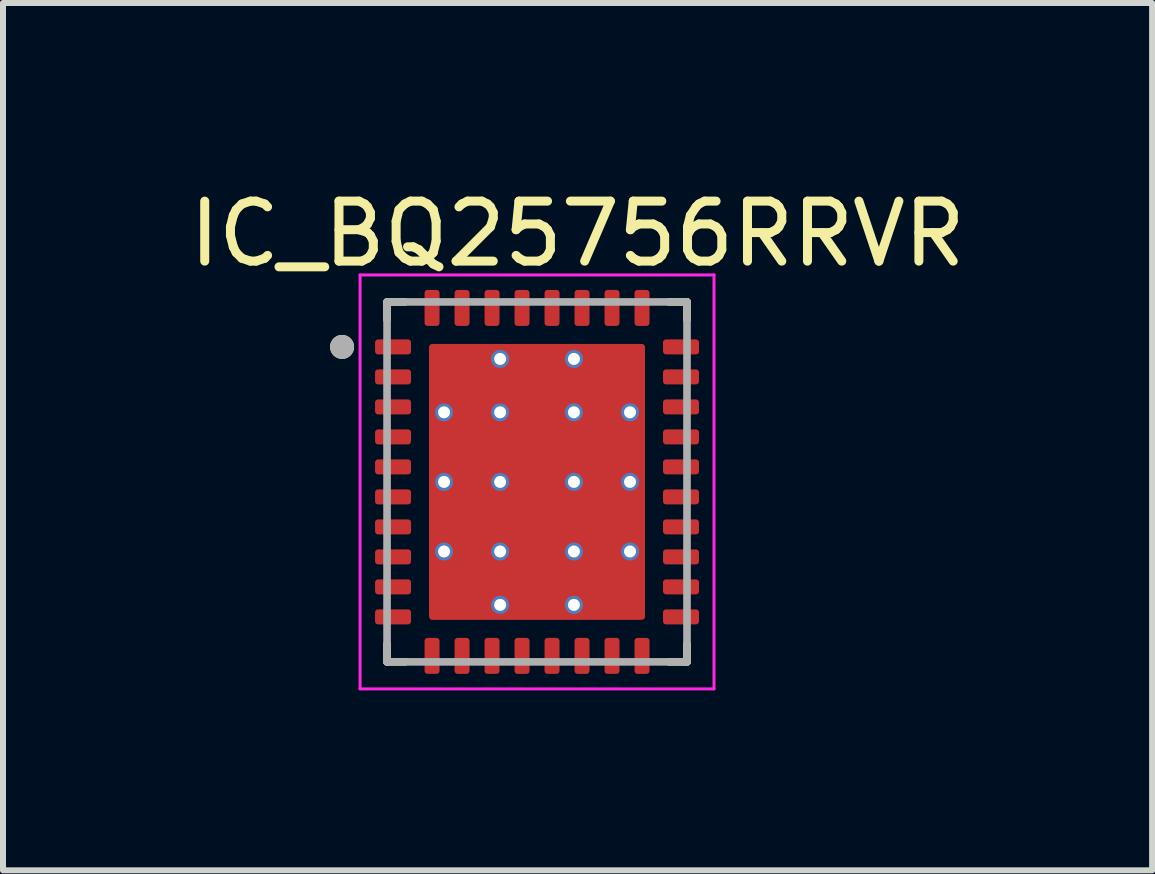
<source format=kicad_pcb>
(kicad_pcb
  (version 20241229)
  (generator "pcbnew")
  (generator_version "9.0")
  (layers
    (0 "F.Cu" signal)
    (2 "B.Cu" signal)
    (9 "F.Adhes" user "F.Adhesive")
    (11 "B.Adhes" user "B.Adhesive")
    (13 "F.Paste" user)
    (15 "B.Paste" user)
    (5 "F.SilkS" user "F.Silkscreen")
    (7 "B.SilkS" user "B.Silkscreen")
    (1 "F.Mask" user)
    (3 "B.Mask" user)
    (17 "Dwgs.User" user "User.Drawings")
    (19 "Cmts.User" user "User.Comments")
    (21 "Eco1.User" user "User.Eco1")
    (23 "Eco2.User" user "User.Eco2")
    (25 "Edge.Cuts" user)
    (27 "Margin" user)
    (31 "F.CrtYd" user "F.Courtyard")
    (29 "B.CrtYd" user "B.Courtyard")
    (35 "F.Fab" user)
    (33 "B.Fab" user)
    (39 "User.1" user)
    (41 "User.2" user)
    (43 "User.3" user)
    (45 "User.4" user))
  (footprint "IC_BQ25756RRVR"
    (layer "F.Cu")
    (at 5.902 4.983)
    (property "Reference" "IC_BQ25756RRVR" (at 0.675 -4.135 0) (layer "F.SilkS") (effects (font (size 1 1) (thickness 0.15))))
    (attr smd)
    (fp_poly (pts (xy -2.65 -2.445) (xy -2.15 -2.445) (xy -2.144 -2.445) (xy -2.137 -2.444) (xy -2.131 -2.444) (xy -2.125 -2.442) (xy -2.119 -2.441) (xy -2.113 -2.439) (xy -2.107 -2.437) (xy -2.101 -2.435) (xy -2.096 -2.432) (xy -2.09 -2.429) (xy -2.085 -2.426) (xy -2.079 -2.422) (xy -2.074 -2.418) (xy -2.07 -2.414) (xy -2.065 -2.41) (xy -2.061 -2.405) (xy -2.057 -2.401) (xy -2.053 -2.396) (xy -2.049 -2.39) (xy -2.046 -2.385) (xy -2.043 -2.379) (xy -2.04 -2.374) (xy -2.038 -2.368) (xy -2.036 -2.362) (xy -2.034 -2.356) (xy -2.033 -2.35) (xy -2.031 -2.344) (xy -2.031 -2.338) (xy -2.03 -2.331) (xy -2.03 -2.325) (xy -2.03 -2.175) (xy -2.03 -2.169) (xy -2.031 -2.162) (xy -2.031 -2.156) (xy -2.033 -2.15) (xy -2.034 -2.144) (xy -2.036 -2.138) (xy -2.038 -2.132) (xy -2.04 -2.126) (xy -2.043 -2.121) (xy -2.046 -2.115) (xy -2.049 -2.11) (xy -2.053 -2.104) (xy -2.057 -2.099) (xy -2.061 -2.095) (xy -2.065 -2.09) (xy -2.07 -2.086) (xy -2.074 -2.082) (xy -2.079 -2.078) (xy -2.085 -2.074) (xy -2.09 -2.071) (xy -2.096 -2.068) (xy -2.101 -2.065) (xy -2.107 -2.063) (xy -2.113 -2.061) (xy -2.119 -2.059) (xy -2.125 -2.058) (xy -2.131 -2.056) (xy -2.137 -2.056) (xy -2.144 -2.055) (xy -2.15 -2.055) (xy -2.65 -2.055) (xy -2.656 -2.055) (xy -2.663 -2.056) (xy -2.669 -2.056) (xy -2.675 -2.058) (xy -2.681 -2.059) (xy -2.687 -2.061) (xy -2.693 -2.063) (xy -2.699 -2.065) (xy -2.704 -2.068) (xy -2.71 -2.071) (xy -2.715 -2.074) (xy -2.721 -2.078) (xy -2.726 -2.082) (xy -2.73 -2.086) (xy -2.735 -2.09) (xy -2.739 -2.095) (xy -2.743 -2.099) (xy -2.747 -2.104) (xy -2.751 -2.11) (xy -2.754 -2.115) (xy -2.757 -2.121) (xy -2.76 -2.126) (xy -2.762 -2.132) (xy -2.764 -2.138) (xy -2.766 -2.144) (xy -2.767 -2.15) (xy -2.769 -2.156) (xy -2.769 -2.162) (xy -2.77 -2.169) (xy -2.77 -2.175) (xy -2.77 -2.325) (xy -2.77 -2.331) (xy -2.769 -2.338) (xy -2.769 -2.344) (xy -2.767 -2.35) (xy -2.766 -2.356) (xy -2.764 -2.362) (xy -2.762 -2.368) (xy -2.76 -2.374) (xy -2.757 -2.379) (xy -2.754 -2.385) (xy -2.751 -2.39) (xy -2.747 -2.396) (xy -2.743 -2.401) (xy -2.739 -2.405) (xy -2.735 -2.41) (xy -2.73 -2.414) (xy -2.726 -2.418) (xy -2.721 -2.422) (xy -2.715 -2.426) (xy -2.71 -2.429) (xy -2.704 -2.432) (xy -2.699 -2.435) (xy -2.693 -2.437) (xy -2.687 -2.439) (xy -2.681 -2.441) (xy -2.675 -2.442) (xy -2.669 -2.444) (xy -2.663 -2.444) (xy -2.656 -2.445) (xy -2.65 -2.445)) (stroke (width 0.01) (type solid)) (fill yes) (layer "F.Mask"))
    (fp_poly (pts (xy -2.65 -1.945) (xy -2.15 -1.945) (xy -2.144 -1.945) (xy -2.137 -1.944) (xy -2.131 -1.944) (xy -2.125 -1.942) (xy -2.119 -1.941) (xy -2.113 -1.939) (xy -2.107 -1.937) (xy -2.101 -1.935) (xy -2.096 -1.932) (xy -2.09 -1.929) (xy -2.085 -1.926) (xy -2.079 -1.922) (xy -2.074 -1.918) (xy -2.07 -1.914) (xy -2.065 -1.91) (xy -2.061 -1.905) (xy -2.057 -1.901) (xy -2.053 -1.896) (xy -2.049 -1.89) (xy -2.046 -1.885) (xy -2.043 -1.879) (xy -2.04 -1.874) (xy -2.038 -1.868) (xy -2.036 -1.862) (xy -2.034 -1.856) (xy -2.033 -1.85) (xy -2.031 -1.844) (xy -2.031 -1.838) (xy -2.03 -1.831) (xy -2.03 -1.825) (xy -2.03 -1.675) (xy -2.03 -1.669) (xy -2.031 -1.662) (xy -2.031 -1.656) (xy -2.033 -1.65) (xy -2.034 -1.644) (xy -2.036 -1.638) (xy -2.038 -1.632) (xy -2.04 -1.626) (xy -2.043 -1.621) (xy -2.046 -1.615) (xy -2.049 -1.61) (xy -2.053 -1.604) (xy -2.057 -1.599) (xy -2.061 -1.595) (xy -2.065 -1.59) (xy -2.07 -1.586) (xy -2.074 -1.582) (xy -2.079 -1.578) (xy -2.085 -1.574) (xy -2.09 -1.571) (xy -2.096 -1.568) (xy -2.101 -1.565) (xy -2.107 -1.563) (xy -2.113 -1.561) (xy -2.119 -1.559) (xy -2.125 -1.558) (xy -2.131 -1.556) (xy -2.137 -1.556) (xy -2.144 -1.555) (xy -2.15 -1.555) (xy -2.65 -1.555) (xy -2.656 -1.555) (xy -2.663 -1.556) (xy -2.669 -1.556) (xy -2.675 -1.558) (xy -2.681 -1.559) (xy -2.687 -1.561) (xy -2.693 -1.563) (xy -2.699 -1.565) (xy -2.704 -1.568) (xy -2.71 -1.571) (xy -2.715 -1.574) (xy -2.721 -1.578) (xy -2.726 -1.582) (xy -2.73 -1.586) (xy -2.735 -1.59) (xy -2.739 -1.595) (xy -2.743 -1.599) (xy -2.747 -1.604) (xy -2.751 -1.61) (xy -2.754 -1.615) (xy -2.757 -1.621) (xy -2.76 -1.626) (xy -2.762 -1.632) (xy -2.764 -1.638) (xy -2.766 -1.644) (xy -2.767 -1.65) (xy -2.769 -1.656) (xy -2.769 -1.662) (xy -2.77 -1.669) (xy -2.77 -1.675) (xy -2.77 -1.825) (xy -2.77 -1.831) (xy -2.769 -1.838) (xy -2.769 -1.844) (xy -2.767 -1.85) (xy -2.766 -1.856) (xy -2.764 -1.862) (xy -2.762 -1.868) (xy -2.76 -1.874) (xy -2.757 -1.879) (xy -2.754 -1.885) (xy -2.751 -1.89) (xy -2.747 -1.896) (xy -2.743 -1.901) (xy -2.739 -1.905) (xy -2.735 -1.91) (xy -2.73 -1.914) (xy -2.726 -1.918) (xy -2.721 -1.922) (xy -2.715 -1.926) (xy -2.71 -1.929) (xy -2.704 -1.932) (xy -2.699 -1.935) (xy -2.693 -1.937) (xy -2.687 -1.939) (xy -2.681 -1.941) (xy -2.675 -1.942) (xy -2.669 -1.944) (xy -2.663 -1.944) (xy -2.656 -1.945) (xy -2.65 -1.945)) (stroke (width 0.01) (type solid)) (fill yes) (layer "F.Mask"))
    (fp_poly (pts (xy -2.65 -1.445) (xy -2.15 -1.445) (xy -2.144 -1.445) (xy -2.137 -1.444) (xy -2.131 -1.444) (xy -2.125 -1.442) (xy -2.119 -1.441) (xy -2.113 -1.439) (xy -2.107 -1.437) (xy -2.101 -1.435) (xy -2.096 -1.432) (xy -2.09 -1.429) (xy -2.085 -1.426) (xy -2.079 -1.422) (xy -2.074 -1.418) (xy -2.07 -1.414) (xy -2.065 -1.41) (xy -2.061 -1.405) (xy -2.057 -1.401) (xy -2.053 -1.396) (xy -2.049 -1.39) (xy -2.046 -1.385) (xy -2.043 -1.379) (xy -2.04 -1.374) (xy -2.038 -1.368) (xy -2.036 -1.362) (xy -2.034 -1.356) (xy -2.033 -1.35) (xy -2.031 -1.344) (xy -2.031 -1.338) (xy -2.03 -1.331) (xy -2.03 -1.325) (xy -2.03 -1.175) (xy -2.03 -1.169) (xy -2.031 -1.162) (xy -2.031 -1.156) (xy -2.033 -1.15) (xy -2.034 -1.144) (xy -2.036 -1.138) (xy -2.038 -1.132) (xy -2.04 -1.126) (xy -2.043 -1.121) (xy -2.046 -1.115) (xy -2.049 -1.11) (xy -2.053 -1.104) (xy -2.057 -1.099) (xy -2.061 -1.095) (xy -2.065 -1.09) (xy -2.07 -1.086) (xy -2.074 -1.082) (xy -2.079 -1.078) (xy -2.085 -1.074) (xy -2.09 -1.071) (xy -2.096 -1.068) (xy -2.101 -1.065) (xy -2.107 -1.063) (xy -2.113 -1.061) (xy -2.119 -1.059) (xy -2.125 -1.058) (xy -2.131 -1.056) (xy -2.137 -1.056) (xy -2.144 -1.055) (xy -2.15 -1.055) (xy -2.65 -1.055) (xy -2.656 -1.055) (xy -2.663 -1.056) (xy -2.669 -1.056) (xy -2.675 -1.058) (xy -2.681 -1.059) (xy -2.687 -1.061) (xy -2.693 -1.063) (xy -2.699 -1.065) (xy -2.704 -1.068) (xy -2.71 -1.071) (xy -2.715 -1.074) (xy -2.721 -1.078) (xy -2.726 -1.082) (xy -2.73 -1.086) (xy -2.735 -1.09) (xy -2.739 -1.095) (xy -2.743 -1.099) (xy -2.747 -1.104) (xy -2.751 -1.11) (xy -2.754 -1.115) (xy -2.757 -1.121) (xy -2.76 -1.126) (xy -2.762 -1.132) (xy -2.764 -1.138) (xy -2.766 -1.144) (xy -2.767 -1.15) (xy -2.769 -1.156) (xy -2.769 -1.162) (xy -2.77 -1.169) (xy -2.77 -1.175) (xy -2.77 -1.325) (xy -2.77 -1.331) (xy -2.769 -1.338) (xy -2.769 -1.344) (xy -2.767 -1.35) (xy -2.766 -1.356) (xy -2.764 -1.362) (xy -2.762 -1.368) (xy -2.76 -1.374) (xy -2.757 -1.379) (xy -2.754 -1.385) (xy -2.751 -1.39) (xy -2.747 -1.396) (xy -2.743 -1.401) (xy -2.739 -1.405) (xy -2.735 -1.41) (xy -2.73 -1.414) (xy -2.726 -1.418) (xy -2.721 -1.422) (xy -2.715 -1.426) (xy -2.71 -1.429) (xy -2.704 -1.432) (xy -2.699 -1.435) (xy -2.693 -1.437) (xy -2.687 -1.439) (xy -2.681 -1.441) (xy -2.675 -1.442) (xy -2.669 -1.444) (xy -2.663 -1.444) (xy -2.656 -1.445) (xy -2.65 -1.445)) (stroke (width 0.01) (type solid)) (fill yes) (layer "F.Mask"))
    (fp_poly (pts (xy -2.65 -0.945) (xy -2.15 -0.945) (xy -2.144 -0.945) (xy -2.137 -0.944) (xy -2.131 -0.944) (xy -2.125 -0.942) (xy -2.119 -0.941) (xy -2.113 -0.939) (xy -2.107 -0.937) (xy -2.101 -0.935) (xy -2.096 -0.932) (xy -2.09 -0.929) (xy -2.085 -0.926) (xy -2.079 -0.922) (xy -2.074 -0.918) (xy -2.07 -0.914) (xy -2.065 -0.91) (xy -2.061 -0.905) (xy -2.057 -0.901) (xy -2.053 -0.896) (xy -2.049 -0.89) (xy -2.046 -0.885) (xy -2.043 -0.879) (xy -2.04 -0.874) (xy -2.038 -0.868) (xy -2.036 -0.862) (xy -2.034 -0.856) (xy -2.033 -0.85) (xy -2.031 -0.844) (xy -2.031 -0.838) (xy -2.03 -0.831) (xy -2.03 -0.825) (xy -2.03 -0.675) (xy -2.03 -0.669) (xy -2.031 -0.662) (xy -2.031 -0.656) (xy -2.033 -0.65) (xy -2.034 -0.644) (xy -2.036 -0.638) (xy -2.038 -0.632) (xy -2.04 -0.626) (xy -2.043 -0.621) (xy -2.046 -0.615) (xy -2.049 -0.61) (xy -2.053 -0.604) (xy -2.057 -0.599) (xy -2.061 -0.595) (xy -2.065 -0.59) (xy -2.07 -0.586) (xy -2.074 -0.582) (xy -2.079 -0.578) (xy -2.085 -0.574) (xy -2.09 -0.571) (xy -2.096 -0.568) (xy -2.101 -0.565) (xy -2.107 -0.563) (xy -2.113 -0.561) (xy -2.119 -0.559) (xy -2.125 -0.558) (xy -2.131 -0.556) (xy -2.137 -0.556) (xy -2.144 -0.555) (xy -2.15 -0.555) (xy -2.65 -0.555) (xy -2.656 -0.555) (xy -2.663 -0.556) (xy -2.669 -0.556) (xy -2.675 -0.558) (xy -2.681 -0.559) (xy -2.687 -0.561) (xy -2.693 -0.563) (xy -2.699 -0.565) (xy -2.704 -0.568) (xy -2.71 -0.571) (xy -2.715 -0.574) (xy -2.721 -0.578) (xy -2.726 -0.582) (xy -2.73 -0.586) (xy -2.735 -0.59) (xy -2.739 -0.595) (xy -2.743 -0.599) (xy -2.747 -0.604) (xy -2.751 -0.61) (xy -2.754 -0.615) (xy -2.757 -0.621) (xy -2.76 -0.626) (xy -2.762 -0.632) (xy -2.764 -0.638) (xy -2.766 -0.644) (xy -2.767 -0.65) (xy -2.769 -0.656) (xy -2.769 -0.662) (xy -2.77 -0.669) (xy -2.77 -0.675) (xy -2.77 -0.825) (xy -2.77 -0.831) (xy -2.769 -0.838) (xy -2.769 -0.844) (xy -2.767 -0.85) (xy -2.766 -0.856) (xy -2.764 -0.862) (xy -2.762 -0.868) (xy -2.76 -0.874) (xy -2.757 -0.879) (xy -2.754 -0.885) (xy -2.751 -0.89) (xy -2.747 -0.896) (xy -2.743 -0.901) (xy -2.739 -0.905) (xy -2.735 -0.91) (xy -2.73 -0.914) (xy -2.726 -0.918) (xy -2.721 -0.922) (xy -2.715 -0.926) (xy -2.71 -0.929) (xy -2.704 -0.932) (xy -2.699 -0.935) (xy -2.693 -0.937) (xy -2.687 -0.939) (xy -2.681 -0.941) (xy -2.675 -0.942) (xy -2.669 -0.944) (xy -2.663 -0.944) (xy -2.656 -0.945) (xy -2.65 -0.945)) (stroke (width 0.01) (type solid)) (fill yes) (layer "F.Mask"))
    (fp_poly (pts (xy -2.65 -0.445) (xy -2.15 -0.445) (xy -2.144 -0.445) (xy -2.137 -0.444) (xy -2.131 -0.444) (xy -2.125 -0.442) (xy -2.119 -0.441) (xy -2.113 -0.439) (xy -2.107 -0.437) (xy -2.101 -0.435) (xy -2.096 -0.432) (xy -2.09 -0.429) (xy -2.085 -0.426) (xy -2.079 -0.422) (xy -2.074 -0.418) (xy -2.07 -0.414) (xy -2.065 -0.41) (xy -2.061 -0.405) (xy -2.057 -0.401) (xy -2.053 -0.396) (xy -2.049 -0.39) (xy -2.046 -0.385) (xy -2.043 -0.379) (xy -2.04 -0.374) (xy -2.038 -0.368) (xy -2.036 -0.362) (xy -2.034 -0.356) (xy -2.033 -0.35) (xy -2.031 -0.344) (xy -2.031 -0.338) (xy -2.03 -0.331) (xy -2.03 -0.325) (xy -2.03 -0.175) (xy -2.03 -0.169) (xy -2.031 -0.162) (xy -2.031 -0.156) (xy -2.033 -0.15) (xy -2.034 -0.144) (xy -2.036 -0.138) (xy -2.038 -0.132) (xy -2.04 -0.126) (xy -2.043 -0.121) (xy -2.046 -0.115) (xy -2.049 -0.11) (xy -2.053 -0.104) (xy -2.057 -0.099) (xy -2.061 -0.095) (xy -2.065 -0.09) (xy -2.07 -0.086) (xy -2.074 -0.082) (xy -2.079 -0.078) (xy -2.085 -0.074) (xy -2.09 -0.071) (xy -2.096 -0.068) (xy -2.101 -0.065) (xy -2.107 -0.063) (xy -2.113 -0.061) (xy -2.119 -0.059) (xy -2.125 -0.058) (xy -2.131 -0.056) (xy -2.137 -0.056) (xy -2.144 -0.055) (xy -2.15 -0.055) (xy -2.65 -0.055) (xy -2.656 -0.055) (xy -2.663 -0.056) (xy -2.669 -0.056) (xy -2.675 -0.058) (xy -2.681 -0.059) (xy -2.687 -0.061) (xy -2.693 -0.063) (xy -2.699 -0.065) (xy -2.704 -0.068) (xy -2.71 -0.071) (xy -2.715 -0.074) (xy -2.721 -0.078) (xy -2.726 -0.082) (xy -2.73 -0.086) (xy -2.735 -0.09) (xy -2.739 -0.095) (xy -2.743 -0.099) (xy -2.747 -0.104) (xy -2.751 -0.11) (xy -2.754 -0.115) (xy -2.757 -0.121) (xy -2.76 -0.126) (xy -2.762 -0.132) (xy -2.764 -0.138) (xy -2.766 -0.144) (xy -2.767 -0.15) (xy -2.769 -0.156) (xy -2.769 -0.162) (xy -2.77 -0.169) (xy -2.77 -0.175) (xy -2.77 -0.325) (xy -2.77 -0.331) (xy -2.769 -0.338) (xy -2.769 -0.344) (xy -2.767 -0.35) (xy -2.766 -0.356) (xy -2.764 -0.362) (xy -2.762 -0.368) (xy -2.76 -0.374) (xy -2.757 -0.379) (xy -2.754 -0.385) (xy -2.751 -0.39) (xy -2.747 -0.396) (xy -2.743 -0.401) (xy -2.739 -0.405) (xy -2.735 -0.41) (xy -2.73 -0.414) (xy -2.726 -0.418) (xy -2.721 -0.422) (xy -2.715 -0.426) (xy -2.71 -0.429) (xy -2.704 -0.432) (xy -2.699 -0.435) (xy -2.693 -0.437) (xy -2.687 -0.439) (xy -2.681 -0.441) (xy -2.675 -0.442) (xy -2.669 -0.444) (xy -2.663 -0.444) (xy -2.656 -0.445) (xy -2.65 -0.445)) (stroke (width 0.01) (type solid)) (fill yes) (layer "F.Mask"))
    (fp_poly (pts (xy -2.65 0.055) (xy -2.15 0.055) (xy -2.144 0.055) (xy -2.137 0.056) (xy -2.131 0.056) (xy -2.125 0.058) (xy -2.119 0.059) (xy -2.113 0.061) (xy -2.107 0.063) (xy -2.101 0.065) (xy -2.096 0.068) (xy -2.09 0.071) (xy -2.085 0.074) (xy -2.079 0.078) (xy -2.074 0.082) (xy -2.07 0.086) (xy -2.065 0.09) (xy -2.061 0.095) (xy -2.057 0.099) (xy -2.053 0.104) (xy -2.049 0.11) (xy -2.046 0.115) (xy -2.043 0.121) (xy -2.04 0.126) (xy -2.038 0.132) (xy -2.036 0.138) (xy -2.034 0.144) (xy -2.033 0.15) (xy -2.031 0.156) (xy -2.031 0.162) (xy -2.03 0.169) (xy -2.03 0.175) (xy -2.03 0.325) (xy -2.03 0.331) (xy -2.031 0.338) (xy -2.031 0.344) (xy -2.033 0.35) (xy -2.034 0.356) (xy -2.036 0.362) (xy -2.038 0.368) (xy -2.04 0.374) (xy -2.043 0.379) (xy -2.046 0.385) (xy -2.049 0.39) (xy -2.053 0.396) (xy -2.057 0.401) (xy -2.061 0.405) (xy -2.065 0.41) (xy -2.07 0.414) (xy -2.074 0.418) (xy -2.079 0.422) (xy -2.085 0.426) (xy -2.09 0.429) (xy -2.096 0.432) (xy -2.101 0.435) (xy -2.107 0.437) (xy -2.113 0.439) (xy -2.119 0.441) (xy -2.125 0.442) (xy -2.131 0.444) (xy -2.137 0.444) (xy -2.144 0.445) (xy -2.15 0.445) (xy -2.65 0.445) (xy -2.656 0.445) (xy -2.663 0.444) (xy -2.669 0.444) (xy -2.675 0.442) (xy -2.681 0.441) (xy -2.687 0.439) (xy -2.693 0.437) (xy -2.699 0.435) (xy -2.704 0.432) (xy -2.71 0.429) (xy -2.715 0.426) (xy -2.721 0.422) (xy -2.726 0.418) (xy -2.73 0.414) (xy -2.735 0.41) (xy -2.739 0.405) (xy -2.743 0.401) (xy -2.747 0.396) (xy -2.751 0.39) (xy -2.754 0.385) (xy -2.757 0.379) (xy -2.76 0.374) (xy -2.762 0.368) (xy -2.764 0.362) (xy -2.766 0.356) (xy -2.767 0.35) (xy -2.769 0.344) (xy -2.769 0.338) (xy -2.77 0.331) (xy -2.77 0.325) (xy -2.77 0.175) (xy -2.77 0.169) (xy -2.769 0.162) (xy -2.769 0.156) (xy -2.767 0.15) (xy -2.766 0.144) (xy -2.764 0.138) (xy -2.762 0.132) (xy -2.76 0.126) (xy -2.757 0.121) (xy -2.754 0.115) (xy -2.751 0.11) (xy -2.747 0.104) (xy -2.743 0.099) (xy -2.739 0.095) (xy -2.735 0.09) (xy -2.73 0.086) (xy -2.726 0.082) (xy -2.721 0.078) (xy -2.715 0.074) (xy -2.71 0.071) (xy -2.704 0.068) (xy -2.699 0.065) (xy -2.693 0.063) (xy -2.687 0.061) (xy -2.681 0.059) (xy -2.675 0.058) (xy -2.669 0.056) (xy -2.663 0.056) (xy -2.656 0.055) (xy -2.65 0.055)) (stroke (width 0.01) (type solid)) (fill yes) (layer "F.Mask"))
    (fp_poly (pts (xy -2.65 0.555) (xy -2.15 0.555) (xy -2.144 0.555) (xy -2.137 0.556) (xy -2.131 0.556) (xy -2.125 0.558) (xy -2.119 0.559) (xy -2.113 0.561) (xy -2.107 0.563) (xy -2.101 0.565) (xy -2.096 0.568) (xy -2.09 0.571) (xy -2.085 0.574) (xy -2.079 0.578) (xy -2.074 0.582) (xy -2.07 0.586) (xy -2.065 0.59) (xy -2.061 0.595) (xy -2.057 0.599) (xy -2.053 0.604) (xy -2.049 0.61) (xy -2.046 0.615) (xy -2.043 0.621) (xy -2.04 0.626) (xy -2.038 0.632) (xy -2.036 0.638) (xy -2.034 0.644) (xy -2.033 0.65) (xy -2.031 0.656) (xy -2.031 0.662) (xy -2.03 0.669) (xy -2.03 0.675) (xy -2.03 0.825) (xy -2.03 0.831) (xy -2.031 0.838) (xy -2.031 0.844) (xy -2.033 0.85) (xy -2.034 0.856) (xy -2.036 0.862) (xy -2.038 0.868) (xy -2.04 0.874) (xy -2.043 0.879) (xy -2.046 0.885) (xy -2.049 0.89) (xy -2.053 0.896) (xy -2.057 0.901) (xy -2.061 0.905) (xy -2.065 0.91) (xy -2.07 0.914) (xy -2.074 0.918) (xy -2.079 0.922) (xy -2.085 0.926) (xy -2.09 0.929) (xy -2.096 0.932) (xy -2.101 0.935) (xy -2.107 0.937) (xy -2.113 0.939) (xy -2.119 0.941) (xy -2.125 0.942) (xy -2.131 0.944) (xy -2.137 0.944) (xy -2.144 0.945) (xy -2.15 0.945) (xy -2.65 0.945) (xy -2.656 0.945) (xy -2.663 0.944) (xy -2.669 0.944) (xy -2.675 0.942) (xy -2.681 0.941) (xy -2.687 0.939) (xy -2.693 0.937) (xy -2.699 0.935) (xy -2.704 0.932) (xy -2.71 0.929) (xy -2.715 0.926) (xy -2.721 0.922) (xy -2.726 0.918) (xy -2.73 0.914) (xy -2.735 0.91) (xy -2.739 0.905) (xy -2.743 0.901) (xy -2.747 0.896) (xy -2.751 0.89) (xy -2.754 0.885) (xy -2.757 0.879) (xy -2.76 0.874) (xy -2.762 0.868) (xy -2.764 0.862) (xy -2.766 0.856) (xy -2.767 0.85) (xy -2.769 0.844) (xy -2.769 0.838) (xy -2.77 0.831) (xy -2.77 0.825) (xy -2.77 0.675) (xy -2.77 0.669) (xy -2.769 0.662) (xy -2.769 0.656) (xy -2.767 0.65) (xy -2.766 0.644) (xy -2.764 0.638) (xy -2.762 0.632) (xy -2.76 0.626) (xy -2.757 0.621) (xy -2.754 0.615) (xy -2.751 0.61) (xy -2.747 0.604) (xy -2.743 0.599) (xy -2.739 0.595) (xy -2.735 0.59) (xy -2.73 0.586) (xy -2.726 0.582) (xy -2.721 0.578) (xy -2.715 0.574) (xy -2.71 0.571) (xy -2.704 0.568) (xy -2.699 0.565) (xy -2.693 0.563) (xy -2.687 0.561) (xy -2.681 0.559) (xy -2.675 0.558) (xy -2.669 0.556) (xy -2.663 0.556) (xy -2.656 0.555) (xy -2.65 0.555)) (stroke (width 0.01) (type solid)) (fill yes) (layer "F.Mask"))
    (fp_poly (pts (xy -2.65 1.055) (xy -2.15 1.055) (xy -2.144 1.055) (xy -2.137 1.056) (xy -2.131 1.056) (xy -2.125 1.058) (xy -2.119 1.059) (xy -2.113 1.061) (xy -2.107 1.063) (xy -2.101 1.065) (xy -2.096 1.068) (xy -2.09 1.071) (xy -2.085 1.074) (xy -2.079 1.078) (xy -2.074 1.082) (xy -2.07 1.086) (xy -2.065 1.09) (xy -2.061 1.095) (xy -2.057 1.099) (xy -2.053 1.104) (xy -2.049 1.11) (xy -2.046 1.115) (xy -2.043 1.121) (xy -2.04 1.126) (xy -2.038 1.132) (xy -2.036 1.138) (xy -2.034 1.144) (xy -2.033 1.15) (xy -2.031 1.156) (xy -2.031 1.162) (xy -2.03 1.169) (xy -2.03 1.175) (xy -2.03 1.325) (xy -2.03 1.331) (xy -2.031 1.338) (xy -2.031 1.344) (xy -2.033 1.35) (xy -2.034 1.356) (xy -2.036 1.362) (xy -2.038 1.368) (xy -2.04 1.374) (xy -2.043 1.379) (xy -2.046 1.385) (xy -2.049 1.39) (xy -2.053 1.396) (xy -2.057 1.401) (xy -2.061 1.405) (xy -2.065 1.41) (xy -2.07 1.414) (xy -2.074 1.418) (xy -2.079 1.422) (xy -2.085 1.426) (xy -2.09 1.429) (xy -2.096 1.432) (xy -2.101 1.435) (xy -2.107 1.437) (xy -2.113 1.439) (xy -2.119 1.441) (xy -2.125 1.442) (xy -2.131 1.444) (xy -2.137 1.444) (xy -2.144 1.445) (xy -2.15 1.445) (xy -2.65 1.445) (xy -2.656 1.445) (xy -2.663 1.444) (xy -2.669 1.444) (xy -2.675 1.442) (xy -2.681 1.441) (xy -2.687 1.439) (xy -2.693 1.437) (xy -2.699 1.435) (xy -2.704 1.432) (xy -2.71 1.429) (xy -2.715 1.426) (xy -2.721 1.422) (xy -2.726 1.418) (xy -2.73 1.414) (xy -2.735 1.41) (xy -2.739 1.405) (xy -2.743 1.401) (xy -2.747 1.396) (xy -2.751 1.39) (xy -2.754 1.385) (xy -2.757 1.379) (xy -2.76 1.374) (xy -2.762 1.368) (xy -2.764 1.362) (xy -2.766 1.356) (xy -2.767 1.35) (xy -2.769 1.344) (xy -2.769 1.338) (xy -2.77 1.331) (xy -2.77 1.325) (xy -2.77 1.175) (xy -2.77 1.169) (xy -2.769 1.162) (xy -2.769 1.156) (xy -2.767 1.15) (xy -2.766 1.144) (xy -2.764 1.138) (xy -2.762 1.132) (xy -2.76 1.126) (xy -2.757 1.121) (xy -2.754 1.115) (xy -2.751 1.11) (xy -2.747 1.104) (xy -2.743 1.099) (xy -2.739 1.095) (xy -2.735 1.09) (xy -2.73 1.086) (xy -2.726 1.082) (xy -2.721 1.078) (xy -2.715 1.074) (xy -2.71 1.071) (xy -2.704 1.068) (xy -2.699 1.065) (xy -2.693 1.063) (xy -2.687 1.061) (xy -2.681 1.059) (xy -2.675 1.058) (xy -2.669 1.056) (xy -2.663 1.056) (xy -2.656 1.055) (xy -2.65 1.055)) (stroke (width 0.01) (type solid)) (fill yes) (layer "F.Mask"))
    (fp_poly (pts (xy -2.65 1.555) (xy -2.15 1.555) (xy -2.144 1.555) (xy -2.137 1.556) (xy -2.131 1.556) (xy -2.125 1.558) (xy -2.119 1.559) (xy -2.113 1.561) (xy -2.107 1.563) (xy -2.101 1.565) (xy -2.096 1.568) (xy -2.09 1.571) (xy -2.085 1.574) (xy -2.079 1.578) (xy -2.074 1.582) (xy -2.07 1.586) (xy -2.065 1.59) (xy -2.061 1.595) (xy -2.057 1.599) (xy -2.053 1.604) (xy -2.049 1.61) (xy -2.046 1.615) (xy -2.043 1.621) (xy -2.04 1.626) (xy -2.038 1.632) (xy -2.036 1.638) (xy -2.034 1.644) (xy -2.033 1.65) (xy -2.031 1.656) (xy -2.031 1.662) (xy -2.03 1.669) (xy -2.03 1.675) (xy -2.03 1.825) (xy -2.03 1.831) (xy -2.031 1.838) (xy -2.031 1.844) (xy -2.033 1.85) (xy -2.034 1.856) (xy -2.036 1.862) (xy -2.038 1.868) (xy -2.04 1.874) (xy -2.043 1.879) (xy -2.046 1.885) (xy -2.049 1.89) (xy -2.053 1.896) (xy -2.057 1.901) (xy -2.061 1.905) (xy -2.065 1.91) (xy -2.07 1.914) (xy -2.074 1.918) (xy -2.079 1.922) (xy -2.085 1.926) (xy -2.09 1.929) (xy -2.096 1.932) (xy -2.101 1.935) (xy -2.107 1.937) (xy -2.113 1.939) (xy -2.119 1.941) (xy -2.125 1.942) (xy -2.131 1.944) (xy -2.137 1.944) (xy -2.144 1.945) (xy -2.15 1.945) (xy -2.65 1.945) (xy -2.656 1.945) (xy -2.663 1.944) (xy -2.669 1.944) (xy -2.675 1.942) (xy -2.681 1.941) (xy -2.687 1.939) (xy -2.693 1.937) (xy -2.699 1.935) (xy -2.704 1.932) (xy -2.71 1.929) (xy -2.715 1.926) (xy -2.721 1.922) (xy -2.726 1.918) (xy -2.73 1.914) (xy -2.735 1.91) (xy -2.739 1.905) (xy -2.743 1.901) (xy -2.747 1.896) (xy -2.751 1.89) (xy -2.754 1.885) (xy -2.757 1.879) (xy -2.76 1.874) (xy -2.762 1.868) (xy -2.764 1.862) (xy -2.766 1.856) (xy -2.767 1.85) (xy -2.769 1.844) (xy -2.769 1.838) (xy -2.77 1.831) (xy -2.77 1.825) (xy -2.77 1.675) (xy -2.77 1.669) (xy -2.769 1.662) (xy -2.769 1.656) (xy -2.767 1.65) (xy -2.766 1.644) (xy -2.764 1.638) (xy -2.762 1.632) (xy -2.76 1.626) (xy -2.757 1.621) (xy -2.754 1.615) (xy -2.751 1.61) (xy -2.747 1.604) (xy -2.743 1.599) (xy -2.739 1.595) (xy -2.735 1.59) (xy -2.73 1.586) (xy -2.726 1.582) (xy -2.721 1.578) (xy -2.715 1.574) (xy -2.71 1.571) (xy -2.704 1.568) (xy -2.699 1.565) (xy -2.693 1.563) (xy -2.687 1.561) (xy -2.681 1.559) (xy -2.675 1.558) (xy -2.669 1.556) (xy -2.663 1.556) (xy -2.656 1.555) (xy -2.65 1.555)) (stroke (width 0.01) (type solid)) (fill yes) (layer "F.Mask"))
    (fp_poly (pts (xy -2.65 2.055) (xy -2.15 2.055) (xy -2.144 2.055) (xy -2.137 2.056) (xy -2.131 2.056) (xy -2.125 2.058) (xy -2.119 2.059) (xy -2.113 2.061) (xy -2.107 2.063) (xy -2.101 2.065) (xy -2.096 2.068) (xy -2.09 2.071) (xy -2.085 2.074) (xy -2.079 2.078) (xy -2.074 2.082) (xy -2.07 2.086) (xy -2.065 2.09) (xy -2.061 2.095) (xy -2.057 2.099) (xy -2.053 2.104) (xy -2.049 2.11) (xy -2.046 2.115) (xy -2.043 2.121) (xy -2.04 2.126) (xy -2.038 2.132) (xy -2.036 2.138) (xy -2.034 2.144) (xy -2.033 2.15) (xy -2.031 2.156) (xy -2.031 2.162) (xy -2.03 2.169) (xy -2.03 2.175) (xy -2.03 2.325) (xy -2.03 2.331) (xy -2.031 2.338) (xy -2.031 2.344) (xy -2.033 2.35) (xy -2.034 2.356) (xy -2.036 2.362) (xy -2.038 2.368) (xy -2.04 2.374) (xy -2.043 2.379) (xy -2.046 2.385) (xy -2.049 2.39) (xy -2.053 2.396) (xy -2.057 2.401) (xy -2.061 2.405) (xy -2.065 2.41) (xy -2.07 2.414) (xy -2.074 2.418) (xy -2.079 2.422) (xy -2.085 2.426) (xy -2.09 2.429) (xy -2.096 2.432) (xy -2.101 2.435) (xy -2.107 2.437) (xy -2.113 2.439) (xy -2.119 2.441) (xy -2.125 2.442) (xy -2.131 2.444) (xy -2.137 2.444) (xy -2.144 2.445) (xy -2.15 2.445) (xy -2.65 2.445) (xy -2.656 2.445) (xy -2.663 2.444) (xy -2.669 2.444) (xy -2.675 2.442) (xy -2.681 2.441) (xy -2.687 2.439) (xy -2.693 2.437) (xy -2.699 2.435) (xy -2.704 2.432) (xy -2.71 2.429) (xy -2.715 2.426) (xy -2.721 2.422) (xy -2.726 2.418) (xy -2.73 2.414) (xy -2.735 2.41) (xy -2.739 2.405) (xy -2.743 2.401) (xy -2.747 2.396) (xy -2.751 2.39) (xy -2.754 2.385) (xy -2.757 2.379) (xy -2.76 2.374) (xy -2.762 2.368) (xy -2.764 2.362) (xy -2.766 2.356) (xy -2.767 2.35) (xy -2.769 2.344) (xy -2.769 2.338) (xy -2.77 2.331) (xy -2.77 2.325) (xy -2.77 2.175) (xy -2.77 2.169) (xy -2.769 2.162) (xy -2.769 2.156) (xy -2.767 2.15) (xy -2.766 2.144) (xy -2.764 2.138) (xy -2.762 2.132) (xy -2.76 2.126) (xy -2.757 2.121) (xy -2.754 2.115) (xy -2.751 2.11) (xy -2.747 2.104) (xy -2.743 2.099) (xy -2.739 2.095) (xy -2.735 2.09) (xy -2.73 2.086) (xy -2.726 2.082) (xy -2.721 2.078) (xy -2.715 2.074) (xy -2.71 2.071) (xy -2.704 2.068) (xy -2.699 2.065) (xy -2.693 2.063) (xy -2.687 2.061) (xy -2.681 2.059) (xy -2.675 2.058) (xy -2.669 2.056) (xy -2.663 2.056) (xy -2.656 2.055) (xy -2.65 2.055)) (stroke (width 0.01) (type solid)) (fill yes) (layer "F.Mask"))
    (fp_poly (pts (xy -1.945 3.15) (xy -1.945 2.65) (xy -1.945 2.644) (xy -1.944 2.637) (xy -1.944 2.631) (xy -1.942 2.625) (xy -1.941 2.619) (xy -1.939 2.613) (xy -1.937 2.607) (xy -1.935 2.601) (xy -1.932 2.596) (xy -1.929 2.59) (xy -1.926 2.585) (xy -1.922 2.579) (xy -1.918 2.574) (xy -1.914 2.57) (xy -1.91 2.565) (xy -1.905 2.561) (xy -1.901 2.557) (xy -1.896 2.553) (xy -1.89 2.549) (xy -1.885 2.546) (xy -1.879 2.543) (xy -1.874 2.54) (xy -1.868 2.538) (xy -1.862 2.536) (xy -1.856 2.534) (xy -1.85 2.533) (xy -1.844 2.531) (xy -1.838 2.531) (xy -1.831 2.53) (xy -1.825 2.53) (xy -1.675 2.53) (xy -1.669 2.53) (xy -1.662 2.531) (xy -1.656 2.531) (xy -1.65 2.533) (xy -1.644 2.534) (xy -1.638 2.536) (xy -1.632 2.538) (xy -1.626 2.54) (xy -1.621 2.543) (xy -1.615 2.546) (xy -1.61 2.549) (xy -1.604 2.553) (xy -1.599 2.557) (xy -1.595 2.561) (xy -1.59 2.565) (xy -1.586 2.57) (xy -1.582 2.574) (xy -1.578 2.579) (xy -1.574 2.585) (xy -1.571 2.59) (xy -1.568 2.596) (xy -1.565 2.601) (xy -1.563 2.607) (xy -1.561 2.613) (xy -1.559 2.619) (xy -1.558 2.625) (xy -1.556 2.631) (xy -1.556 2.637) (xy -1.555 2.644) (xy -1.555 2.65) (xy -1.555 3.15) (xy -1.555 3.156) (xy -1.556 3.163) (xy -1.556 3.169) (xy -1.558 3.175) (xy -1.559 3.181) (xy -1.561 3.187) (xy -1.563 3.193) (xy -1.565 3.199) (xy -1.568 3.204) (xy -1.571 3.21) (xy -1.574 3.215) (xy -1.578 3.221) (xy -1.582 3.226) (xy -1.586 3.23) (xy -1.59 3.235) (xy -1.595 3.239) (xy -1.599 3.243) (xy -1.604 3.247) (xy -1.61 3.251) (xy -1.615 3.254) (xy -1.621 3.257) (xy -1.626 3.26) (xy -1.632 3.262) (xy -1.638 3.264) (xy -1.644 3.266) (xy -1.65 3.267) (xy -1.656 3.269) (xy -1.662 3.269) (xy -1.669 3.27) (xy -1.675 3.27) (xy -1.825 3.27) (xy -1.831 3.27) (xy -1.838 3.269) (xy -1.844 3.269) (xy -1.85 3.267) (xy -1.856 3.266) (xy -1.862 3.264) (xy -1.868 3.262) (xy -1.874 3.26) (xy -1.879 3.257) (xy -1.885 3.254) (xy -1.89 3.251) (xy -1.896 3.247) (xy -1.901 3.243) (xy -1.905 3.239) (xy -1.91 3.235) (xy -1.914 3.23) (xy -1.918 3.226) (xy -1.922 3.221) (xy -1.926 3.215) (xy -1.929 3.21) (xy -1.932 3.204) (xy -1.935 3.199) (xy -1.937 3.193) (xy -1.939 3.187) (xy -1.941 3.181) (xy -1.942 3.175) (xy -1.944 3.169) (xy -1.944 3.163) (xy -1.945 3.156) (xy -1.945 3.15)) (stroke (width 0.01) (type solid)) (fill yes) (layer "F.Mask"))
    (fp_poly (pts (xy -1.555 -3.15) (xy -1.555 -2.65) (xy -1.555 -2.644) (xy -1.556 -2.637) (xy -1.556 -2.631) (xy -1.558 -2.625) (xy -1.559 -2.619) (xy -1.561 -2.613) (xy -1.563 -2.607) (xy -1.565 -2.601) (xy -1.568 -2.596) (xy -1.571 -2.59) (xy -1.574 -2.585) (xy -1.578 -2.579) (xy -1.582 -2.574) (xy -1.586 -2.57) (xy -1.59 -2.565) (xy -1.595 -2.561) (xy -1.599 -2.557) (xy -1.604 -2.553) (xy -1.61 -2.549) (xy -1.615 -2.546) (xy -1.621 -2.543) (xy -1.626 -2.54) (xy -1.632 -2.538) (xy -1.638 -2.536) (xy -1.644 -2.534) (xy -1.65 -2.533) (xy -1.656 -2.531) (xy -1.662 -2.531) (xy -1.669 -2.53) (xy -1.675 -2.53) (xy -1.825 -2.53) (xy -1.831 -2.53) (xy -1.838 -2.531) (xy -1.844 -2.531) (xy -1.85 -2.533) (xy -1.856 -2.534) (xy -1.862 -2.536) (xy -1.868 -2.538) (xy -1.874 -2.54) (xy -1.879 -2.543) (xy -1.885 -2.546) (xy -1.89 -2.549) (xy -1.896 -2.553) (xy -1.901 -2.557) (xy -1.905 -2.561) (xy -1.91 -2.565) (xy -1.914 -2.57) (xy -1.918 -2.574) (xy -1.922 -2.579) (xy -1.926 -2.585) (xy -1.929 -2.59) (xy -1.932 -2.596) (xy -1.935 -2.601) (xy -1.937 -2.607) (xy -1.939 -2.613) (xy -1.941 -2.619) (xy -1.942 -2.625) (xy -1.944 -2.631) (xy -1.944 -2.637) (xy -1.945 -2.644) (xy -1.945 -2.65) (xy -1.945 -3.15) (xy -1.945 -3.156) (xy -1.944 -3.163) (xy -1.944 -3.169) (xy -1.942 -3.175) (xy -1.941 -3.181) (xy -1.939 -3.187) (xy -1.937 -3.193) (xy -1.935 -3.199) (xy -1.932 -3.204) (xy -1.929 -3.21) (xy -1.926 -3.215) (xy -1.922 -3.221) (xy -1.918 -3.226) (xy -1.914 -3.23) (xy -1.91 -3.235) (xy -1.905 -3.239) (xy -1.901 -3.243) (xy -1.896 -3.247) (xy -1.89 -3.251) (xy -1.885 -3.254) (xy -1.879 -3.257) (xy -1.874 -3.26) (xy -1.868 -3.262) (xy -1.862 -3.264) (xy -1.856 -3.266) (xy -1.85 -3.267) (xy -1.844 -3.269) (xy -1.838 -3.269) (xy -1.831 -3.27) (xy -1.825 -3.27) (xy -1.675 -3.27) (xy -1.669 -3.27) (xy -1.662 -3.269) (xy -1.656 -3.269) (xy -1.65 -3.267) (xy -1.644 -3.266) (xy -1.638 -3.264) (xy -1.632 -3.262) (xy -1.626 -3.26) (xy -1.621 -3.257) (xy -1.615 -3.254) (xy -1.61 -3.251) (xy -1.604 -3.247) (xy -1.599 -3.243) (xy -1.595 -3.239) (xy -1.59 -3.235) (xy -1.586 -3.23) (xy -1.582 -3.226) (xy -1.578 -3.221) (xy -1.574 -3.215) (xy -1.571 -3.21) (xy -1.568 -3.204) (xy -1.565 -3.199) (xy -1.563 -3.193) (xy -1.561 -3.187) (xy -1.559 -3.181) (xy -1.558 -3.175) (xy -1.556 -3.169) (xy -1.556 -3.163) (xy -1.555 -3.156) (xy -1.555 -3.15)) (stroke (width 0.01) (type solid)) (fill yes) (layer "F.Mask"))
    (fp_poly (pts (xy -1.445 3.15) (xy -1.445 2.65) (xy -1.445 2.644) (xy -1.444 2.637) (xy -1.444 2.631) (xy -1.442 2.625) (xy -1.441 2.619) (xy -1.439 2.613) (xy -1.437 2.607) (xy -1.435 2.601) (xy -1.432 2.596) (xy -1.429 2.59) (xy -1.426 2.585) (xy -1.422 2.579) (xy -1.418 2.574) (xy -1.414 2.57) (xy -1.41 2.565) (xy -1.405 2.561) (xy -1.401 2.557) (xy -1.396 2.553) (xy -1.39 2.549) (xy -1.385 2.546) (xy -1.379 2.543) (xy -1.374 2.54) (xy -1.368 2.538) (xy -1.362 2.536) (xy -1.356 2.534) (xy -1.35 2.533) (xy -1.344 2.531) (xy -1.338 2.531) (xy -1.331 2.53) (xy -1.325 2.53) (xy -1.175 2.53) (xy -1.169 2.53) (xy -1.162 2.531) (xy -1.156 2.531) (xy -1.15 2.533) (xy -1.144 2.534) (xy -1.138 2.536) (xy -1.132 2.538) (xy -1.126 2.54) (xy -1.121 2.543) (xy -1.115 2.546) (xy -1.11 2.549) (xy -1.104 2.553) (xy -1.099 2.557) (xy -1.095 2.561) (xy -1.09 2.565) (xy -1.086 2.57) (xy -1.082 2.574) (xy -1.078 2.579) (xy -1.074 2.585) (xy -1.071 2.59) (xy -1.068 2.596) (xy -1.065 2.601) (xy -1.063 2.607) (xy -1.061 2.613) (xy -1.059 2.619) (xy -1.058 2.625) (xy -1.056 2.631) (xy -1.056 2.637) (xy -1.055 2.644) (xy -1.055 2.65) (xy -1.055 3.15) (xy -1.055 3.156) (xy -1.056 3.163) (xy -1.056 3.169) (xy -1.058 3.175) (xy -1.059 3.181) (xy -1.061 3.187) (xy -1.063 3.193) (xy -1.065 3.199) (xy -1.068 3.204) (xy -1.071 3.21) (xy -1.074 3.215) (xy -1.078 3.221) (xy -1.082 3.226) (xy -1.086 3.23) (xy -1.09 3.235) (xy -1.095 3.239) (xy -1.099 3.243) (xy -1.104 3.247) (xy -1.11 3.251) (xy -1.115 3.254) (xy -1.121 3.257) (xy -1.126 3.26) (xy -1.132 3.262) (xy -1.138 3.264) (xy -1.144 3.266) (xy -1.15 3.267) (xy -1.156 3.269) (xy -1.162 3.269) (xy -1.169 3.27) (xy -1.175 3.27) (xy -1.325 3.27) (xy -1.331 3.27) (xy -1.338 3.269) (xy -1.344 3.269) (xy -1.35 3.267) (xy -1.356 3.266) (xy -1.362 3.264) (xy -1.368 3.262) (xy -1.374 3.26) (xy -1.379 3.257) (xy -1.385 3.254) (xy -1.39 3.251) (xy -1.396 3.247) (xy -1.401 3.243) (xy -1.405 3.239) (xy -1.41 3.235) (xy -1.414 3.23) (xy -1.418 3.226) (xy -1.422 3.221) (xy -1.426 3.215) (xy -1.429 3.21) (xy -1.432 3.204) (xy -1.435 3.199) (xy -1.437 3.193) (xy -1.439 3.187) (xy -1.441 3.181) (xy -1.442 3.175) (xy -1.444 3.169) (xy -1.444 3.163) (xy -1.445 3.156) (xy -1.445 3.15)) (stroke (width 0.01) (type solid)) (fill yes) (layer "F.Mask"))
    (fp_poly (pts (xy -1.055 -3.15) (xy -1.055 -2.65) (xy -1.055 -2.644) (xy -1.056 -2.637) (xy -1.056 -2.631) (xy -1.058 -2.625) (xy -1.059 -2.619) (xy -1.061 -2.613) (xy -1.063 -2.607) (xy -1.065 -2.601) (xy -1.068 -2.596) (xy -1.071 -2.59) (xy -1.074 -2.585) (xy -1.078 -2.579) (xy -1.082 -2.574) (xy -1.086 -2.57) (xy -1.09 -2.565) (xy -1.095 -2.561) (xy -1.099 -2.557) (xy -1.104 -2.553) (xy -1.11 -2.549) (xy -1.115 -2.546) (xy -1.121 -2.543) (xy -1.126 -2.54) (xy -1.132 -2.538) (xy -1.138 -2.536) (xy -1.144 -2.534) (xy -1.15 -2.533) (xy -1.156 -2.531) (xy -1.162 -2.531) (xy -1.169 -2.53) (xy -1.175 -2.53) (xy -1.325 -2.53) (xy -1.331 -2.53) (xy -1.338 -2.531) (xy -1.344 -2.531) (xy -1.35 -2.533) (xy -1.356 -2.534) (xy -1.362 -2.536) (xy -1.368 -2.538) (xy -1.374 -2.54) (xy -1.379 -2.543) (xy -1.385 -2.546) (xy -1.39 -2.549) (xy -1.396 -2.553) (xy -1.401 -2.557) (xy -1.405 -2.561) (xy -1.41 -2.565) (xy -1.414 -2.57) (xy -1.418 -2.574) (xy -1.422 -2.579) (xy -1.426 -2.585) (xy -1.429 -2.59) (xy -1.432 -2.596) (xy -1.435 -2.601) (xy -1.437 -2.607) (xy -1.439 -2.613) (xy -1.441 -2.619) (xy -1.442 -2.625) (xy -1.444 -2.631) (xy -1.444 -2.637) (xy -1.445 -2.644) (xy -1.445 -2.65) (xy -1.445 -3.15) (xy -1.445 -3.156) (xy -1.444 -3.163) (xy -1.444 -3.169) (xy -1.442 -3.175) (xy -1.441 -3.181) (xy -1.439 -3.187) (xy -1.437 -3.193) (xy -1.435 -3.199) (xy -1.432 -3.204) (xy -1.429 -3.21) (xy -1.426 -3.215) (xy -1.422 -3.221) (xy -1.418 -3.226) (xy -1.414 -3.23) (xy -1.41 -3.235) (xy -1.405 -3.239) (xy -1.401 -3.243) (xy -1.396 -3.247) (xy -1.39 -3.251) (xy -1.385 -3.254) (xy -1.379 -3.257) (xy -1.374 -3.26) (xy -1.368 -3.262) (xy -1.362 -3.264) (xy -1.356 -3.266) (xy -1.35 -3.267) (xy -1.344 -3.269) (xy -1.338 -3.269) (xy -1.331 -3.27) (xy -1.325 -3.27) (xy -1.175 -3.27) (xy -1.169 -3.27) (xy -1.162 -3.269) (xy -1.156 -3.269) (xy -1.15 -3.267) (xy -1.144 -3.266) (xy -1.138 -3.264) (xy -1.132 -3.262) (xy -1.126 -3.26) (xy -1.121 -3.257) (xy -1.115 -3.254) (xy -1.11 -3.251) (xy -1.104 -3.247) (xy -1.099 -3.243) (xy -1.095 -3.239) (xy -1.09 -3.235) (xy -1.086 -3.23) (xy -1.082 -3.226) (xy -1.078 -3.221) (xy -1.074 -3.215) (xy -1.071 -3.21) (xy -1.068 -3.204) (xy -1.065 -3.199) (xy -1.063 -3.193) (xy -1.061 -3.187) (xy -1.059 -3.181) (xy -1.058 -3.175) (xy -1.056 -3.169) (xy -1.056 -3.163) (xy -1.055 -3.156) (xy -1.055 -3.15)) (stroke (width 0.01) (type solid)) (fill yes) (layer "F.Mask"))
    (fp_poly (pts (xy -0.945 3.15) (xy -0.945 2.65) (xy -0.945 2.644) (xy -0.944 2.637) (xy -0.944 2.631) (xy -0.942 2.625) (xy -0.941 2.619) (xy -0.939 2.613) (xy -0.937 2.607) (xy -0.935 2.601) (xy -0.932 2.596) (xy -0.929 2.59) (xy -0.926 2.585) (xy -0.922 2.579) (xy -0.918 2.574) (xy -0.914 2.57) (xy -0.91 2.565) (xy -0.905 2.561) (xy -0.901 2.557) (xy -0.896 2.553) (xy -0.89 2.549) (xy -0.885 2.546) (xy -0.879 2.543) (xy -0.874 2.54) (xy -0.868 2.538) (xy -0.862 2.536) (xy -0.856 2.534) (xy -0.85 2.533) (xy -0.844 2.531) (xy -0.838 2.531) (xy -0.831 2.53) (xy -0.825 2.53) (xy -0.675 2.53) (xy -0.669 2.53) (xy -0.662 2.531) (xy -0.656 2.531) (xy -0.65 2.533) (xy -0.644 2.534) (xy -0.638 2.536) (xy -0.632 2.538) (xy -0.626 2.54) (xy -0.621 2.543) (xy -0.615 2.546) (xy -0.61 2.549) (xy -0.604 2.553) (xy -0.599 2.557) (xy -0.595 2.561) (xy -0.59 2.565) (xy -0.586 2.57) (xy -0.582 2.574) (xy -0.578 2.579) (xy -0.574 2.585) (xy -0.571 2.59) (xy -0.568 2.596) (xy -0.565 2.601) (xy -0.563 2.607) (xy -0.561 2.613) (xy -0.559 2.619) (xy -0.558 2.625) (xy -0.556 2.631) (xy -0.556 2.637) (xy -0.555 2.644) (xy -0.555 2.65) (xy -0.555 3.15) (xy -0.555 3.156) (xy -0.556 3.163) (xy -0.556 3.169) (xy -0.558 3.175) (xy -0.559 3.181) (xy -0.561 3.187) (xy -0.563 3.193) (xy -0.565 3.199) (xy -0.568 3.204) (xy -0.571 3.21) (xy -0.574 3.215) (xy -0.578 3.221) (xy -0.582 3.226) (xy -0.586 3.23) (xy -0.59 3.235) (xy -0.595 3.239) (xy -0.599 3.243) (xy -0.604 3.247) (xy -0.61 3.251) (xy -0.615 3.254) (xy -0.621 3.257) (xy -0.626 3.26) (xy -0.632 3.262) (xy -0.638 3.264) (xy -0.644 3.266) (xy -0.65 3.267) (xy -0.656 3.269) (xy -0.662 3.269) (xy -0.669 3.27) (xy -0.675 3.27) (xy -0.825 3.27) (xy -0.831 3.27) (xy -0.838 3.269) (xy -0.844 3.269) (xy -0.85 3.267) (xy -0.856 3.266) (xy -0.862 3.264) (xy -0.868 3.262) (xy -0.874 3.26) (xy -0.879 3.257) (xy -0.885 3.254) (xy -0.89 3.251) (xy -0.896 3.247) (xy -0.901 3.243) (xy -0.905 3.239) (xy -0.91 3.235) (xy -0.914 3.23) (xy -0.918 3.226) (xy -0.922 3.221) (xy -0.926 3.215) (xy -0.929 3.21) (xy -0.932 3.204) (xy -0.935 3.199) (xy -0.937 3.193) (xy -0.939 3.187) (xy -0.941 3.181) (xy -0.942 3.175) (xy -0.944 3.169) (xy -0.944 3.163) (xy -0.945 3.156) (xy -0.945 3.15)) (stroke (width 0.01) (type solid)) (fill yes) (layer "F.Mask"))
    (fp_poly (pts (xy -0.555 -3.15) (xy -0.555 -2.65) (xy -0.555 -2.644) (xy -0.556 -2.637) (xy -0.556 -2.631) (xy -0.558 -2.625) (xy -0.559 -2.619) (xy -0.561 -2.613) (xy -0.563 -2.607) (xy -0.565 -2.601) (xy -0.568 -2.596) (xy -0.571 -2.59) (xy -0.574 -2.585) (xy -0.578 -2.579) (xy -0.582 -2.574) (xy -0.586 -2.57) (xy -0.59 -2.565) (xy -0.595 -2.561) (xy -0.599 -2.557) (xy -0.604 -2.553) (xy -0.61 -2.549) (xy -0.615 -2.546) (xy -0.621 -2.543) (xy -0.626 -2.54) (xy -0.632 -2.538) (xy -0.638 -2.536) (xy -0.644 -2.534) (xy -0.65 -2.533) (xy -0.656 -2.531) (xy -0.662 -2.531) (xy -0.669 -2.53) (xy -0.675 -2.53) (xy -0.825 -2.53) (xy -0.831 -2.53) (xy -0.838 -2.531) (xy -0.844 -2.531) (xy -0.85 -2.533) (xy -0.856 -2.534) (xy -0.862 -2.536) (xy -0.868 -2.538) (xy -0.874 -2.54) (xy -0.879 -2.543) (xy -0.885 -2.546) (xy -0.89 -2.549) (xy -0.896 -2.553) (xy -0.901 -2.557) (xy -0.905 -2.561) (xy -0.91 -2.565) (xy -0.914 -2.57) (xy -0.918 -2.574) (xy -0.922 -2.579) (xy -0.926 -2.585) (xy -0.929 -2.59) (xy -0.932 -2.596) (xy -0.935 -2.601) (xy -0.937 -2.607) (xy -0.939 -2.613) (xy -0.941 -2.619) (xy -0.942 -2.625) (xy -0.944 -2.631) (xy -0.944 -2.637) (xy -0.945 -2.644) (xy -0.945 -2.65) (xy -0.945 -3.15) (xy -0.945 -3.156) (xy -0.944 -3.163) (xy -0.944 -3.169) (xy -0.942 -3.175) (xy -0.941 -3.181) (xy -0.939 -3.187) (xy -0.937 -3.193) (xy -0.935 -3.199) (xy -0.932 -3.204) (xy -0.929 -3.21) (xy -0.926 -3.215) (xy -0.922 -3.221) (xy -0.918 -3.226) (xy -0.914 -3.23) (xy -0.91 -3.235) (xy -0.905 -3.239) (xy -0.901 -3.243) (xy -0.896 -3.247) (xy -0.89 -3.251) (xy -0.885 -3.254) (xy -0.879 -3.257) (xy -0.874 -3.26) (xy -0.868 -3.262) (xy -0.862 -3.264) (xy -0.856 -3.266) (xy -0.85 -3.267) (xy -0.844 -3.269) (xy -0.838 -3.269) (xy -0.831 -3.27) (xy -0.825 -3.27) (xy -0.675 -3.27) (xy -0.669 -3.27) (xy -0.662 -3.269) (xy -0.656 -3.269) (xy -0.65 -3.267) (xy -0.644 -3.266) (xy -0.638 -3.264) (xy -0.632 -3.262) (xy -0.626 -3.26) (xy -0.621 -3.257) (xy -0.615 -3.254) (xy -0.61 -3.251) (xy -0.604 -3.247) (xy -0.599 -3.243) (xy -0.595 -3.239) (xy -0.59 -3.235) (xy -0.586 -3.23) (xy -0.582 -3.226) (xy -0.578 -3.221) (xy -0.574 -3.215) (xy -0.571 -3.21) (xy -0.568 -3.204) (xy -0.565 -3.199) (xy -0.563 -3.193) (xy -0.561 -3.187) (xy -0.559 -3.181) (xy -0.558 -3.175) (xy -0.556 -3.169) (xy -0.556 -3.163) (xy -0.555 -3.156) (xy -0.555 -3.15)) (stroke (width 0.01) (type solid)) (fill yes) (layer "F.Mask"))
    (fp_poly (pts (xy -0.445 3.15) (xy -0.445 2.65) (xy -0.445 2.644) (xy -0.444 2.637) (xy -0.444 2.631) (xy -0.442 2.625) (xy -0.441 2.619) (xy -0.439 2.613) (xy -0.437 2.607) (xy -0.435 2.601) (xy -0.432 2.596) (xy -0.429 2.59) (xy -0.426 2.585) (xy -0.422 2.579) (xy -0.418 2.574) (xy -0.414 2.57) (xy -0.41 2.565) (xy -0.405 2.561) (xy -0.401 2.557) (xy -0.396 2.553) (xy -0.39 2.549) (xy -0.385 2.546) (xy -0.379 2.543) (xy -0.374 2.54) (xy -0.368 2.538) (xy -0.362 2.536) (xy -0.356 2.534) (xy -0.35 2.533) (xy -0.344 2.531) (xy -0.338 2.531) (xy -0.331 2.53) (xy -0.325 2.53) (xy -0.175 2.53) (xy -0.169 2.53) (xy -0.162 2.531) (xy -0.156 2.531) (xy -0.15 2.533) (xy -0.144 2.534) (xy -0.138 2.536) (xy -0.132 2.538) (xy -0.126 2.54) (xy -0.121 2.543) (xy -0.115 2.546) (xy -0.11 2.549) (xy -0.104 2.553) (xy -0.099 2.557) (xy -0.095 2.561) (xy -0.09 2.565) (xy -0.086 2.57) (xy -0.082 2.574) (xy -0.078 2.579) (xy -0.074 2.585) (xy -0.071 2.59) (xy -0.068 2.596) (xy -0.065 2.601) (xy -0.063 2.607) (xy -0.061 2.613) (xy -0.059 2.619) (xy -0.058 2.625) (xy -0.056 2.631) (xy -0.056 2.637) (xy -0.055 2.644) (xy -0.055 2.65) (xy -0.055 3.15) (xy -0.055 3.156) (xy -0.056 3.163) (xy -0.056 3.169) (xy -0.058 3.175) (xy -0.059 3.181) (xy -0.061 3.187) (xy -0.063 3.193) (xy -0.065 3.199) (xy -0.068 3.204) (xy -0.071 3.21) (xy -0.074 3.215) (xy -0.078 3.221) (xy -0.082 3.226) (xy -0.086 3.23) (xy -0.09 3.235) (xy -0.095 3.239) (xy -0.099 3.243) (xy -0.104 3.247) (xy -0.11 3.251) (xy -0.115 3.254) (xy -0.121 3.257) (xy -0.126 3.26) (xy -0.132 3.262) (xy -0.138 3.264) (xy -0.144 3.266) (xy -0.15 3.267) (xy -0.156 3.269) (xy -0.162 3.269) (xy -0.169 3.27) (xy -0.175 3.27) (xy -0.325 3.27) (xy -0.331 3.27) (xy -0.338 3.269) (xy -0.344 3.269) (xy -0.35 3.267) (xy -0.356 3.266) (xy -0.362 3.264) (xy -0.368 3.262) (xy -0.374 3.26) (xy -0.379 3.257) (xy -0.385 3.254) (xy -0.39 3.251) (xy -0.396 3.247) (xy -0.401 3.243) (xy -0.405 3.239) (xy -0.41 3.235) (xy -0.414 3.23) (xy -0.418 3.226) (xy -0.422 3.221) (xy -0.426 3.215) (xy -0.429 3.21) (xy -0.432 3.204) (xy -0.435 3.199) (xy -0.437 3.193) (xy -0.439 3.187) (xy -0.441 3.181) (xy -0.442 3.175) (xy -0.444 3.169) (xy -0.444 3.163) (xy -0.445 3.156) (xy -0.445 3.15)) (stroke (width 0.01) (type solid)) (fill yes) (layer "F.Mask"))
    (fp_poly (pts (xy -0.055 -3.15) (xy -0.055 -2.65) (xy -0.055 -2.644) (xy -0.056 -2.637) (xy -0.056 -2.631) (xy -0.058 -2.625) (xy -0.059 -2.619) (xy -0.061 -2.613) (xy -0.063 -2.607) (xy -0.065 -2.601) (xy -0.068 -2.596) (xy -0.071 -2.59) (xy -0.074 -2.585) (xy -0.078 -2.579) (xy -0.082 -2.574) (xy -0.086 -2.57) (xy -0.09 -2.565) (xy -0.095 -2.561) (xy -0.099 -2.557) (xy -0.104 -2.553) (xy -0.11 -2.549) (xy -0.115 -2.546) (xy -0.121 -2.543) (xy -0.126 -2.54) (xy -0.132 -2.538) (xy -0.138 -2.536) (xy -0.144 -2.534) (xy -0.15 -2.533) (xy -0.156 -2.531) (xy -0.162 -2.531) (xy -0.169 -2.53) (xy -0.175 -2.53) (xy -0.325 -2.53) (xy -0.331 -2.53) (xy -0.338 -2.531) (xy -0.344 -2.531) (xy -0.35 -2.533) (xy -0.356 -2.534) (xy -0.362 -2.536) (xy -0.368 -2.538) (xy -0.374 -2.54) (xy -0.379 -2.543) (xy -0.385 -2.546) (xy -0.39 -2.549) (xy -0.396 -2.553) (xy -0.401 -2.557) (xy -0.405 -2.561) (xy -0.41 -2.565) (xy -0.414 -2.57) (xy -0.418 -2.574) (xy -0.422 -2.579) (xy -0.426 -2.585) (xy -0.429 -2.59) (xy -0.432 -2.596) (xy -0.435 -2.601) (xy -0.437 -2.607) (xy -0.439 -2.613) (xy -0.441 -2.619) (xy -0.442 -2.625) (xy -0.444 -2.631) (xy -0.444 -2.637) (xy -0.445 -2.644) (xy -0.445 -2.65) (xy -0.445 -3.15) (xy -0.445 -3.156) (xy -0.444 -3.163) (xy -0.444 -3.169) (xy -0.442 -3.175) (xy -0.441 -3.181) (xy -0.439 -3.187) (xy -0.437 -3.193) (xy -0.435 -3.199) (xy -0.432 -3.204) (xy -0.429 -3.21) (xy -0.426 -3.215) (xy -0.422 -3.221) (xy -0.418 -3.226) (xy -0.414 -3.23) (xy -0.41 -3.235) (xy -0.405 -3.239) (xy -0.401 -3.243) (xy -0.396 -3.247) (xy -0.39 -3.251) (xy -0.385 -3.254) (xy -0.379 -3.257) (xy -0.374 -3.26) (xy -0.368 -3.262) (xy -0.362 -3.264) (xy -0.356 -3.266) (xy -0.35 -3.267) (xy -0.344 -3.269) (xy -0.338 -3.269) (xy -0.331 -3.27) (xy -0.325 -3.27) (xy -0.175 -3.27) (xy -0.169 -3.27) (xy -0.162 -3.269) (xy -0.156 -3.269) (xy -0.15 -3.267) (xy -0.144 -3.266) (xy -0.138 -3.264) (xy -0.132 -3.262) (xy -0.126 -3.26) (xy -0.121 -3.257) (xy -0.115 -3.254) (xy -0.11 -3.251) (xy -0.104 -3.247) (xy -0.099 -3.243) (xy -0.095 -3.239) (xy -0.09 -3.235) (xy -0.086 -3.23) (xy -0.082 -3.226) (xy -0.078 -3.221) (xy -0.074 -3.215) (xy -0.071 -3.21) (xy -0.068 -3.204) (xy -0.065 -3.199) (xy -0.063 -3.193) (xy -0.061 -3.187) (xy -0.059 -3.181) (xy -0.058 -3.175) (xy -0.056 -3.169) (xy -0.056 -3.163) (xy -0.055 -3.156) (xy -0.055 -3.15)) (stroke (width 0.01) (type solid)) (fill yes) (layer "F.Mask"))
    (fp_poly (pts (xy 0.055 3.15) (xy 0.055 2.65) (xy 0.055 2.644) (xy 0.056 2.637) (xy 0.056 2.631) (xy 0.058 2.625) (xy 0.059 2.619) (xy 0.061 2.613) (xy 0.063 2.607) (xy 0.065 2.601) (xy 0.068 2.596) (xy 0.071 2.59) (xy 0.074 2.585) (xy 0.078 2.579) (xy 0.082 2.574) (xy 0.086 2.57) (xy 0.09 2.565) (xy 0.095 2.561) (xy 0.099 2.557) (xy 0.104 2.553) (xy 0.11 2.549) (xy 0.115 2.546) (xy 0.121 2.543) (xy 0.126 2.54) (xy 0.132 2.538) (xy 0.138 2.536) (xy 0.144 2.534) (xy 0.15 2.533) (xy 0.156 2.531) (xy 0.162 2.531) (xy 0.169 2.53) (xy 0.175 2.53) (xy 0.325 2.53) (xy 0.331 2.53) (xy 0.338 2.531) (xy 0.344 2.531) (xy 0.35 2.533) (xy 0.356 2.534) (xy 0.362 2.536) (xy 0.368 2.538) (xy 0.374 2.54) (xy 0.379 2.543) (xy 0.385 2.546) (xy 0.39 2.549) (xy 0.396 2.553) (xy 0.401 2.557) (xy 0.405 2.561) (xy 0.41 2.565) (xy 0.414 2.57) (xy 0.418 2.574) (xy 0.422 2.579) (xy 0.426 2.585) (xy 0.429 2.59) (xy 0.432 2.596) (xy 0.435 2.601) (xy 0.437 2.607) (xy 0.439 2.613) (xy 0.441 2.619) (xy 0.442 2.625) (xy 0.444 2.631) (xy 0.444 2.637) (xy 0.445 2.644) (xy 0.445 2.65) (xy 0.445 3.15) (xy 0.445 3.156) (xy 0.444 3.163) (xy 0.444 3.169) (xy 0.442 3.175) (xy 0.441 3.181) (xy 0.439 3.187) (xy 0.437 3.193) (xy 0.435 3.199) (xy 0.432 3.204) (xy 0.429 3.21) (xy 0.426 3.215) (xy 0.422 3.221) (xy 0.418 3.226) (xy 0.414 3.23) (xy 0.41 3.235) (xy 0.405 3.239) (xy 0.401 3.243) (xy 0.396 3.247) (xy 0.39 3.251) (xy 0.385 3.254) (xy 0.379 3.257) (xy 0.374 3.26) (xy 0.368 3.262) (xy 0.362 3.264) (xy 0.356 3.266) (xy 0.35 3.267) (xy 0.344 3.269) (xy 0.338 3.269) (xy 0.331 3.27) (xy 0.325 3.27) (xy 0.175 3.27) (xy 0.169 3.27) (xy 0.162 3.269) (xy 0.156 3.269) (xy 0.15 3.267) (xy 0.144 3.266) (xy 0.138 3.264) (xy 0.132 3.262) (xy 0.126 3.26) (xy 0.121 3.257) (xy 0.115 3.254) (xy 0.11 3.251) (xy 0.104 3.247) (xy 0.099 3.243) (xy 0.095 3.239) (xy 0.09 3.235) (xy 0.086 3.23) (xy 0.082 3.226) (xy 0.078 3.221) (xy 0.074 3.215) (xy 0.071 3.21) (xy 0.068 3.204) (xy 0.065 3.199) (xy 0.063 3.193) (xy 0.061 3.187) (xy 0.059 3.181) (xy 0.058 3.175) (xy 0.056 3.169) (xy 0.056 3.163) (xy 0.055 3.156) (xy 0.055 3.15)) (stroke (width 0.01) (type solid)) (fill yes) (layer "F.Mask"))
    (fp_poly (pts (xy 0.445 -3.15) (xy 0.445 -2.65) (xy 0.445 -2.644) (xy 0.444 -2.637) (xy 0.444 -2.631) (xy 0.442 -2.625) (xy 0.441 -2.619) (xy 0.439 -2.613) (xy 0.437 -2.607) (xy 0.435 -2.601) (xy 0.432 -2.596) (xy 0.429 -2.59) (xy 0.426 -2.585) (xy 0.422 -2.579) (xy 0.418 -2.574) (xy 0.414 -2.57) (xy 0.41 -2.565) (xy 0.405 -2.561) (xy 0.401 -2.557) (xy 0.396 -2.553) (xy 0.39 -2.549) (xy 0.385 -2.546) (xy 0.379 -2.543) (xy 0.374 -2.54) (xy 0.368 -2.538) (xy 0.362 -2.536) (xy 0.356 -2.534) (xy 0.35 -2.533) (xy 0.344 -2.531) (xy 0.338 -2.531) (xy 0.331 -2.53) (xy 0.325 -2.53) (xy 0.175 -2.53) (xy 0.169 -2.53) (xy 0.162 -2.531) (xy 0.156 -2.531) (xy 0.15 -2.533) (xy 0.144 -2.534) (xy 0.138 -2.536) (xy 0.132 -2.538) (xy 0.126 -2.54) (xy 0.121 -2.543) (xy 0.115 -2.546) (xy 0.11 -2.549) (xy 0.104 -2.553) (xy 0.099 -2.557) (xy 0.095 -2.561) (xy 0.09 -2.565) (xy 0.086 -2.57) (xy 0.082 -2.574) (xy 0.078 -2.579) (xy 0.074 -2.585) (xy 0.071 -2.59) (xy 0.068 -2.596) (xy 0.065 -2.601) (xy 0.063 -2.607) (xy 0.061 -2.613) (xy 0.059 -2.619) (xy 0.058 -2.625) (xy 0.056 -2.631) (xy 0.056 -2.637) (xy 0.055 -2.644) (xy 0.055 -2.65) (xy 0.055 -3.15) (xy 0.055 -3.156) (xy 0.056 -3.163) (xy 0.056 -3.169) (xy 0.058 -3.175) (xy 0.059 -3.181) (xy 0.061 -3.187) (xy 0.063 -3.193) (xy 0.065 -3.199) (xy 0.068 -3.204) (xy 0.071 -3.21) (xy 0.074 -3.215) (xy 0.078 -3.221) (xy 0.082 -3.226) (xy 0.086 -3.23) (xy 0.09 -3.235) (xy 0.095 -3.239) (xy 0.099 -3.243) (xy 0.104 -3.247) (xy 0.11 -3.251) (xy 0.115 -3.254) (xy 0.121 -3.257) (xy 0.126 -3.26) (xy 0.132 -3.262) (xy 0.138 -3.264) (xy 0.144 -3.266) (xy 0.15 -3.267) (xy 0.156 -3.269) (xy 0.162 -3.269) (xy 0.169 -3.27) (xy 0.175 -3.27) (xy 0.325 -3.27) (xy 0.331 -3.27) (xy 0.338 -3.269) (xy 0.344 -3.269) (xy 0.35 -3.267) (xy 0.356 -3.266) (xy 0.362 -3.264) (xy 0.368 -3.262) (xy 0.374 -3.26) (xy 0.379 -3.257) (xy 0.385 -3.254) (xy 0.39 -3.251) (xy 0.396 -3.247) (xy 0.401 -3.243) (xy 0.405 -3.239) (xy 0.41 -3.235) (xy 0.414 -3.23) (xy 0.418 -3.226) (xy 0.422 -3.221) (xy 0.426 -3.215) (xy 0.429 -3.21) (xy 0.432 -3.204) (xy 0.435 -3.199) (xy 0.437 -3.193) (xy 0.439 -3.187) (xy 0.441 -3.181) (xy 0.442 -3.175) (xy 0.444 -3.169) (xy 0.444 -3.163) (xy 0.445 -3.156) (xy 0.445 -3.15)) (stroke (width 0.01) (type solid)) (fill yes) (layer "F.Mask"))
    (fp_poly (pts (xy 0.555 3.15) (xy 0.555 2.65) (xy 0.555 2.644) (xy 0.556 2.637) (xy 0.556 2.631) (xy 0.558 2.625) (xy 0.559 2.619) (xy 0.561 2.613) (xy 0.563 2.607) (xy 0.565 2.601) (xy 0.568 2.596) (xy 0.571 2.59) (xy 0.574 2.585) (xy 0.578 2.579) (xy 0.582 2.574) (xy 0.586 2.57) (xy 0.59 2.565) (xy 0.595 2.561) (xy 0.599 2.557) (xy 0.604 2.553) (xy 0.61 2.549) (xy 0.615 2.546) (xy 0.621 2.543) (xy 0.626 2.54) (xy 0.632 2.538) (xy 0.638 2.536) (xy 0.644 2.534) (xy 0.65 2.533) (xy 0.656 2.531) (xy 0.662 2.531) (xy 0.669 2.53) (xy 0.675 2.53) (xy 0.825 2.53) (xy 0.831 2.53) (xy 0.838 2.531) (xy 0.844 2.531) (xy 0.85 2.533) (xy 0.856 2.534) (xy 0.862 2.536) (xy 0.868 2.538) (xy 0.874 2.54) (xy 0.879 2.543) (xy 0.885 2.546) (xy 0.89 2.549) (xy 0.896 2.553) (xy 0.901 2.557) (xy 0.905 2.561) (xy 0.91 2.565) (xy 0.914 2.57) (xy 0.918 2.574) (xy 0.922 2.579) (xy 0.926 2.585) (xy 0.929 2.59) (xy 0.932 2.596) (xy 0.935 2.601) (xy 0.937 2.607) (xy 0.939 2.613) (xy 0.941 2.619) (xy 0.942 2.625) (xy 0.944 2.631) (xy 0.944 2.637) (xy 0.945 2.644) (xy 0.945 2.65) (xy 0.945 3.15) (xy 0.945 3.156) (xy 0.944 3.163) (xy 0.944 3.169) (xy 0.942 3.175) (xy 0.941 3.181) (xy 0.939 3.187) (xy 0.937 3.193) (xy 0.935 3.199) (xy 0.932 3.204) (xy 0.929 3.21) (xy 0.926 3.215) (xy 0.922 3.221) (xy 0.918 3.226) (xy 0.914 3.23) (xy 0.91 3.235) (xy 0.905 3.239) (xy 0.901 3.243) (xy 0.896 3.247) (xy 0.89 3.251) (xy 0.885 3.254) (xy 0.879 3.257) (xy 0.874 3.26) (xy 0.868 3.262) (xy 0.862 3.264) (xy 0.856 3.266) (xy 0.85 3.267) (xy 0.844 3.269) (xy 0.838 3.269) (xy 0.831 3.27) (xy 0.825 3.27) (xy 0.675 3.27) (xy 0.669 3.27) (xy 0.662 3.269) (xy 0.656 3.269) (xy 0.65 3.267) (xy 0.644 3.266) (xy 0.638 3.264) (xy 0.632 3.262) (xy 0.626 3.26) (xy 0.621 3.257) (xy 0.615 3.254) (xy 0.61 3.251) (xy 0.604 3.247) (xy 0.599 3.243) (xy 0.595 3.239) (xy 0.59 3.235) (xy 0.586 3.23) (xy 0.582 3.226) (xy 0.578 3.221) (xy 0.574 3.215) (xy 0.571 3.21) (xy 0.568 3.204) (xy 0.565 3.199) (xy 0.563 3.193) (xy 0.561 3.187) (xy 0.559 3.181) (xy 0.558 3.175) (xy 0.556 3.169) (xy 0.556 3.163) (xy 0.555 3.156) (xy 0.555 3.15)) (stroke (width 0.01) (type solid)) (fill yes) (layer "F.Mask"))
    (fp_poly (pts (xy 0.945 -3.15) (xy 0.945 -2.65) (xy 0.945 -2.644) (xy 0.944 -2.637) (xy 0.944 -2.631) (xy 0.942 -2.625) (xy 0.941 -2.619) (xy 0.939 -2.613) (xy 0.937 -2.607) (xy 0.935 -2.601) (xy 0.932 -2.596) (xy 0.929 -2.59) (xy 0.926 -2.585) (xy 0.922 -2.579) (xy 0.918 -2.574) (xy 0.914 -2.57) (xy 0.91 -2.565) (xy 0.905 -2.561) (xy 0.901 -2.557) (xy 0.896 -2.553) (xy 0.89 -2.549) (xy 0.885 -2.546) (xy 0.879 -2.543) (xy 0.874 -2.54) (xy 0.868 -2.538) (xy 0.862 -2.536) (xy 0.856 -2.534) (xy 0.85 -2.533) (xy 0.844 -2.531) (xy 0.838 -2.531) (xy 0.831 -2.53) (xy 0.825 -2.53) (xy 0.675 -2.53) (xy 0.669 -2.53) (xy 0.662 -2.531) (xy 0.656 -2.531) (xy 0.65 -2.533) (xy 0.644 -2.534) (xy 0.638 -2.536) (xy 0.632 -2.538) (xy 0.626 -2.54) (xy 0.621 -2.543) (xy 0.615 -2.546) (xy 0.61 -2.549) (xy 0.604 -2.553) (xy 0.599 -2.557) (xy 0.595 -2.561) (xy 0.59 -2.565) (xy 0.586 -2.57) (xy 0.582 -2.574) (xy 0.578 -2.579) (xy 0.574 -2.585) (xy 0.571 -2.59) (xy 0.568 -2.596) (xy 0.565 -2.601) (xy 0.563 -2.607) (xy 0.561 -2.613) (xy 0.559 -2.619) (xy 0.558 -2.625) (xy 0.556 -2.631) (xy 0.556 -2.637) (xy 0.555 -2.644) (xy 0.555 -2.65) (xy 0.555 -3.15) (xy 0.555 -3.156) (xy 0.556 -3.163) (xy 0.556 -3.169) (xy 0.558 -3.175) (xy 0.559 -3.181) (xy 0.561 -3.187) (xy 0.563 -3.193) (xy 0.565 -3.199) (xy 0.568 -3.204) (xy 0.571 -3.21) (xy 0.574 -3.215) (xy 0.578 -3.221) (xy 0.582 -3.226) (xy 0.586 -3.23) (xy 0.59 -3.235) (xy 0.595 -3.239) (xy 0.599 -3.243) (xy 0.604 -3.247) (xy 0.61 -3.251) (xy 0.615 -3.254) (xy 0.621 -3.257) (xy 0.626 -3.26) (xy 0.632 -3.262) (xy 0.638 -3.264) (xy 0.644 -3.266) (xy 0.65 -3.267) (xy 0.656 -3.269) (xy 0.662 -3.269) (xy 0.669 -3.27) (xy 0.675 -3.27) (xy 0.825 -3.27) (xy 0.831 -3.27) (xy 0.838 -3.269) (xy 0.844 -3.269) (xy 0.85 -3.267) (xy 0.856 -3.266) (xy 0.862 -3.264) (xy 0.868 -3.262) (xy 0.874 -3.26) (xy 0.879 -3.257) (xy 0.885 -3.254) (xy 0.89 -3.251) (xy 0.896 -3.247) (xy 0.901 -3.243) (xy 0.905 -3.239) (xy 0.91 -3.235) (xy 0.914 -3.23) (xy 0.918 -3.226) (xy 0.922 -3.221) (xy 0.926 -3.215) (xy 0.929 -3.21) (xy 0.932 -3.204) (xy 0.935 -3.199) (xy 0.937 -3.193) (xy 0.939 -3.187) (xy 0.941 -3.181) (xy 0.942 -3.175) (xy 0.944 -3.169) (xy 0.944 -3.163) (xy 0.945 -3.156) (xy 0.945 -3.15)) (stroke (width 0.01) (type solid)) (fill yes) (layer "F.Mask"))
    (fp_poly (pts (xy 1.055 3.15) (xy 1.055 2.65) (xy 1.055 2.644) (xy 1.056 2.637) (xy 1.056 2.631) (xy 1.058 2.625) (xy 1.059 2.619) (xy 1.061 2.613) (xy 1.063 2.607) (xy 1.065 2.601) (xy 1.068 2.596) (xy 1.071 2.59) (xy 1.074 2.585) (xy 1.078 2.579) (xy 1.082 2.574) (xy 1.086 2.57) (xy 1.09 2.565) (xy 1.095 2.561) (xy 1.099 2.557) (xy 1.104 2.553) (xy 1.11 2.549) (xy 1.115 2.546) (xy 1.121 2.543) (xy 1.126 2.54) (xy 1.132 2.538) (xy 1.138 2.536) (xy 1.144 2.534) (xy 1.15 2.533) (xy 1.156 2.531) (xy 1.162 2.531) (xy 1.169 2.53) (xy 1.175 2.53) (xy 1.325 2.53) (xy 1.331 2.53) (xy 1.338 2.531) (xy 1.344 2.531) (xy 1.35 2.533) (xy 1.356 2.534) (xy 1.362 2.536) (xy 1.368 2.538) (xy 1.374 2.54) (xy 1.379 2.543) (xy 1.385 2.546) (xy 1.39 2.549) (xy 1.396 2.553) (xy 1.401 2.557) (xy 1.405 2.561) (xy 1.41 2.565) (xy 1.414 2.57) (xy 1.418 2.574) (xy 1.422 2.579) (xy 1.426 2.585) (xy 1.429 2.59) (xy 1.432 2.596) (xy 1.435 2.601) (xy 1.437 2.607) (xy 1.439 2.613) (xy 1.441 2.619) (xy 1.442 2.625) (xy 1.444 2.631) (xy 1.444 2.637) (xy 1.445 2.644) (xy 1.445 2.65) (xy 1.445 3.15) (xy 1.445 3.156) (xy 1.444 3.163) (xy 1.444 3.169) (xy 1.442 3.175) (xy 1.441 3.181) (xy 1.439 3.187) (xy 1.437 3.193) (xy 1.435 3.199) (xy 1.432 3.204) (xy 1.429 3.21) (xy 1.426 3.215) (xy 1.422 3.221) (xy 1.418 3.226) (xy 1.414 3.23) (xy 1.41 3.235) (xy 1.405 3.239) (xy 1.401 3.243) (xy 1.396 3.247) (xy 1.39 3.251) (xy 1.385 3.254) (xy 1.379 3.257) (xy 1.374 3.26) (xy 1.368 3.262) (xy 1.362 3.264) (xy 1.356 3.266) (xy 1.35 3.267) (xy 1.344 3.269) (xy 1.338 3.269) (xy 1.331 3.27) (xy 1.325 3.27) (xy 1.175 3.27) (xy 1.169 3.27) (xy 1.162 3.269) (xy 1.156 3.269) (xy 1.15 3.267) (xy 1.144 3.266) (xy 1.138 3.264) (xy 1.132 3.262) (xy 1.126 3.26) (xy 1.121 3.257) (xy 1.115 3.254) (xy 1.11 3.251) (xy 1.104 3.247) (xy 1.099 3.243) (xy 1.095 3.239) (xy 1.09 3.235) (xy 1.086 3.23) (xy 1.082 3.226) (xy 1.078 3.221) (xy 1.074 3.215) (xy 1.071 3.21) (xy 1.068 3.204) (xy 1.065 3.199) (xy 1.063 3.193) (xy 1.061 3.187) (xy 1.059 3.181) (xy 1.058 3.175) (xy 1.056 3.169) (xy 1.056 3.163) (xy 1.055 3.156) (xy 1.055 3.15)) (stroke (width 0.01) (type solid)) (fill yes) (layer "F.Mask"))
    (fp_poly (pts (xy 1.445 -3.15) (xy 1.445 -2.65) (xy 1.445 -2.644) (xy 1.444 -2.637) (xy 1.444 -2.631) (xy 1.442 -2.625) (xy 1.441 -2.619) (xy 1.439 -2.613) (xy 1.437 -2.607) (xy 1.435 -2.601) (xy 1.432 -2.596) (xy 1.429 -2.59) (xy 1.426 -2.585) (xy 1.422 -2.579) (xy 1.418 -2.574) (xy 1.414 -2.57) (xy 1.41 -2.565) (xy 1.405 -2.561) (xy 1.401 -2.557) (xy 1.396 -2.553) (xy 1.39 -2.549) (xy 1.385 -2.546) (xy 1.379 -2.543) (xy 1.374 -2.54) (xy 1.368 -2.538) (xy 1.362 -2.536) (xy 1.356 -2.534) (xy 1.35 -2.533) (xy 1.344 -2.531) (xy 1.338 -2.531) (xy 1.331 -2.53) (xy 1.325 -2.53) (xy 1.175 -2.53) (xy 1.169 -2.53) (xy 1.162 -2.531) (xy 1.156 -2.531) (xy 1.15 -2.533) (xy 1.144 -2.534) (xy 1.138 -2.536) (xy 1.132 -2.538) (xy 1.126 -2.54) (xy 1.121 -2.543) (xy 1.115 -2.546) (xy 1.11 -2.549) (xy 1.104 -2.553) (xy 1.099 -2.557) (xy 1.095 -2.561) (xy 1.09 -2.565) (xy 1.086 -2.57) (xy 1.082 -2.574) (xy 1.078 -2.579) (xy 1.074 -2.585) (xy 1.071 -2.59) (xy 1.068 -2.596) (xy 1.065 -2.601) (xy 1.063 -2.607) (xy 1.061 -2.613) (xy 1.059 -2.619) (xy 1.058 -2.625) (xy 1.056 -2.631) (xy 1.056 -2.637) (xy 1.055 -2.644) (xy 1.055 -2.65) (xy 1.055 -3.15) (xy 1.055 -3.156) (xy 1.056 -3.163) (xy 1.056 -3.169) (xy 1.058 -3.175) (xy 1.059 -3.181) (xy 1.061 -3.187) (xy 1.063 -3.193) (xy 1.065 -3.199) (xy 1.068 -3.204) (xy 1.071 -3.21) (xy 1.074 -3.215) (xy 1.078 -3.221) (xy 1.082 -3.226) (xy 1.086 -3.23) (xy 1.09 -3.235) (xy 1.095 -3.239) (xy 1.099 -3.243) (xy 1.104 -3.247) (xy 1.11 -3.251) (xy 1.115 -3.254) (xy 1.121 -3.257) (xy 1.126 -3.26) (xy 1.132 -3.262) (xy 1.138 -3.264) (xy 1.144 -3.266) (xy 1.15 -3.267) (xy 1.156 -3.269) (xy 1.162 -3.269) (xy 1.169 -3.27) (xy 1.175 -3.27) (xy 1.325 -3.27) (xy 1.331 -3.27) (xy 1.338 -3.269) (xy 1.344 -3.269) (xy 1.35 -3.267) (xy 1.356 -3.266) (xy 1.362 -3.264) (xy 1.368 -3.262) (xy 1.374 -3.26) (xy 1.379 -3.257) (xy 1.385 -3.254) (xy 1.39 -3.251) (xy 1.396 -3.247) (xy 1.401 -3.243) (xy 1.405 -3.239) (xy 1.41 -3.235) (xy 1.414 -3.23) (xy 1.418 -3.226) (xy 1.422 -3.221) (xy 1.426 -3.215) (xy 1.429 -3.21) (xy 1.432 -3.204) (xy 1.435 -3.199) (xy 1.437 -3.193) (xy 1.439 -3.187) (xy 1.441 -3.181) (xy 1.442 -3.175) (xy 1.444 -3.169) (xy 1.444 -3.163) (xy 1.445 -3.156) (xy 1.445 -3.15)) (stroke (width 0.01) (type solid)) (fill yes) (layer "F.Mask"))
    (fp_poly (pts (xy 1.555 3.15) (xy 1.555 2.65) (xy 1.555 2.644) (xy 1.556 2.637) (xy 1.556 2.631) (xy 1.558 2.625) (xy 1.559 2.619) (xy 1.561 2.613) (xy 1.563 2.607) (xy 1.565 2.601) (xy 1.568 2.596) (xy 1.571 2.59) (xy 1.574 2.585) (xy 1.578 2.579) (xy 1.582 2.574) (xy 1.586 2.57) (xy 1.59 2.565) (xy 1.595 2.561) (xy 1.599 2.557) (xy 1.604 2.553) (xy 1.61 2.549) (xy 1.615 2.546) (xy 1.621 2.543) (xy 1.626 2.54) (xy 1.632 2.538) (xy 1.638 2.536) (xy 1.644 2.534) (xy 1.65 2.533) (xy 1.656 2.531) (xy 1.662 2.531) (xy 1.669 2.53) (xy 1.675 2.53) (xy 1.825 2.53) (xy 1.831 2.53) (xy 1.838 2.531) (xy 1.844 2.531) (xy 1.85 2.533) (xy 1.856 2.534) (xy 1.862 2.536) (xy 1.868 2.538) (xy 1.874 2.54) (xy 1.879 2.543) (xy 1.885 2.546) (xy 1.89 2.549) (xy 1.896 2.553) (xy 1.901 2.557) (xy 1.905 2.561) (xy 1.91 2.565) (xy 1.914 2.57) (xy 1.918 2.574) (xy 1.922 2.579) (xy 1.926 2.585) (xy 1.929 2.59) (xy 1.932 2.596) (xy 1.935 2.601) (xy 1.937 2.607) (xy 1.939 2.613) (xy 1.941 2.619) (xy 1.942 2.625) (xy 1.944 2.631) (xy 1.944 2.637) (xy 1.945 2.644) (xy 1.945 2.65) (xy 1.945 3.15) (xy 1.945 3.156) (xy 1.944 3.163) (xy 1.944 3.169) (xy 1.942 3.175) (xy 1.941 3.181) (xy 1.939 3.187) (xy 1.937 3.193) (xy 1.935 3.199) (xy 1.932 3.204) (xy 1.929 3.21) (xy 1.926 3.215) (xy 1.922 3.221) (xy 1.918 3.226) (xy 1.914 3.23) (xy 1.91 3.235) (xy 1.905 3.239) (xy 1.901 3.243) (xy 1.896 3.247) (xy 1.89 3.251) (xy 1.885 3.254) (xy 1.879 3.257) (xy 1.874 3.26) (xy 1.868 3.262) (xy 1.862 3.264) (xy 1.856 3.266) (xy 1.85 3.267) (xy 1.844 3.269) (xy 1.838 3.269) (xy 1.831 3.27) (xy 1.825 3.27) (xy 1.675 3.27) (xy 1.669 3.27) (xy 1.662 3.269) (xy 1.656 3.269) (xy 1.65 3.267) (xy 1.644 3.266) (xy 1.638 3.264) (xy 1.632 3.262) (xy 1.626 3.26) (xy 1.621 3.257) (xy 1.615 3.254) (xy 1.61 3.251) (xy 1.604 3.247) (xy 1.599 3.243) (xy 1.595 3.239) (xy 1.59 3.235) (xy 1.586 3.23) (xy 1.582 3.226) (xy 1.578 3.221) (xy 1.574 3.215) (xy 1.571 3.21) (xy 1.568 3.204) (xy 1.565 3.199) (xy 1.563 3.193) (xy 1.561 3.187) (xy 1.559 3.181) (xy 1.558 3.175) (xy 1.556 3.169) (xy 1.556 3.163) (xy 1.555 3.156) (xy 1.555 3.15)) (stroke (width 0.01) (type solid)) (fill yes) (layer "F.Mask"))
    (fp_poly (pts (xy 1.87 -2.25) (xy 1.87 2.25) (xy 1.87 2.256) (xy 1.869 2.263) (xy 1.869 2.269) (xy 1.867 2.275) (xy 1.866 2.281) (xy 1.864 2.287) (xy 1.862 2.293) (xy 1.86 2.299) (xy 1.857 2.304) (xy 1.854 2.31) (xy 1.851 2.315) (xy 1.847 2.321) (xy 1.843 2.326) (xy 1.839 2.33) (xy 1.835 2.335) (xy 1.83 2.339) (xy 1.826 2.343) (xy 1.821 2.347) (xy 1.815 2.351) (xy 1.81 2.354) (xy 1.804 2.357) (xy 1.799 2.36) (xy 1.793 2.362) (xy 1.787 2.364) (xy 1.781 2.366) (xy 1.775 2.367) (xy 1.769 2.369) (xy 1.763 2.369) (xy 1.756 2.37) (xy 1.75 2.37) (xy -1.75 2.37) (xy -1.756 2.37) (xy -1.763 2.369) (xy -1.769 2.369) (xy -1.775 2.367) (xy -1.781 2.366) (xy -1.787 2.364) (xy -1.793 2.362) (xy -1.799 2.36) (xy -1.804 2.357) (xy -1.81 2.354) (xy -1.815 2.351) (xy -1.821 2.347) (xy -1.826 2.343) (xy -1.83 2.339) (xy -1.835 2.335) (xy -1.839 2.33) (xy -1.843 2.326) (xy -1.847 2.321) (xy -1.851 2.315) (xy -1.854 2.31) (xy -1.857 2.304) (xy -1.86 2.299) (xy -1.862 2.293) (xy -1.864 2.287) (xy -1.866 2.281) (xy -1.867 2.275) (xy -1.869 2.269) (xy -1.869 2.263) (xy -1.87 2.256) (xy -1.87 2.25) (xy -1.87 -2.25) (xy -1.87 -2.256) (xy -1.869 -2.263) (xy -1.869 -2.269) (xy -1.867 -2.275) (xy -1.866 -2.281) (xy -1.864 -2.287) (xy -1.862 -2.293) (xy -1.86 -2.299) (xy -1.857 -2.304) (xy -1.854 -2.31) (xy -1.851 -2.315) (xy -1.847 -2.321) (xy -1.843 -2.326) (xy -1.839 -2.33) (xy -1.835 -2.335) (xy -1.83 -2.339) (xy -1.826 -2.343) (xy -1.821 -2.347) (xy -1.815 -2.351) (xy -1.81 -2.354) (xy -1.804 -2.357) (xy -1.799 -2.36) (xy -1.793 -2.362) (xy -1.787 -2.364) (xy -1.781 -2.366) (xy -1.775 -2.367) (xy -1.769 -2.369) (xy -1.763 -2.369) (xy -1.756 -2.37) (xy -1.75 -2.37) (xy 1.75 -2.37) (xy 1.756 -2.37) (xy 1.763 -2.369) (xy 1.769 -2.369) (xy 1.775 -2.367) (xy 1.781 -2.366) (xy 1.787 -2.364) (xy 1.793 -2.362) (xy 1.799 -2.36) (xy 1.804 -2.357) (xy 1.81 -2.354) (xy 1.815 -2.351) (xy 1.821 -2.347) (xy 1.826 -2.343) (xy 1.83 -2.339) (xy 1.835 -2.335) (xy 1.839 -2.33) (xy 1.843 -2.326) (xy 1.847 -2.321) (xy 1.851 -2.315) (xy 1.854 -2.31) (xy 1.857 -2.304) (xy 1.86 -2.299) (xy 1.862 -2.293) (xy 1.864 -2.287) (xy 1.866 -2.281) (xy 1.867 -2.275) (xy 1.869 -2.269) (xy 1.869 -2.263) (xy 1.87 -2.256) (xy 1.87 -2.25)) (stroke (width 0.01) (type solid)) (fill yes) (layer "F.Mask"))
    (fp_poly (pts (xy 1.945 -3.15) (xy 1.945 -2.65) (xy 1.945 -2.644) (xy 1.944 -2.637) (xy 1.944 -2.631) (xy 1.942 -2.625) (xy 1.941 -2.619) (xy 1.939 -2.613) (xy 1.937 -2.607) (xy 1.935 -2.601) (xy 1.932 -2.596) (xy 1.929 -2.59) (xy 1.926 -2.585) (xy 1.922 -2.579) (xy 1.918 -2.574) (xy 1.914 -2.57) (xy 1.91 -2.565) (xy 1.905 -2.561) (xy 1.901 -2.557) (xy 1.896 -2.553) (xy 1.89 -2.549) (xy 1.885 -2.546) (xy 1.879 -2.543) (xy 1.874 -2.54) (xy 1.868 -2.538) (xy 1.862 -2.536) (xy 1.856 -2.534) (xy 1.85 -2.533) (xy 1.844 -2.531) (xy 1.838 -2.531) (xy 1.831 -2.53) (xy 1.825 -2.53) (xy 1.675 -2.53) (xy 1.669 -2.53) (xy 1.662 -2.531) (xy 1.656 -2.531) (xy 1.65 -2.533) (xy 1.644 -2.534) (xy 1.638 -2.536) (xy 1.632 -2.538) (xy 1.626 -2.54) (xy 1.621 -2.543) (xy 1.615 -2.546) (xy 1.61 -2.549) (xy 1.604 -2.553) (xy 1.599 -2.557) (xy 1.595 -2.561) (xy 1.59 -2.565) (xy 1.586 -2.57) (xy 1.582 -2.574) (xy 1.578 -2.579) (xy 1.574 -2.585) (xy 1.571 -2.59) (xy 1.568 -2.596) (xy 1.565 -2.601) (xy 1.563 -2.607) (xy 1.561 -2.613) (xy 1.559 -2.619) (xy 1.558 -2.625) (xy 1.556 -2.631) (xy 1.556 -2.637) (xy 1.555 -2.644) (xy 1.555 -2.65) (xy 1.555 -3.15) (xy 1.555 -3.156) (xy 1.556 -3.163) (xy 1.556 -3.169) (xy 1.558 -3.175) (xy 1.559 -3.181) (xy 1.561 -3.187) (xy 1.563 -3.193) (xy 1.565 -3.199) (xy 1.568 -3.204) (xy 1.571 -3.21) (xy 1.574 -3.215) (xy 1.578 -3.221) (xy 1.582 -3.226) (xy 1.586 -3.23) (xy 1.59 -3.235) (xy 1.595 -3.239) (xy 1.599 -3.243) (xy 1.604 -3.247) (xy 1.61 -3.251) (xy 1.615 -3.254) (xy 1.621 -3.257) (xy 1.626 -3.26) (xy 1.632 -3.262) (xy 1.638 -3.264) (xy 1.644 -3.266) (xy 1.65 -3.267) (xy 1.656 -3.269) (xy 1.662 -3.269) (xy 1.669 -3.27) (xy 1.675 -3.27) (xy 1.825 -3.27) (xy 1.831 -3.27) (xy 1.838 -3.269) (xy 1.844 -3.269) (xy 1.85 -3.267) (xy 1.856 -3.266) (xy 1.862 -3.264) (xy 1.868 -3.262) (xy 1.874 -3.26) (xy 1.879 -3.257) (xy 1.885 -3.254) (xy 1.89 -3.251) (xy 1.896 -3.247) (xy 1.901 -3.243) (xy 1.905 -3.239) (xy 1.91 -3.235) (xy 1.914 -3.23) (xy 1.918 -3.226) (xy 1.922 -3.221) (xy 1.926 -3.215) (xy 1.929 -3.21) (xy 1.932 -3.204) (xy 1.935 -3.199) (xy 1.937 -3.193) (xy 1.939 -3.187) (xy 1.941 -3.181) (xy 1.942 -3.175) (xy 1.944 -3.169) (xy 1.944 -3.163) (xy 1.945 -3.156) (xy 1.945 -3.15)) (stroke (width 0.01) (type solid)) (fill yes) (layer "F.Mask"))
    (fp_poly (pts (xy 2.65 -2.055) (xy 2.15 -2.055) (xy 2.144 -2.055) (xy 2.137 -2.056) (xy 2.131 -2.056) (xy 2.125 -2.058) (xy 2.119 -2.059) (xy 2.113 -2.061) (xy 2.107 -2.063) (xy 2.101 -2.065) (xy 2.096 -2.068) (xy 2.09 -2.071) (xy 2.085 -2.074) (xy 2.079 -2.078) (xy 2.074 -2.082) (xy 2.07 -2.086) (xy 2.065 -2.09) (xy 2.061 -2.095) (xy 2.057 -2.099) (xy 2.053 -2.104) (xy 2.049 -2.11) (xy 2.046 -2.115) (xy 2.043 -2.121) (xy 2.04 -2.126) (xy 2.038 -2.132) (xy 2.036 -2.138) (xy 2.034 -2.144) (xy 2.033 -2.15) (xy 2.031 -2.156) (xy 2.031 -2.162) (xy 2.03 -2.169) (xy 2.03 -2.175) (xy 2.03 -2.325) (xy 2.03 -2.331) (xy 2.031 -2.338) (xy 2.031 -2.344) (xy 2.033 -2.35) (xy 2.034 -2.356) (xy 2.036 -2.362) (xy 2.038 -2.368) (xy 2.04 -2.374) (xy 2.043 -2.379) (xy 2.046 -2.385) (xy 2.049 -2.39) (xy 2.053 -2.396) (xy 2.057 -2.401) (xy 2.061 -2.405) (xy 2.065 -2.41) (xy 2.07 -2.414) (xy 2.074 -2.418) (xy 2.079 -2.422) (xy 2.085 -2.426) (xy 2.09 -2.429) (xy 2.096 -2.432) (xy 2.101 -2.435) (xy 2.107 -2.437) (xy 2.113 -2.439) (xy 2.119 -2.441) (xy 2.125 -2.442) (xy 2.131 -2.444) (xy 2.137 -2.444) (xy 2.144 -2.445) (xy 2.15 -2.445) (xy 2.65 -2.445) (xy 2.656 -2.445) (xy 2.663 -2.444) (xy 2.669 -2.444) (xy 2.675 -2.442) (xy 2.681 -2.441) (xy 2.687 -2.439) (xy 2.693 -2.437) (xy 2.699 -2.435) (xy 2.704 -2.432) (xy 2.71 -2.429) (xy 2.715 -2.426) (xy 2.721 -2.422) (xy 2.726 -2.418) (xy 2.73 -2.414) (xy 2.735 -2.41) (xy 2.739 -2.405) (xy 2.743 -2.401) (xy 2.747 -2.396) (xy 2.751 -2.39) (xy 2.754 -2.385) (xy 2.757 -2.379) (xy 2.76 -2.374) (xy 2.762 -2.368) (xy 2.764 -2.362) (xy 2.766 -2.356) (xy 2.767 -2.35) (xy 2.769 -2.344) (xy 2.769 -2.338) (xy 2.77 -2.331) (xy 2.77 -2.325) (xy 2.77 -2.175) (xy 2.77 -2.169) (xy 2.769 -2.162) (xy 2.769 -2.156) (xy 2.767 -2.15) (xy 2.766 -2.144) (xy 2.764 -2.138) (xy 2.762 -2.132) (xy 2.76 -2.126) (xy 2.757 -2.121) (xy 2.754 -2.115) (xy 2.751 -2.11) (xy 2.747 -2.104) (xy 2.743 -2.099) (xy 2.739 -2.095) (xy 2.735 -2.09) (xy 2.73 -2.086) (xy 2.726 -2.082) (xy 2.721 -2.078) (xy 2.715 -2.074) (xy 2.71 -2.071) (xy 2.704 -2.068) (xy 2.699 -2.065) (xy 2.693 -2.063) (xy 2.687 -2.061) (xy 2.681 -2.059) (xy 2.675 -2.058) (xy 2.669 -2.056) (xy 2.663 -2.056) (xy 2.656 -2.055) (xy 2.65 -2.055)) (stroke (width 0.01) (type solid)) (fill yes) (layer "F.Mask"))
    (fp_poly (pts (xy 2.65 -1.555) (xy 2.15 -1.555) (xy 2.144 -1.555) (xy 2.137 -1.556) (xy 2.131 -1.556) (xy 2.125 -1.558) (xy 2.119 -1.559) (xy 2.113 -1.561) (xy 2.107 -1.563) (xy 2.101 -1.565) (xy 2.096 -1.568) (xy 2.09 -1.571) (xy 2.085 -1.574) (xy 2.079 -1.578) (xy 2.074 -1.582) (xy 2.07 -1.586) (xy 2.065 -1.59) (xy 2.061 -1.595) (xy 2.057 -1.599) (xy 2.053 -1.604) (xy 2.049 -1.61) (xy 2.046 -1.615) (xy 2.043 -1.621) (xy 2.04 -1.626) (xy 2.038 -1.632) (xy 2.036 -1.638) (xy 2.034 -1.644) (xy 2.033 -1.65) (xy 2.031 -1.656) (xy 2.031 -1.662) (xy 2.03 -1.669) (xy 2.03 -1.675) (xy 2.03 -1.825) (xy 2.03 -1.831) (xy 2.031 -1.838) (xy 2.031 -1.844) (xy 2.033 -1.85) (xy 2.034 -1.856) (xy 2.036 -1.862) (xy 2.038 -1.868) (xy 2.04 -1.874) (xy 2.043 -1.879) (xy 2.046 -1.885) (xy 2.049 -1.89) (xy 2.053 -1.896) (xy 2.057 -1.901) (xy 2.061 -1.905) (xy 2.065 -1.91) (xy 2.07 -1.914) (xy 2.074 -1.918) (xy 2.079 -1.922) (xy 2.085 -1.926) (xy 2.09 -1.929) (xy 2.096 -1.932) (xy 2.101 -1.935) (xy 2.107 -1.937) (xy 2.113 -1.939) (xy 2.119 -1.941) (xy 2.125 -1.942) (xy 2.131 -1.944) (xy 2.137 -1.944) (xy 2.144 -1.945) (xy 2.15 -1.945) (xy 2.65 -1.945) (xy 2.656 -1.945) (xy 2.663 -1.944) (xy 2.669 -1.944) (xy 2.675 -1.942) (xy 2.681 -1.941) (xy 2.687 -1.939) (xy 2.693 -1.937) (xy 2.699 -1.935) (xy 2.704 -1.932) (xy 2.71 -1.929) (xy 2.715 -1.926) (xy 2.721 -1.922) (xy 2.726 -1.918) (xy 2.73 -1.914) (xy 2.735 -1.91) (xy 2.739 -1.905) (xy 2.743 -1.901) (xy 2.747 -1.896) (xy 2.751 -1.89) (xy 2.754 -1.885) (xy 2.757 -1.879) (xy 2.76 -1.874) (xy 2.762 -1.868) (xy 2.764 -1.862) (xy 2.766 -1.856) (xy 2.767 -1.85) (xy 2.769 -1.844) (xy 2.769 -1.838) (xy 2.77 -1.831) (xy 2.77 -1.825) (xy 2.77 -1.675) (xy 2.77 -1.669) (xy 2.769 -1.662) (xy 2.769 -1.656) (xy 2.767 -1.65) (xy 2.766 -1.644) (xy 2.764 -1.638) (xy 2.762 -1.632) (xy 2.76 -1.626) (xy 2.757 -1.621) (xy 2.754 -1.615) (xy 2.751 -1.61) (xy 2.747 -1.604) (xy 2.743 -1.599) (xy 2.739 -1.595) (xy 2.735 -1.59) (xy 2.73 -1.586) (xy 2.726 -1.582) (xy 2.721 -1.578) (xy 2.715 -1.574) (xy 2.71 -1.571) (xy 2.704 -1.568) (xy 2.699 -1.565) (xy 2.693 -1.563) (xy 2.687 -1.561) (xy 2.681 -1.559) (xy 2.675 -1.558) (xy 2.669 -1.556) (xy 2.663 -1.556) (xy 2.656 -1.555) (xy 2.65 -1.555)) (stroke (width 0.01) (type solid)) (fill yes) (layer "F.Mask"))
    (fp_poly (pts (xy 2.65 -1.055) (xy 2.15 -1.055) (xy 2.144 -1.055) (xy 2.137 -1.056) (xy 2.131 -1.056) (xy 2.125 -1.058) (xy 2.119 -1.059) (xy 2.113 -1.061) (xy 2.107 -1.063) (xy 2.101 -1.065) (xy 2.096 -1.068) (xy 2.09 -1.071) (xy 2.085 -1.074) (xy 2.079 -1.078) (xy 2.074 -1.082) (xy 2.07 -1.086) (xy 2.065 -1.09) (xy 2.061 -1.095) (xy 2.057 -1.099) (xy 2.053 -1.104) (xy 2.049 -1.11) (xy 2.046 -1.115) (xy 2.043 -1.121) (xy 2.04 -1.126) (xy 2.038 -1.132) (xy 2.036 -1.138) (xy 2.034 -1.144) (xy 2.033 -1.15) (xy 2.031 -1.156) (xy 2.031 -1.162) (xy 2.03 -1.169) (xy 2.03 -1.175) (xy 2.03 -1.325) (xy 2.03 -1.331) (xy 2.031 -1.338) (xy 2.031 -1.344) (xy 2.033 -1.35) (xy 2.034 -1.356) (xy 2.036 -1.362) (xy 2.038 -1.368) (xy 2.04 -1.374) (xy 2.043 -1.379) (xy 2.046 -1.385) (xy 2.049 -1.39) (xy 2.053 -1.396) (xy 2.057 -1.401) (xy 2.061 -1.405) (xy 2.065 -1.41) (xy 2.07 -1.414) (xy 2.074 -1.418) (xy 2.079 -1.422) (xy 2.085 -1.426) (xy 2.09 -1.429) (xy 2.096 -1.432) (xy 2.101 -1.435) (xy 2.107 -1.437) (xy 2.113 -1.439) (xy 2.119 -1.441) (xy 2.125 -1.442) (xy 2.131 -1.444) (xy 2.137 -1.444) (xy 2.144 -1.445) (xy 2.15 -1.445) (xy 2.65 -1.445) (xy 2.656 -1.445) (xy 2.663 -1.444) (xy 2.669 -1.444) (xy 2.675 -1.442) (xy 2.681 -1.441) (xy 2.687 -1.439) (xy 2.693 -1.437) (xy 2.699 -1.435) (xy 2.704 -1.432) (xy 2.71 -1.429) (xy 2.715 -1.426) (xy 2.721 -1.422) (xy 2.726 -1.418) (xy 2.73 -1.414) (xy 2.735 -1.41) (xy 2.739 -1.405) (xy 2.743 -1.401) (xy 2.747 -1.396) (xy 2.751 -1.39) (xy 2.754 -1.385) (xy 2.757 -1.379) (xy 2.76 -1.374) (xy 2.762 -1.368) (xy 2.764 -1.362) (xy 2.766 -1.356) (xy 2.767 -1.35) (xy 2.769 -1.344) (xy 2.769 -1.338) (xy 2.77 -1.331) (xy 2.77 -1.325) (xy 2.77 -1.175) (xy 2.77 -1.169) (xy 2.769 -1.162) (xy 2.769 -1.156) (xy 2.767 -1.15) (xy 2.766 -1.144) (xy 2.764 -1.138) (xy 2.762 -1.132) (xy 2.76 -1.126) (xy 2.757 -1.121) (xy 2.754 -1.115) (xy 2.751 -1.11) (xy 2.747 -1.104) (xy 2.743 -1.099) (xy 2.739 -1.095) (xy 2.735 -1.09) (xy 2.73 -1.086) (xy 2.726 -1.082) (xy 2.721 -1.078) (xy 2.715 -1.074) (xy 2.71 -1.071) (xy 2.704 -1.068) (xy 2.699 -1.065) (xy 2.693 -1.063) (xy 2.687 -1.061) (xy 2.681 -1.059) (xy 2.675 -1.058) (xy 2.669 -1.056) (xy 2.663 -1.056) (xy 2.656 -1.055) (xy 2.65 -1.055)) (stroke (width 0.01) (type solid)) (fill yes) (layer "F.Mask"))
    (fp_poly (pts (xy 2.65 -0.555) (xy 2.15 -0.555) (xy 2.144 -0.555) (xy 2.137 -0.556) (xy 2.131 -0.556) (xy 2.125 -0.558) (xy 2.119 -0.559) (xy 2.113 -0.561) (xy 2.107 -0.563) (xy 2.101 -0.565) (xy 2.096 -0.568) (xy 2.09 -0.571) (xy 2.085 -0.574) (xy 2.079 -0.578) (xy 2.074 -0.582) (xy 2.07 -0.586) (xy 2.065 -0.59) (xy 2.061 -0.595) (xy 2.057 -0.599) (xy 2.053 -0.604) (xy 2.049 -0.61) (xy 2.046 -0.615) (xy 2.043 -0.621) (xy 2.04 -0.626) (xy 2.038 -0.632) (xy 2.036 -0.638) (xy 2.034 -0.644) (xy 2.033 -0.65) (xy 2.031 -0.656) (xy 2.031 -0.662) (xy 2.03 -0.669) (xy 2.03 -0.675) (xy 2.03 -0.825) (xy 2.03 -0.831) (xy 2.031 -0.838) (xy 2.031 -0.844) (xy 2.033 -0.85) (xy 2.034 -0.856) (xy 2.036 -0.862) (xy 2.038 -0.868) (xy 2.04 -0.874) (xy 2.043 -0.879) (xy 2.046 -0.885) (xy 2.049 -0.89) (xy 2.053 -0.896) (xy 2.057 -0.901) (xy 2.061 -0.905) (xy 2.065 -0.91) (xy 2.07 -0.914) (xy 2.074 -0.918) (xy 2.079 -0.922) (xy 2.085 -0.926) (xy 2.09 -0.929) (xy 2.096 -0.932) (xy 2.101 -0.935) (xy 2.107 -0.937) (xy 2.113 -0.939) (xy 2.119 -0.941) (xy 2.125 -0.942) (xy 2.131 -0.944) (xy 2.137 -0.944) (xy 2.144 -0.945) (xy 2.15 -0.945) (xy 2.65 -0.945) (xy 2.656 -0.945) (xy 2.663 -0.944) (xy 2.669 -0.944) (xy 2.675 -0.942) (xy 2.681 -0.941) (xy 2.687 -0.939) (xy 2.693 -0.937) (xy 2.699 -0.935) (xy 2.704 -0.932) (xy 2.71 -0.929) (xy 2.715 -0.926) (xy 2.721 -0.922) (xy 2.726 -0.918) (xy 2.73 -0.914) (xy 2.735 -0.91) (xy 2.739 -0.905) (xy 2.743 -0.901) (xy 2.747 -0.896) (xy 2.751 -0.89) (xy 2.754 -0.885) (xy 2.757 -0.879) (xy 2.76 -0.874) (xy 2.762 -0.868) (xy 2.764 -0.862) (xy 2.766 -0.856) (xy 2.767 -0.85) (xy 2.769 -0.844) (xy 2.769 -0.838) (xy 2.77 -0.831) (xy 2.77 -0.825) (xy 2.77 -0.675) (xy 2.77 -0.669) (xy 2.769 -0.662) (xy 2.769 -0.656) (xy 2.767 -0.65) (xy 2.766 -0.644) (xy 2.764 -0.638) (xy 2.762 -0.632) (xy 2.76 -0.626) (xy 2.757 -0.621) (xy 2.754 -0.615) (xy 2.751 -0.61) (xy 2.747 -0.604) (xy 2.743 -0.599) (xy 2.739 -0.595) (xy 2.735 -0.59) (xy 2.73 -0.586) (xy 2.726 -0.582) (xy 2.721 -0.578) (xy 2.715 -0.574) (xy 2.71 -0.571) (xy 2.704 -0.568) (xy 2.699 -0.565) (xy 2.693 -0.563) (xy 2.687 -0.561) (xy 2.681 -0.559) (xy 2.675 -0.558) (xy 2.669 -0.556) (xy 2.663 -0.556) (xy 2.656 -0.555) (xy 2.65 -0.555)) (stroke (width 0.01) (type solid)) (fill yes) (layer "F.Mask"))
    (fp_poly (pts (xy 2.65 -0.055) (xy 2.15 -0.055) (xy 2.144 -0.055) (xy 2.137 -0.056) (xy 2.131 -0.056) (xy 2.125 -0.058) (xy 2.119 -0.059) (xy 2.113 -0.061) (xy 2.107 -0.063) (xy 2.101 -0.065) (xy 2.096 -0.068) (xy 2.09 -0.071) (xy 2.085 -0.074) (xy 2.079 -0.078) (xy 2.074 -0.082) (xy 2.07 -0.086) (xy 2.065 -0.09) (xy 2.061 -0.095) (xy 2.057 -0.099) (xy 2.053 -0.104) (xy 2.049 -0.11) (xy 2.046 -0.115) (xy 2.043 -0.121) (xy 2.04 -0.126) (xy 2.038 -0.132) (xy 2.036 -0.138) (xy 2.034 -0.144) (xy 2.033 -0.15) (xy 2.031 -0.156) (xy 2.031 -0.162) (xy 2.03 -0.169) (xy 2.03 -0.175) (xy 2.03 -0.325) (xy 2.03 -0.331) (xy 2.031 -0.338) (xy 2.031 -0.344) (xy 2.033 -0.35) (xy 2.034 -0.356) (xy 2.036 -0.362) (xy 2.038 -0.368) (xy 2.04 -0.374) (xy 2.043 -0.379) (xy 2.046 -0.385) (xy 2.049 -0.39) (xy 2.053 -0.396) (xy 2.057 -0.401) (xy 2.061 -0.405) (xy 2.065 -0.41) (xy 2.07 -0.414) (xy 2.074 -0.418) (xy 2.079 -0.422) (xy 2.085 -0.426) (xy 2.09 -0.429) (xy 2.096 -0.432) (xy 2.101 -0.435) (xy 2.107 -0.437) (xy 2.113 -0.439) (xy 2.119 -0.441) (xy 2.125 -0.442) (xy 2.131 -0.444) (xy 2.137 -0.444) (xy 2.144 -0.445) (xy 2.15 -0.445) (xy 2.65 -0.445) (xy 2.656 -0.445) (xy 2.663 -0.444) (xy 2.669 -0.444) (xy 2.675 -0.442) (xy 2.681 -0.441) (xy 2.687 -0.439) (xy 2.693 -0.437) (xy 2.699 -0.435) (xy 2.704 -0.432) (xy 2.71 -0.429) (xy 2.715 -0.426) (xy 2.721 -0.422) (xy 2.726 -0.418) (xy 2.73 -0.414) (xy 2.735 -0.41) (xy 2.739 -0.405) (xy 2.743 -0.401) (xy 2.747 -0.396) (xy 2.751 -0.39) (xy 2.754 -0.385) (xy 2.757 -0.379) (xy 2.76 -0.374) (xy 2.762 -0.368) (xy 2.764 -0.362) (xy 2.766 -0.356) (xy 2.767 -0.35) (xy 2.769 -0.344) (xy 2.769 -0.338) (xy 2.77 -0.331) (xy 2.77 -0.325) (xy 2.77 -0.175) (xy 2.77 -0.169) (xy 2.769 -0.162) (xy 2.769 -0.156) (xy 2.767 -0.15) (xy 2.766 -0.144) (xy 2.764 -0.138) (xy 2.762 -0.132) (xy 2.76 -0.126) (xy 2.757 -0.121) (xy 2.754 -0.115) (xy 2.751 -0.11) (xy 2.747 -0.104) (xy 2.743 -0.099) (xy 2.739 -0.095) (xy 2.735 -0.09) (xy 2.73 -0.086) (xy 2.726 -0.082) (xy 2.721 -0.078) (xy 2.715 -0.074) (xy 2.71 -0.071) (xy 2.704 -0.068) (xy 2.699 -0.065) (xy 2.693 -0.063) (xy 2.687 -0.061) (xy 2.681 -0.059) (xy 2.675 -0.058) (xy 2.669 -0.056) (xy 2.663 -0.056) (xy 2.656 -0.055) (xy 2.65 -0.055)) (stroke (width 0.01) (type solid)) (fill yes) (layer "F.Mask"))
    (fp_poly (pts (xy 2.65 0.445) (xy 2.15 0.445) (xy 2.144 0.445) (xy 2.137 0.444) (xy 2.131 0.444) (xy 2.125 0.442) (xy 2.119 0.441) (xy 2.113 0.439) (xy 2.107 0.437) (xy 2.101 0.435) (xy 2.096 0.432) (xy 2.09 0.429) (xy 2.085 0.426) (xy 2.079 0.422) (xy 2.074 0.418) (xy 2.07 0.414) (xy 2.065 0.41) (xy 2.061 0.405) (xy 2.057 0.401) (xy 2.053 0.396) (xy 2.049 0.39) (xy 2.046 0.385) (xy 2.043 0.379) (xy 2.04 0.374) (xy 2.038 0.368) (xy 2.036 0.362) (xy 2.034 0.356) (xy 2.033 0.35) (xy 2.031 0.344) (xy 2.031 0.338) (xy 2.03 0.331) (xy 2.03 0.325) (xy 2.03 0.175) (xy 2.03 0.169) (xy 2.031 0.162) (xy 2.031 0.156) (xy 2.033 0.15) (xy 2.034 0.144) (xy 2.036 0.138) (xy 2.038 0.132) (xy 2.04 0.126) (xy 2.043 0.121) (xy 2.046 0.115) (xy 2.049 0.11) (xy 2.053 0.104) (xy 2.057 0.099) (xy 2.061 0.095) (xy 2.065 0.09) (xy 2.07 0.086) (xy 2.074 0.082) (xy 2.079 0.078) (xy 2.085 0.074) (xy 2.09 0.071) (xy 2.096 0.068) (xy 2.101 0.065) (xy 2.107 0.063) (xy 2.113 0.061) (xy 2.119 0.059) (xy 2.125 0.058) (xy 2.131 0.056) (xy 2.137 0.056) (xy 2.144 0.055) (xy 2.15 0.055) (xy 2.65 0.055) (xy 2.656 0.055) (xy 2.663 0.056) (xy 2.669 0.056) (xy 2.675 0.058) (xy 2.681 0.059) (xy 2.687 0.061) (xy 2.693 0.063) (xy 2.699 0.065) (xy 2.704 0.068) (xy 2.71 0.071) (xy 2.715 0.074) (xy 2.721 0.078) (xy 2.726 0.082) (xy 2.73 0.086) (xy 2.735 0.09) (xy 2.739 0.095) (xy 2.743 0.099) (xy 2.747 0.104) (xy 2.751 0.11) (xy 2.754 0.115) (xy 2.757 0.121) (xy 2.76 0.126) (xy 2.762 0.132) (xy 2.764 0.138) (xy 2.766 0.144) (xy 2.767 0.15) (xy 2.769 0.156) (xy 2.769 0.162) (xy 2.77 0.169) (xy 2.77 0.175) (xy 2.77 0.325) (xy 2.77 0.331) (xy 2.769 0.338) (xy 2.769 0.344) (xy 2.767 0.35) (xy 2.766 0.356) (xy 2.764 0.362) (xy 2.762 0.368) (xy 2.76 0.374) (xy 2.757 0.379) (xy 2.754 0.385) (xy 2.751 0.39) (xy 2.747 0.396) (xy 2.743 0.401) (xy 2.739 0.405) (xy 2.735 0.41) (xy 2.73 0.414) (xy 2.726 0.418) (xy 2.721 0.422) (xy 2.715 0.426) (xy 2.71 0.429) (xy 2.704 0.432) (xy 2.699 0.435) (xy 2.693 0.437) (xy 2.687 0.439) (xy 2.681 0.441) (xy 2.675 0.442) (xy 2.669 0.444) (xy 2.663 0.444) (xy 2.656 0.445) (xy 2.65 0.445)) (stroke (width 0.01) (type solid)) (fill yes) (layer "F.Mask"))
    (fp_poly (pts (xy 2.65 0.945) (xy 2.15 0.945) (xy 2.144 0.945) (xy 2.137 0.944) (xy 2.131 0.944) (xy 2.125 0.942) (xy 2.119 0.941) (xy 2.113 0.939) (xy 2.107 0.937) (xy 2.101 0.935) (xy 2.096 0.932) (xy 2.09 0.929) (xy 2.085 0.926) (xy 2.079 0.922) (xy 2.074 0.918) (xy 2.07 0.914) (xy 2.065 0.91) (xy 2.061 0.905) (xy 2.057 0.901) (xy 2.053 0.896) (xy 2.049 0.89) (xy 2.046 0.885) (xy 2.043 0.879) (xy 2.04 0.874) (xy 2.038 0.868) (xy 2.036 0.862) (xy 2.034 0.856) (xy 2.033 0.85) (xy 2.031 0.844) (xy 2.031 0.838) (xy 2.03 0.831) (xy 2.03 0.825) (xy 2.03 0.675) (xy 2.03 0.669) (xy 2.031 0.662) (xy 2.031 0.656) (xy 2.033 0.65) (xy 2.034 0.644) (xy 2.036 0.638) (xy 2.038 0.632) (xy 2.04 0.626) (xy 2.043 0.621) (xy 2.046 0.615) (xy 2.049 0.61) (xy 2.053 0.604) (xy 2.057 0.599) (xy 2.061 0.595) (xy 2.065 0.59) (xy 2.07 0.586) (xy 2.074 0.582) (xy 2.079 0.578) (xy 2.085 0.574) (xy 2.09 0.571) (xy 2.096 0.568) (xy 2.101 0.565) (xy 2.107 0.563) (xy 2.113 0.561) (xy 2.119 0.559) (xy 2.125 0.558) (xy 2.131 0.556) (xy 2.137 0.556) (xy 2.144 0.555) (xy 2.15 0.555) (xy 2.65 0.555) (xy 2.656 0.555) (xy 2.663 0.556) (xy 2.669 0.556) (xy 2.675 0.558) (xy 2.681 0.559) (xy 2.687 0.561) (xy 2.693 0.563) (xy 2.699 0.565) (xy 2.704 0.568) (xy 2.71 0.571) (xy 2.715 0.574) (xy 2.721 0.578) (xy 2.726 0.582) (xy 2.73 0.586) (xy 2.735 0.59) (xy 2.739 0.595) (xy 2.743 0.599) (xy 2.747 0.604) (xy 2.751 0.61) (xy 2.754 0.615) (xy 2.757 0.621) (xy 2.76 0.626) (xy 2.762 0.632) (xy 2.764 0.638) (xy 2.766 0.644) (xy 2.767 0.65) (xy 2.769 0.656) (xy 2.769 0.662) (xy 2.77 0.669) (xy 2.77 0.675) (xy 2.77 0.825) (xy 2.77 0.831) (xy 2.769 0.838) (xy 2.769 0.844) (xy 2.767 0.85) (xy 2.766 0.856) (xy 2.764 0.862) (xy 2.762 0.868) (xy 2.76 0.874) (xy 2.757 0.879) (xy 2.754 0.885) (xy 2.751 0.89) (xy 2.747 0.896) (xy 2.743 0.901) (xy 2.739 0.905) (xy 2.735 0.91) (xy 2.73 0.914) (xy 2.726 0.918) (xy 2.721 0.922) (xy 2.715 0.926) (xy 2.71 0.929) (xy 2.704 0.932) (xy 2.699 0.935) (xy 2.693 0.937) (xy 2.687 0.939) (xy 2.681 0.941) (xy 2.675 0.942) (xy 2.669 0.944) (xy 2.663 0.944) (xy 2.656 0.945) (xy 2.65 0.945)) (stroke (width 0.01) (type solid)) (fill yes) (layer "F.Mask"))
    (fp_poly (pts (xy 2.65 1.445) (xy 2.15 1.445) (xy 2.144 1.445) (xy 2.137 1.444) (xy 2.131 1.444) (xy 2.125 1.442) (xy 2.119 1.441) (xy 2.113 1.439) (xy 2.107 1.437) (xy 2.101 1.435) (xy 2.096 1.432) (xy 2.09 1.429) (xy 2.085 1.426) (xy 2.079 1.422) (xy 2.074 1.418) (xy 2.07 1.414) (xy 2.065 1.41) (xy 2.061 1.405) (xy 2.057 1.401) (xy 2.053 1.396) (xy 2.049 1.39) (xy 2.046 1.385) (xy 2.043 1.379) (xy 2.04 1.374) (xy 2.038 1.368) (xy 2.036 1.362) (xy 2.034 1.356) (xy 2.033 1.35) (xy 2.031 1.344) (xy 2.031 1.338) (xy 2.03 1.331) (xy 2.03 1.325) (xy 2.03 1.175) (xy 2.03 1.169) (xy 2.031 1.162) (xy 2.031 1.156) (xy 2.033 1.15) (xy 2.034 1.144) (xy 2.036 1.138) (xy 2.038 1.132) (xy 2.04 1.126) (xy 2.043 1.121) (xy 2.046 1.115) (xy 2.049 1.11) (xy 2.053 1.104) (xy 2.057 1.099) (xy 2.061 1.095) (xy 2.065 1.09) (xy 2.07 1.086) (xy 2.074 1.082) (xy 2.079 1.078) (xy 2.085 1.074) (xy 2.09 1.071) (xy 2.096 1.068) (xy 2.101 1.065) (xy 2.107 1.063) (xy 2.113 1.061) (xy 2.119 1.059) (xy 2.125 1.058) (xy 2.131 1.056) (xy 2.137 1.056) (xy 2.144 1.055) (xy 2.15 1.055) (xy 2.65 1.055) (xy 2.656 1.055) (xy 2.663 1.056) (xy 2.669 1.056) (xy 2.675 1.058) (xy 2.681 1.059) (xy 2.687 1.061) (xy 2.693 1.063) (xy 2.699 1.065) (xy 2.704 1.068) (xy 2.71 1.071) (xy 2.715 1.074) (xy 2.721 1.078) (xy 2.726 1.082) (xy 2.73 1.086) (xy 2.735 1.09) (xy 2.739 1.095) (xy 2.743 1.099) (xy 2.747 1.104) (xy 2.751 1.11) (xy 2.754 1.115) (xy 2.757 1.121) (xy 2.76 1.126) (xy 2.762 1.132) (xy 2.764 1.138) (xy 2.766 1.144) (xy 2.767 1.15) (xy 2.769 1.156) (xy 2.769 1.162) (xy 2.77 1.169) (xy 2.77 1.175) (xy 2.77 1.325) (xy 2.77 1.331) (xy 2.769 1.338) (xy 2.769 1.344) (xy 2.767 1.35) (xy 2.766 1.356) (xy 2.764 1.362) (xy 2.762 1.368) (xy 2.76 1.374) (xy 2.757 1.379) (xy 2.754 1.385) (xy 2.751 1.39) (xy 2.747 1.396) (xy 2.743 1.401) (xy 2.739 1.405) (xy 2.735 1.41) (xy 2.73 1.414) (xy 2.726 1.418) (xy 2.721 1.422) (xy 2.715 1.426) (xy 2.71 1.429) (xy 2.704 1.432) (xy 2.699 1.435) (xy 2.693 1.437) (xy 2.687 1.439) (xy 2.681 1.441) (xy 2.675 1.442) (xy 2.669 1.444) (xy 2.663 1.444) (xy 2.656 1.445) (xy 2.65 1.445)) (stroke (width 0.01) (type solid)) (fill yes) (layer "F.Mask"))
    (fp_poly (pts (xy 2.65 1.945) (xy 2.15 1.945) (xy 2.144 1.945) (xy 2.137 1.944) (xy 2.131 1.944) (xy 2.125 1.942) (xy 2.119 1.941) (xy 2.113 1.939) (xy 2.107 1.937) (xy 2.101 1.935) (xy 2.096 1.932) (xy 2.09 1.929) (xy 2.085 1.926) (xy 2.079 1.922) (xy 2.074 1.918) (xy 2.07 1.914) (xy 2.065 1.91) (xy 2.061 1.905) (xy 2.057 1.901) (xy 2.053 1.896) (xy 2.049 1.89) (xy 2.046 1.885) (xy 2.043 1.879) (xy 2.04 1.874) (xy 2.038 1.868) (xy 2.036 1.862) (xy 2.034 1.856) (xy 2.033 1.85) (xy 2.031 1.844) (xy 2.031 1.838) (xy 2.03 1.831) (xy 2.03 1.825) (xy 2.03 1.675) (xy 2.03 1.669) (xy 2.031 1.662) (xy 2.031 1.656) (xy 2.033 1.65) (xy 2.034 1.644) (xy 2.036 1.638) (xy 2.038 1.632) (xy 2.04 1.626) (xy 2.043 1.621) (xy 2.046 1.615) (xy 2.049 1.61) (xy 2.053 1.604) (xy 2.057 1.599) (xy 2.061 1.595) (xy 2.065 1.59) (xy 2.07 1.586) (xy 2.074 1.582) (xy 2.079 1.578) (xy 2.085 1.574) (xy 2.09 1.571) (xy 2.096 1.568) (xy 2.101 1.565) (xy 2.107 1.563) (xy 2.113 1.561) (xy 2.119 1.559) (xy 2.125 1.558) (xy 2.131 1.556) (xy 2.137 1.556) (xy 2.144 1.555) (xy 2.15 1.555) (xy 2.65 1.555) (xy 2.656 1.555) (xy 2.663 1.556) (xy 2.669 1.556) (xy 2.675 1.558) (xy 2.681 1.559) (xy 2.687 1.561) (xy 2.693 1.563) (xy 2.699 1.565) (xy 2.704 1.568) (xy 2.71 1.571) (xy 2.715 1.574) (xy 2.721 1.578) (xy 2.726 1.582) (xy 2.73 1.586) (xy 2.735 1.59) (xy 2.739 1.595) (xy 2.743 1.599) (xy 2.747 1.604) (xy 2.751 1.61) (xy 2.754 1.615) (xy 2.757 1.621) (xy 2.76 1.626) (xy 2.762 1.632) (xy 2.764 1.638) (xy 2.766 1.644) (xy 2.767 1.65) (xy 2.769 1.656) (xy 2.769 1.662) (xy 2.77 1.669) (xy 2.77 1.675) (xy 2.77 1.825) (xy 2.77 1.831) (xy 2.769 1.838) (xy 2.769 1.844) (xy 2.767 1.85) (xy 2.766 1.856) (xy 2.764 1.862) (xy 2.762 1.868) (xy 2.76 1.874) (xy 2.757 1.879) (xy 2.754 1.885) (xy 2.751 1.89) (xy 2.747 1.896) (xy 2.743 1.901) (xy 2.739 1.905) (xy 2.735 1.91) (xy 2.73 1.914) (xy 2.726 1.918) (xy 2.721 1.922) (xy 2.715 1.926) (xy 2.71 1.929) (xy 2.704 1.932) (xy 2.699 1.935) (xy 2.693 1.937) (xy 2.687 1.939) (xy 2.681 1.941) (xy 2.675 1.942) (xy 2.669 1.944) (xy 2.663 1.944) (xy 2.656 1.945) (xy 2.65 1.945)) (stroke (width 0.01) (type solid)) (fill yes) (layer "F.Mask"))
    (fp_poly (pts (xy 2.65 2.445) (xy 2.15 2.445) (xy 2.144 2.445) (xy 2.137 2.444) (xy 2.131 2.444) (xy 2.125 2.442) (xy 2.119 2.441) (xy 2.113 2.439) (xy 2.107 2.437) (xy 2.101 2.435) (xy 2.096 2.432) (xy 2.09 2.429) (xy 2.085 2.426) (xy 2.079 2.422) (xy 2.074 2.418) (xy 2.07 2.414) (xy 2.065 2.41) (xy 2.061 2.405) (xy 2.057 2.401) (xy 2.053 2.396) (xy 2.049 2.39) (xy 2.046 2.385) (xy 2.043 2.379) (xy 2.04 2.374) (xy 2.038 2.368) (xy 2.036 2.362) (xy 2.034 2.356) (xy 2.033 2.35) (xy 2.031 2.344) (xy 2.031 2.338) (xy 2.03 2.331) (xy 2.03 2.325) (xy 2.03 2.175) (xy 2.03 2.169) (xy 2.031 2.162) (xy 2.031 2.156) (xy 2.033 2.15) (xy 2.034 2.144) (xy 2.036 2.138) (xy 2.038 2.132) (xy 2.04 2.126) (xy 2.043 2.121) (xy 2.046 2.115) (xy 2.049 2.11) (xy 2.053 2.104) (xy 2.057 2.099) (xy 2.061 2.095) (xy 2.065 2.09) (xy 2.07 2.086) (xy 2.074 2.082) (xy 2.079 2.078) (xy 2.085 2.074) (xy 2.09 2.071) (xy 2.096 2.068) (xy 2.101 2.065) (xy 2.107 2.063) (xy 2.113 2.061) (xy 2.119 2.059) (xy 2.125 2.058) (xy 2.131 2.056) (xy 2.137 2.056) (xy 2.144 2.055) (xy 2.15 2.055) (xy 2.65 2.055) (xy 2.656 2.055) (xy 2.663 2.056) (xy 2.669 2.056) (xy 2.675 2.058) (xy 2.681 2.059) (xy 2.687 2.061) (xy 2.693 2.063) (xy 2.699 2.065) (xy 2.704 2.068) (xy 2.71 2.071) (xy 2.715 2.074) (xy 2.721 2.078) (xy 2.726 2.082) (xy 2.73 2.086) (xy 2.735 2.09) (xy 2.739 2.095) (xy 2.743 2.099) (xy 2.747 2.104) (xy 2.751 2.11) (xy 2.754 2.115) (xy 2.757 2.121) (xy 2.76 2.126) (xy 2.762 2.132) (xy 2.764 2.138) (xy 2.766 2.144) (xy 2.767 2.15) (xy 2.769 2.156) (xy 2.769 2.162) (xy 2.77 2.169) (xy 2.77 2.175) (xy 2.77 2.325) (xy 2.77 2.331) (xy 2.769 2.338) (xy 2.769 2.344) (xy 2.767 2.35) (xy 2.766 2.356) (xy 2.764 2.362) (xy 2.762 2.368) (xy 2.76 2.374) (xy 2.757 2.379) (xy 2.754 2.385) (xy 2.751 2.39) (xy 2.747 2.396) (xy 2.743 2.401) (xy 2.739 2.405) (xy 2.735 2.41) (xy 2.73 2.414) (xy 2.726 2.418) (xy 2.721 2.422) (xy 2.715 2.426) (xy 2.71 2.429) (xy 2.704 2.432) (xy 2.699 2.435) (xy 2.693 2.437) (xy 2.687 2.439) (xy 2.681 2.441) (xy 2.675 2.442) (xy 2.669 2.444) (xy 2.663 2.444) (xy 2.656 2.445) (xy 2.65 2.445)) (stroke (width 0.01) (type solid)) (fill yes) (layer "F.Mask"))
    (fp_line (start -2.5 -3) (end -2.5 -2.7) (stroke (width 0.127) (type solid)) (layer "F.SilkS"))
    (fp_line (start -2.5 -3) (end -2.2 -3) (stroke (width 0.127) (type solid)) (layer "F.SilkS"))
    (fp_line (start -2.5 3) (end -2.5 2.7) (stroke (width 0.127) (type solid)) (layer "F.SilkS"))
    (fp_line (start -2.5 3) (end -2.2 3) (stroke (width 0.127) (type solid)) (layer "F.SilkS"))
    (fp_line (start 2.5 -3) (end 2.2 -3) (stroke (width 0.127) (type solid)) (layer "F.SilkS"))
    (fp_line (start 2.5 -3) (end 2.5 -2.7) (stroke (width 0.127) (type solid)) (layer "F.SilkS"))
    (fp_line (start 2.5 3) (end 2.2 3) (stroke (width 0.127) (type solid)) (layer "F.SilkS"))
    (fp_line (start 2.5 3) (end 2.5 2.7) (stroke (width 0.127) (type solid)) (layer "F.SilkS"))
    (fp_circle (center -3.25 -2.25) (end -3.15 -2.25) (stroke (width 0.2) (type solid)) (fill no) (layer "F.SilkS"))
    (fp_poly (pts (xy -1.695 -2.22) (xy -0.765 -2.22) (xy -0.762 -2.22) (xy -0.76 -2.22) (xy -0.757 -2.219) (xy -0.755 -2.219) (xy -0.752 -2.218) (xy -0.75 -2.218) (xy -0.747 -2.217) (xy -0.745 -2.216) (xy -0.742 -2.215) (xy -0.74 -2.213) (xy -0.738 -2.212) (xy -0.736 -2.21) (xy -0.734 -2.209) (xy -0.732 -2.207) (xy -0.73 -2.205) (xy -0.728 -2.203) (xy -0.726 -2.201) (xy -0.725 -2.199) (xy -0.723 -2.197) (xy -0.722 -2.195) (xy -0.72 -2.193) (xy -0.719 -2.19) (xy -0.718 -2.188) (xy -0.717 -2.185) (xy -0.717 -2.183) (xy -0.716 -2.18) (xy -0.716 -2.178) (xy -0.715 -2.175) (xy -0.715 -2.173) (xy -0.715 -2.17) (xy -0.715 -1.31) (xy -0.715 -1.307) (xy -0.715 -1.305) (xy -0.716 -1.302) (xy -0.716 -1.3) (xy -0.717 -1.297) (xy -0.717 -1.295) (xy -0.718 -1.292) (xy -0.719 -1.29) (xy -0.72 -1.287) (xy -0.722 -1.285) (xy -0.723 -1.283) (xy -0.725 -1.281) (xy -0.726 -1.279) (xy -0.728 -1.277) (xy -0.73 -1.275) (xy -0.732 -1.273) (xy -0.734 -1.271) (xy -0.736 -1.27) (xy -0.738 -1.268) (xy -0.74 -1.267) (xy -0.742 -1.265) (xy -0.745 -1.264) (xy -0.747 -1.263) (xy -0.75 -1.262) (xy -0.752 -1.262) (xy -0.755 -1.261) (xy -0.757 -1.261) (xy -0.76 -1.26) (xy -0.762 -1.26) (xy -0.765 -1.26) (xy -1.695 -1.26) (xy -1.698 -1.26) (xy -1.7 -1.26) (xy -1.703 -1.261) (xy -1.705 -1.261) (xy -1.708 -1.262) (xy -1.71 -1.262) (xy -1.713 -1.263) (xy -1.715 -1.264) (xy -1.718 -1.265) (xy -1.72 -1.267) (xy -1.722 -1.268) (xy -1.724 -1.27) (xy -1.726 -1.271) (xy -1.728 -1.273) (xy -1.73 -1.275) (xy -1.732 -1.277) (xy -1.734 -1.279) (xy -1.735 -1.281) (xy -1.737 -1.283) (xy -1.738 -1.285) (xy -1.74 -1.287) (xy -1.741 -1.29) (xy -1.742 -1.292) (xy -1.743 -1.295) (xy -1.743 -1.297) (xy -1.744 -1.3) (xy -1.744 -1.302) (xy -1.745 -1.305) (xy -1.745 -1.307) (xy -1.745 -1.31) (xy -1.745 -2.17) (xy -1.745 -2.173) (xy -1.745 -2.175) (xy -1.744 -2.178) (xy -1.744 -2.18) (xy -1.743 -2.183) (xy -1.743 -2.185) (xy -1.742 -2.188) (xy -1.741 -2.19) (xy -1.74 -2.193) (xy -1.738 -2.195) (xy -1.737 -2.197) (xy -1.735 -2.199) (xy -1.734 -2.201) (xy -1.732 -2.203) (xy -1.73 -2.205) (xy -1.728 -2.207) (xy -1.726 -2.209) (xy -1.724 -2.21) (xy -1.722 -2.212) (xy -1.72 -2.213) (xy -1.718 -2.215) (xy -1.715 -2.216) (xy -1.713 -2.217) (xy -1.71 -2.218) (xy -1.708 -2.218) (xy -1.705 -2.219) (xy -1.703 -2.219) (xy -1.7 -2.22) (xy -1.698 -2.22) (xy -1.695 -2.22)) (stroke (width 0.01) (type solid)) (fill yes) (layer "F.Paste"))
    (fp_poly (pts (xy -1.695 1.26) (xy -0.765 1.26) (xy -0.762 1.26) (xy -0.76 1.26) (xy -0.757 1.261) (xy -0.755 1.261) (xy -0.752 1.262) (xy -0.75 1.262) (xy -0.747 1.263) (xy -0.745 1.264) (xy -0.742 1.265) (xy -0.74 1.267) (xy -0.738 1.268) (xy -0.736 1.27) (xy -0.734 1.271) (xy -0.732 1.273) (xy -0.73 1.275) (xy -0.728 1.277) (xy -0.726 1.279) (xy -0.725 1.281) (xy -0.723 1.283) (xy -0.722 1.285) (xy -0.72 1.287) (xy -0.719 1.29) (xy -0.718 1.292) (xy -0.717 1.295) (xy -0.717 1.297) (xy -0.716 1.3) (xy -0.716 1.302) (xy -0.715 1.305) (xy -0.715 1.307) (xy -0.715 1.31) (xy -0.715 2.17) (xy -0.715 2.173) (xy -0.715 2.175) (xy -0.716 2.178) (xy -0.716 2.18) (xy -0.717 2.183) (xy -0.717 2.185) (xy -0.718 2.188) (xy -0.719 2.19) (xy -0.72 2.193) (xy -0.722 2.195) (xy -0.723 2.197) (xy -0.725 2.199) (xy -0.726 2.201) (xy -0.728 2.203) (xy -0.73 2.205) (xy -0.732 2.207) (xy -0.734 2.209) (xy -0.736 2.21) (xy -0.738 2.212) (xy -0.74 2.213) (xy -0.742 2.215) (xy -0.745 2.216) (xy -0.747 2.217) (xy -0.75 2.218) (xy -0.752 2.218) (xy -0.755 2.219) (xy -0.757 2.219) (xy -0.76 2.22) (xy -0.762 2.22) (xy -0.765 2.22) (xy -1.695 2.22) (xy -1.698 2.22) (xy -1.7 2.22) (xy -1.703 2.219) (xy -1.705 2.219) (xy -1.708 2.218) (xy -1.71 2.218) (xy -1.713 2.217) (xy -1.715 2.216) (xy -1.718 2.215) (xy -1.72 2.213) (xy -1.722 2.212) (xy -1.724 2.21) (xy -1.726 2.209) (xy -1.728 2.207) (xy -1.73 2.205) (xy -1.732 2.203) (xy -1.734 2.201) (xy -1.735 2.199) (xy -1.737 2.197) (xy -1.738 2.195) (xy -1.74 2.193) (xy -1.741 2.19) (xy -1.742 2.188) (xy -1.743 2.185) (xy -1.743 2.183) (xy -1.744 2.18) (xy -1.744 2.178) (xy -1.745 2.175) (xy -1.745 2.173) (xy -1.745 2.17) (xy -1.745 1.31) (xy -1.745 1.307) (xy -1.745 1.305) (xy -1.744 1.302) (xy -1.744 1.3) (xy -1.743 1.297) (xy -1.743 1.295) (xy -1.742 1.292) (xy -1.741 1.29) (xy -1.74 1.287) (xy -1.738 1.285) (xy -1.737 1.283) (xy -1.735 1.281) (xy -1.734 1.279) (xy -1.732 1.277) (xy -1.73 1.275) (xy -1.728 1.273) (xy -1.726 1.271) (xy -1.724 1.27) (xy -1.722 1.268) (xy -1.72 1.267) (xy -1.718 1.265) (xy -1.715 1.264) (xy -1.713 1.263) (xy -1.71 1.262) (xy -1.708 1.262) (xy -1.705 1.261) (xy -1.703 1.261) (xy -1.7 1.26) (xy -1.698 1.26) (xy -1.695 1.26)) (stroke (width 0.01) (type solid)) (fill yes) (layer "F.Paste"))
    (fp_poly (pts (xy -0.715 -1.01) (xy -0.715 -0.15) (xy -0.715 -0.147) (xy -0.715 -0.145) (xy -0.716 -0.142) (xy -0.716 -0.14) (xy -0.717 -0.137) (xy -0.717 -0.135) (xy -0.718 -0.132) (xy -0.719 -0.13) (xy -0.72 -0.127) (xy -0.722 -0.125) (xy -0.723 -0.123) (xy -0.725 -0.121) (xy -0.726 -0.119) (xy -0.728 -0.117) (xy -0.73 -0.115) (xy -0.732 -0.113) (xy -0.734 -0.111) (xy -0.736 -0.11) (xy -0.738 -0.108) (xy -0.74 -0.107) (xy -0.742 -0.105) (xy -0.745 -0.104) (xy -0.747 -0.103) (xy -0.75 -0.102) (xy -0.752 -0.102) (xy -0.755 -0.101) (xy -0.757 -0.101) (xy -0.76 -0.1) (xy -0.762 -0.1) (xy -0.765 -0.1) (xy -1.695 -0.1) (xy -1.698 -0.1) (xy -1.7 -0.1) (xy -1.703 -0.101) (xy -1.705 -0.101) (xy -1.708 -0.102) (xy -1.71 -0.102) (xy -1.713 -0.103) (xy -1.715 -0.104) (xy -1.718 -0.105) (xy -1.72 -0.107) (xy -1.722 -0.108) (xy -1.724 -0.11) (xy -1.726 -0.111) (xy -1.728 -0.113) (xy -1.73 -0.115) (xy -1.732 -0.117) (xy -1.734 -0.119) (xy -1.735 -0.121) (xy -1.737 -0.123) (xy -1.738 -0.125) (xy -1.74 -0.127) (xy -1.741 -0.13) (xy -1.742 -0.132) (xy -1.743 -0.135) (xy -1.743 -0.137) (xy -1.744 -0.14) (xy -1.744 -0.142) (xy -1.745 -0.145) (xy -1.745 -0.147) (xy -1.745 -0.15) (xy -1.745 -1.01) (xy -1.745 -1.013) (xy -1.745 -1.015) (xy -1.744 -1.018) (xy -1.744 -1.02) (xy -1.743 -1.023) (xy -1.743 -1.025) (xy -1.742 -1.028) (xy -1.741 -1.03) (xy -1.74 -1.033) (xy -1.738 -1.035) (xy -1.737 -1.037) (xy -1.735 -1.039) (xy -1.734 -1.041) (xy -1.732 -1.043) (xy -1.73 -1.045) (xy -1.728 -1.047) (xy -1.726 -1.049) (xy -1.724 -1.05) (xy -1.722 -1.052) (xy -1.72 -1.053) (xy -1.718 -1.055) (xy -1.715 -1.056) (xy -1.713 -1.057) (xy -1.71 -1.058) (xy -1.708 -1.058) (xy -1.705 -1.059) (xy -1.703 -1.059) (xy -1.7 -1.06) (xy -1.698 -1.06) (xy -1.695 -1.06) (xy -0.765 -1.06) (xy -0.762 -1.06) (xy -0.76 -1.06) (xy -0.757 -1.059) (xy -0.755 -1.059) (xy -0.752 -1.058) (xy -0.75 -1.058) (xy -0.747 -1.057) (xy -0.745 -1.056) (xy -0.742 -1.055) (xy -0.74 -1.053) (xy -0.738 -1.052) (xy -0.736 -1.05) (xy -0.734 -1.049) (xy -0.732 -1.047) (xy -0.73 -1.045) (xy -0.728 -1.043) (xy -0.726 -1.041) (xy -0.725 -1.039) (xy -0.723 -1.037) (xy -0.722 -1.035) (xy -0.72 -1.033) (xy -0.719 -1.03) (xy -0.718 -1.028) (xy -0.717 -1.025) (xy -0.717 -1.023) (xy -0.716 -1.02) (xy -0.716 -1.018) (xy -0.715 -1.015) (xy -0.715 -1.013) (xy -0.715 -1.01)) (stroke (width 0.01) (type solid)) (fill yes) (layer "F.Paste"))
    (fp_poly (pts (xy -0.715 0.15) (xy -0.715 1.01) (xy -0.715 1.013) (xy -0.715 1.015) (xy -0.716 1.018) (xy -0.716 1.02) (xy -0.717 1.023) (xy -0.717 1.025) (xy -0.718 1.028) (xy -0.719 1.03) (xy -0.72 1.033) (xy -0.722 1.035) (xy -0.723 1.037) (xy -0.725 1.039) (xy -0.726 1.041) (xy -0.728 1.043) (xy -0.73 1.045) (xy -0.732 1.047) (xy -0.734 1.049) (xy -0.736 1.05) (xy -0.738 1.052) (xy -0.74 1.053) (xy -0.742 1.055) (xy -0.745 1.056) (xy -0.747 1.057) (xy -0.75 1.058) (xy -0.752 1.058) (xy -0.755 1.059) (xy -0.757 1.059) (xy -0.76 1.06) (xy -0.762 1.06) (xy -0.765 1.06) (xy -1.695 1.06) (xy -1.698 1.06) (xy -1.7 1.06) (xy -1.703 1.059) (xy -1.705 1.059) (xy -1.708 1.058) (xy -1.71 1.058) (xy -1.713 1.057) (xy -1.715 1.056) (xy -1.718 1.055) (xy -1.72 1.053) (xy -1.722 1.052) (xy -1.724 1.05) (xy -1.726 1.049) (xy -1.728 1.047) (xy -1.73 1.045) (xy -1.732 1.043) (xy -1.734 1.041) (xy -1.735 1.039) (xy -1.737 1.037) (xy -1.738 1.035) (xy -1.74 1.033) (xy -1.741 1.03) (xy -1.742 1.028) (xy -1.743 1.025) (xy -1.743 1.023) (xy -1.744 1.02) (xy -1.744 1.018) (xy -1.745 1.015) (xy -1.745 1.013) (xy -1.745 1.01) (xy -1.745 0.15) (xy -1.745 0.147) (xy -1.745 0.145) (xy -1.744 0.142) (xy -1.744 0.14) (xy -1.743 0.137) (xy -1.743 0.135) (xy -1.742 0.132) (xy -1.741 0.13) (xy -1.74 0.127) (xy -1.738 0.125) (xy -1.737 0.123) (xy -1.735 0.121) (xy -1.734 0.119) (xy -1.732 0.117) (xy -1.73 0.115) (xy -1.728 0.113) (xy -1.726 0.111) (xy -1.724 0.11) (xy -1.722 0.108) (xy -1.72 0.107) (xy -1.718 0.105) (xy -1.715 0.104) (xy -1.713 0.103) (xy -1.71 0.102) (xy -1.708 0.102) (xy -1.705 0.101) (xy -1.703 0.101) (xy -1.7 0.1) (xy -1.698 0.1) (xy -1.695 0.1) (xy -0.765 0.1) (xy -0.762 0.1) (xy -0.76 0.1) (xy -0.757 0.101) (xy -0.755 0.101) (xy -0.752 0.102) (xy -0.75 0.102) (xy -0.747 0.103) (xy -0.745 0.104) (xy -0.742 0.105) (xy -0.74 0.107) (xy -0.738 0.108) (xy -0.736 0.11) (xy -0.734 0.111) (xy -0.732 0.113) (xy -0.73 0.115) (xy -0.728 0.117) (xy -0.726 0.119) (xy -0.725 0.121) (xy -0.723 0.123) (xy -0.722 0.125) (xy -0.72 0.127) (xy -0.719 0.13) (xy -0.718 0.132) (xy -0.717 0.135) (xy -0.717 0.137) (xy -0.716 0.14) (xy -0.716 0.142) (xy -0.715 0.145) (xy -0.715 0.147) (xy -0.715 0.15)) (stroke (width 0.01) (type solid)) (fill yes) (layer "F.Paste"))
    (fp_poly (pts (xy -0.515 2.17) (xy -0.515 1.31) (xy -0.515 1.307) (xy -0.515 1.305) (xy -0.514 1.302) (xy -0.514 1.3) (xy -0.513 1.297) (xy -0.513 1.295) (xy -0.512 1.292) (xy -0.511 1.29) (xy -0.51 1.287) (xy -0.508 1.285) (xy -0.507 1.283) (xy -0.505 1.281) (xy -0.504 1.279) (xy -0.502 1.277) (xy -0.5 1.275) (xy -0.498 1.273) (xy -0.496 1.271) (xy -0.494 1.27) (xy -0.492 1.268) (xy -0.49 1.267) (xy -0.488 1.265) (xy -0.485 1.264) (xy -0.483 1.263) (xy -0.48 1.262) (xy -0.478 1.262) (xy -0.475 1.261) (xy -0.473 1.261) (xy -0.47 1.26) (xy -0.468 1.26) (xy -0.465 1.26) (xy 0.465 1.26) (xy 0.468 1.26) (xy 0.47 1.26) (xy 0.473 1.261) (xy 0.475 1.261) (xy 0.478 1.262) (xy 0.48 1.262) (xy 0.483 1.263) (xy 0.485 1.264) (xy 0.488 1.265) (xy 0.49 1.267) (xy 0.492 1.268) (xy 0.494 1.27) (xy 0.496 1.271) (xy 0.498 1.273) (xy 0.5 1.275) (xy 0.502 1.277) (xy 0.504 1.279) (xy 0.505 1.281) (xy 0.507 1.283) (xy 0.508 1.285) (xy 0.51 1.287) (xy 0.511 1.29) (xy 0.512 1.292) (xy 0.513 1.295) (xy 0.513 1.297) (xy 0.514 1.3) (xy 0.514 1.302) (xy 0.515 1.305) (xy 0.515 1.307) (xy 0.515 1.31) (xy 0.515 2.17) (xy 0.515 2.173) (xy 0.515 2.175) (xy 0.514 2.178) (xy 0.514 2.18) (xy 0.513 2.183) (xy 0.513 2.185) (xy 0.512 2.188) (xy 0.511 2.19) (xy 0.51 2.193) (xy 0.508 2.195) (xy 0.507 2.197) (xy 0.505 2.199) (xy 0.504 2.201) (xy 0.502 2.203) (xy 0.5 2.205) (xy 0.498 2.207) (xy 0.496 2.209) (xy 0.494 2.21) (xy 0.492 2.212) (xy 0.49 2.213) (xy 0.488 2.215) (xy 0.485 2.216) (xy 0.483 2.217) (xy 0.48 2.218) (xy 0.478 2.218) (xy 0.475 2.219) (xy 0.473 2.219) (xy 0.47 2.22) (xy 0.468 2.22) (xy 0.465 2.22) (xy -0.465 2.22) (xy -0.468 2.22) (xy -0.47 2.22) (xy -0.473 2.219) (xy -0.475 2.219) (xy -0.478 2.218) (xy -0.48 2.218) (xy -0.483 2.217) (xy -0.485 2.216) (xy -0.488 2.215) (xy -0.49 2.213) (xy -0.492 2.212) (xy -0.494 2.21) (xy -0.496 2.209) (xy -0.498 2.207) (xy -0.5 2.205) (xy -0.502 2.203) (xy -0.504 2.201) (xy -0.505 2.199) (xy -0.507 2.197) (xy -0.508 2.195) (xy -0.51 2.193) (xy -0.511 2.19) (xy -0.512 2.188) (xy -0.513 2.185) (xy -0.513 2.183) (xy -0.514 2.18) (xy -0.514 2.178) (xy -0.515 2.175) (xy -0.515 2.173) (xy -0.515 2.17)) (stroke (width 0.01) (type solid)) (fill yes) (layer "F.Paste"))
    (fp_poly (pts (xy -0.465 0.1) (xy 0.465 0.1) (xy 0.468 0.1) (xy 0.47 0.1) (xy 0.473 0.101) (xy 0.475 0.101) (xy 0.478 0.102) (xy 0.48 0.102) (xy 0.483 0.103) (xy 0.485 0.104) (xy 0.488 0.105) (xy 0.49 0.107) (xy 0.492 0.108) (xy 0.494 0.11) (xy 0.496 0.111) (xy 0.498 0.113) (xy 0.5 0.115) (xy 0.502 0.117) (xy 0.504 0.119) (xy 0.505 0.121) (xy 0.507 0.123) (xy 0.508 0.125) (xy 0.51 0.127) (xy 0.511 0.13) (xy 0.512 0.132) (xy 0.513 0.135) (xy 0.513 0.137) (xy 0.514 0.14) (xy 0.514 0.142) (xy 0.515 0.145) (xy 0.515 0.147) (xy 0.515 0.15) (xy 0.515 1.01) (xy 0.515 1.013) (xy 0.515 1.015) (xy 0.514 1.018) (xy 0.514 1.02) (xy 0.513 1.023) (xy 0.513 1.025) (xy 0.512 1.028) (xy 0.511 1.03) (xy 0.51 1.033) (xy 0.508 1.035) (xy 0.507 1.037) (xy 0.505 1.039) (xy 0.504 1.041) (xy 0.502 1.043) (xy 0.5 1.045) (xy 0.498 1.047) (xy 0.496 1.049) (xy 0.494 1.05) (xy 0.492 1.052) (xy 0.49 1.053) (xy 0.488 1.055) (xy 0.485 1.056) (xy 0.483 1.057) (xy 0.48 1.058) (xy 0.478 1.058) (xy 0.475 1.059) (xy 0.473 1.059) (xy 0.47 1.06) (xy 0.468 1.06) (xy 0.465 1.06) (xy -0.465 1.06) (xy -0.468 1.06) (xy -0.47 1.06) (xy -0.473 1.059) (xy -0.475 1.059) (xy -0.478 1.058) (xy -0.48 1.058) (xy -0.483 1.057) (xy -0.485 1.056) (xy -0.488 1.055) (xy -0.49 1.053) (xy -0.492 1.052) (xy -0.494 1.05) (xy -0.496 1.049) (xy -0.498 1.047) (xy -0.5 1.045) (xy -0.502 1.043) (xy -0.504 1.041) (xy -0.505 1.039) (xy -0.507 1.037) (xy -0.508 1.035) (xy -0.51 1.033) (xy -0.511 1.03) (xy -0.512 1.028) (xy -0.513 1.025) (xy -0.513 1.023) (xy -0.514 1.02) (xy -0.514 1.018) (xy -0.515 1.015) (xy -0.515 1.013) (xy -0.515 1.01) (xy -0.515 0.15) (xy -0.515 0.147) (xy -0.515 0.145) (xy -0.514 0.142) (xy -0.514 0.14) (xy -0.513 0.137) (xy -0.513 0.135) (xy -0.512 0.132) (xy -0.511 0.13) (xy -0.51 0.127) (xy -0.508 0.125) (xy -0.507 0.123) (xy -0.505 0.121) (xy -0.504 0.119) (xy -0.502 0.117) (xy -0.5 0.115) (xy -0.498 0.113) (xy -0.496 0.111) (xy -0.494 0.11) (xy -0.492 0.108) (xy -0.49 0.107) (xy -0.488 0.105) (xy -0.485 0.104) (xy -0.483 0.103) (xy -0.48 0.102) (xy -0.478 0.102) (xy -0.475 0.101) (xy -0.473 0.101) (xy -0.47 0.1) (xy -0.468 0.1) (xy -0.465 0.1)) (stroke (width 0.01) (type solid)) (fill yes) (layer "F.Paste"))
    (fp_poly (pts (xy 0.465 -1.26) (xy -0.465 -1.26) (xy -0.468 -1.26) (xy -0.47 -1.26) (xy -0.473 -1.261) (xy -0.475 -1.261) (xy -0.478 -1.262) (xy -0.48 -1.262) (xy -0.483 -1.263) (xy -0.485 -1.264) (xy -0.488 -1.265) (xy -0.49 -1.267) (xy -0.492 -1.268) (xy -0.494 -1.27) (xy -0.496 -1.271) (xy -0.498 -1.273) (xy -0.5 -1.275) (xy -0.502 -1.277) (xy -0.504 -1.279) (xy -0.505 -1.281) (xy -0.507 -1.283) (xy -0.508 -1.285) (xy -0.51 -1.287) (xy -0.511 -1.29) (xy -0.512 -1.292) (xy -0.513 -1.295) (xy -0.513 -1.297) (xy -0.514 -1.3) (xy -0.514 -1.302) (xy -0.515 -1.305) (xy -0.515 -1.307) (xy -0.515 -1.31) (xy -0.515 -2.17) (xy -0.515 -2.173) (xy -0.515 -2.175) (xy -0.514 -2.178) (xy -0.514 -2.18) (xy -0.513 -2.183) (xy -0.513 -2.185) (xy -0.512 -2.188) (xy -0.511 -2.19) (xy -0.51 -2.193) (xy -0.508 -2.195) (xy -0.507 -2.197) (xy -0.505 -2.199) (xy -0.504 -2.201) (xy -0.502 -2.203) (xy -0.5 -2.205) (xy -0.498 -2.207) (xy -0.496 -2.209) (xy -0.494 -2.21) (xy -0.492 -2.212) (xy -0.49 -2.213) (xy -0.488 -2.215) (xy -0.485 -2.216) (xy -0.483 -2.217) (xy -0.48 -2.218) (xy -0.478 -2.218) (xy -0.475 -2.219) (xy -0.473 -2.219) (xy -0.47 -2.22) (xy -0.468 -2.22) (xy -0.465 -2.22) (xy 0.465 -2.22) (xy 0.468 -2.22) (xy 0.47 -2.22) (xy 0.473 -2.219) (xy 0.475 -2.219) (xy 0.478 -2.218) (xy 0.48 -2.218) (xy 0.483 -2.217) (xy 0.485 -2.216) (xy 0.488 -2.215) (xy 0.49 -2.213) (xy 0.492 -2.212) (xy 0.494 -2.21) (xy 0.496 -2.209) (xy 0.498 -2.207) (xy 0.5 -2.205) (xy 0.502 -2.203) (xy 0.504 -2.201) (xy 0.505 -2.199) (xy 0.507 -2.197) (xy 0.508 -2.195) (xy 0.51 -2.193) (xy 0.511 -2.19) (xy 0.512 -2.188) (xy 0.513 -2.185) (xy 0.513 -2.183) (xy 0.514 -2.18) (xy 0.514 -2.178) (xy 0.515 -2.175) (xy 0.515 -2.173) (xy 0.515 -2.17) (xy 0.515 -1.31) (xy 0.515 -1.307) (xy 0.515 -1.305) (xy 0.514 -1.302) (xy 0.514 -1.3) (xy 0.513 -1.297) (xy 0.513 -1.295) (xy 0.512 -1.292) (xy 0.511 -1.29) (xy 0.51 -1.287) (xy 0.508 -1.285) (xy 0.507 -1.283) (xy 0.505 -1.281) (xy 0.504 -1.279) (xy 0.502 -1.277) (xy 0.5 -1.275) (xy 0.498 -1.273) (xy 0.496 -1.271) (xy 0.494 -1.27) (xy 0.492 -1.268) (xy 0.49 -1.267) (xy 0.488 -1.265) (xy 0.485 -1.264) (xy 0.483 -1.263) (xy 0.48 -1.262) (xy 0.478 -1.262) (xy 0.475 -1.261) (xy 0.473 -1.261) (xy 0.47 -1.26) (xy 0.468 -1.26) (xy 0.465 -1.26)) (stroke (width 0.01) (type solid)) (fill yes) (layer "F.Paste"))
    (fp_poly (pts (xy 0.515 -1.01) (xy 0.515 -0.15) (xy 0.515 -0.147) (xy 0.515 -0.145) (xy 0.514 -0.142) (xy 0.514 -0.14) (xy 0.513 -0.137) (xy 0.513 -0.135) (xy 0.512 -0.132) (xy 0.511 -0.13) (xy 0.51 -0.127) (xy 0.508 -0.125) (xy 0.507 -0.123) (xy 0.505 -0.121) (xy 0.504 -0.119) (xy 0.502 -0.117) (xy 0.5 -0.115) (xy 0.498 -0.113) (xy 0.496 -0.111) (xy 0.494 -0.11) (xy 0.492 -0.108) (xy 0.49 -0.107) (xy 0.488 -0.105) (xy 0.485 -0.104) (xy 0.483 -0.103) (xy 0.48 -0.102) (xy 0.478 -0.102) (xy 0.475 -0.101) (xy 0.473 -0.101) (xy 0.47 -0.1) (xy 0.468 -0.1) (xy 0.465 -0.1) (xy -0.465 -0.1) (xy -0.468 -0.1) (xy -0.47 -0.1) (xy -0.473 -0.101) (xy -0.475 -0.101) (xy -0.478 -0.102) (xy -0.48 -0.102) (xy -0.483 -0.103) (xy -0.485 -0.104) (xy -0.488 -0.105) (xy -0.49 -0.107) (xy -0.492 -0.108) (xy -0.494 -0.11) (xy -0.496 -0.111) (xy -0.498 -0.113) (xy -0.5 -0.115) (xy -0.502 -0.117) (xy -0.504 -0.119) (xy -0.505 -0.121) (xy -0.507 -0.123) (xy -0.508 -0.125) (xy -0.51 -0.127) (xy -0.511 -0.13) (xy -0.512 -0.132) (xy -0.513 -0.135) (xy -0.513 -0.137) (xy -0.514 -0.14) (xy -0.514 -0.142) (xy -0.515 -0.145) (xy -0.515 -0.147) (xy -0.515 -0.15) (xy -0.515 -1.01) (xy -0.515 -1.013) (xy -0.515 -1.015) (xy -0.514 -1.018) (xy -0.514 -1.02) (xy -0.513 -1.023) (xy -0.513 -1.025) (xy -0.512 -1.028) (xy -0.511 -1.03) (xy -0.51 -1.033) (xy -0.508 -1.035) (xy -0.507 -1.037) (xy -0.505 -1.039) (xy -0.504 -1.041) (xy -0.502 -1.043) (xy -0.5 -1.045) (xy -0.498 -1.047) (xy -0.496 -1.049) (xy -0.494 -1.05) (xy -0.492 -1.052) (xy -0.49 -1.053) (xy -0.488 -1.055) (xy -0.485 -1.056) (xy -0.483 -1.057) (xy -0.48 -1.058) (xy -0.478 -1.058) (xy -0.475 -1.059) (xy -0.473 -1.059) (xy -0.47 -1.06) (xy -0.468 -1.06) (xy -0.465 -1.06) (xy 0.465 -1.06) (xy 0.468 -1.06) (xy 0.47 -1.06) (xy 0.473 -1.059) (xy 0.475 -1.059) (xy 0.478 -1.058) (xy 0.48 -1.058) (xy 0.483 -1.057) (xy 0.485 -1.056) (xy 0.488 -1.055) (xy 0.49 -1.053) (xy 0.492 -1.052) (xy 0.494 -1.05) (xy 0.496 -1.049) (xy 0.498 -1.047) (xy 0.5 -1.045) (xy 0.502 -1.043) (xy 0.504 -1.041) (xy 0.505 -1.039) (xy 0.507 -1.037) (xy 0.508 -1.035) (xy 0.51 -1.033) (xy 0.511 -1.03) (xy 0.512 -1.028) (xy 0.513 -1.025) (xy 0.513 -1.023) (xy 0.514 -1.02) (xy 0.514 -1.018) (xy 0.515 -1.015) (xy 0.515 -1.013) (xy 0.515 -1.01)) (stroke (width 0.01) (type solid)) (fill yes) (layer "F.Paste"))
    (fp_poly (pts (xy 0.715 1.01) (xy 0.715 0.15) (xy 0.715 0.147) (xy 0.715 0.145) (xy 0.716 0.142) (xy 0.716 0.14) (xy 0.717 0.137) (xy 0.717 0.135) (xy 0.718 0.132) (xy 0.719 0.13) (xy 0.72 0.127) (xy 0.722 0.125) (xy 0.723 0.123) (xy 0.725 0.121) (xy 0.726 0.119) (xy 0.728 0.117) (xy 0.73 0.115) (xy 0.732 0.113) (xy 0.734 0.111) (xy 0.736 0.11) (xy 0.738 0.108) (xy 0.74 0.107) (xy 0.742 0.105) (xy 0.745 0.104) (xy 0.747 0.103) (xy 0.75 0.102) (xy 0.752 0.102) (xy 0.755 0.101) (xy 0.757 0.101) (xy 0.76 0.1) (xy 0.762 0.1) (xy 0.765 0.1) (xy 1.695 0.1) (xy 1.698 0.1) (xy 1.7 0.1) (xy 1.703 0.101) (xy 1.705 0.101) (xy 1.708 0.102) (xy 1.71 0.102) (xy 1.713 0.103) (xy 1.715 0.104) (xy 1.718 0.105) (xy 1.72 0.107) (xy 1.722 0.108) (xy 1.724 0.11) (xy 1.726 0.111) (xy 1.728 0.113) (xy 1.73 0.115) (xy 1.732 0.117) (xy 1.734 0.119) (xy 1.735 0.121) (xy 1.737 0.123) (xy 1.738 0.125) (xy 1.74 0.127) (xy 1.741 0.13) (xy 1.742 0.132) (xy 1.743 0.135) (xy 1.743 0.137) (xy 1.744 0.14) (xy 1.744 0.142) (xy 1.745 0.145) (xy 1.745 0.147) (xy 1.745 0.15) (xy 1.745 1.01) (xy 1.745 1.013) (xy 1.745 1.015) (xy 1.744 1.018) (xy 1.744 1.02) (xy 1.743 1.023) (xy 1.743 1.025) (xy 1.742 1.028) (xy 1.741 1.03) (xy 1.74 1.033) (xy 1.738 1.035) (xy 1.737 1.037) (xy 1.735 1.039) (xy 1.734 1.041) (xy 1.732 1.043) (xy 1.73 1.045) (xy 1.728 1.047) (xy 1.726 1.049) (xy 1.724 1.05) (xy 1.722 1.052) (xy 1.72 1.053) (xy 1.718 1.055) (xy 1.715 1.056) (xy 1.713 1.057) (xy 1.71 1.058) (xy 1.708 1.058) (xy 1.705 1.059) (xy 1.703 1.059) (xy 1.7 1.06) (xy 1.698 1.06) (xy 1.695 1.06) (xy 0.765 1.06) (xy 0.762 1.06) (xy 0.76 1.06) (xy 0.757 1.059) (xy 0.755 1.059) (xy 0.752 1.058) (xy 0.75 1.058) (xy 0.747 1.057) (xy 0.745 1.056) (xy 0.742 1.055) (xy 0.74 1.053) (xy 0.738 1.052) (xy 0.736 1.05) (xy 0.734 1.049) (xy 0.732 1.047) (xy 0.73 1.045) (xy 0.728 1.043) (xy 0.726 1.041) (xy 0.725 1.039) (xy 0.723 1.037) (xy 0.722 1.035) (xy 0.72 1.033) (xy 0.719 1.03) (xy 0.718 1.028) (xy 0.717 1.025) (xy 0.717 1.023) (xy 0.716 1.02) (xy 0.716 1.018) (xy 0.715 1.015) (xy 0.715 1.013) (xy 0.715 1.01)) (stroke (width 0.01) (type solid)) (fill yes) (layer "F.Paste"))
    (fp_poly (pts (xy 0.715 2.17) (xy 0.715 1.31) (xy 0.715 1.307) (xy 0.715 1.305) (xy 0.716 1.302) (xy 0.716 1.3) (xy 0.717 1.297) (xy 0.717 1.295) (xy 0.718 1.292) (xy 0.719 1.29) (xy 0.72 1.287) (xy 0.722 1.285) (xy 0.723 1.283) (xy 0.725 1.281) (xy 0.726 1.279) (xy 0.728 1.277) (xy 0.73 1.275) (xy 0.732 1.273) (xy 0.734 1.271) (xy 0.736 1.27) (xy 0.738 1.268) (xy 0.74 1.267) (xy 0.742 1.265) (xy 0.745 1.264) (xy 0.747 1.263) (xy 0.75 1.262) (xy 0.752 1.262) (xy 0.755 1.261) (xy 0.757 1.261) (xy 0.76 1.26) (xy 0.762 1.26) (xy 0.765 1.26) (xy 1.695 1.26) (xy 1.698 1.26) (xy 1.7 1.26) (xy 1.703 1.261) (xy 1.705 1.261) (xy 1.708 1.262) (xy 1.71 1.262) (xy 1.713 1.263) (xy 1.715 1.264) (xy 1.718 1.265) (xy 1.72 1.267) (xy 1.722 1.268) (xy 1.724 1.27) (xy 1.726 1.271) (xy 1.728 1.273) (xy 1.73 1.275) (xy 1.732 1.277) (xy 1.734 1.279) (xy 1.735 1.281) (xy 1.737 1.283) (xy 1.738 1.285) (xy 1.74 1.287) (xy 1.741 1.29) (xy 1.742 1.292) (xy 1.743 1.295) (xy 1.743 1.297) (xy 1.744 1.3) (xy 1.744 1.302) (xy 1.745 1.305) (xy 1.745 1.307) (xy 1.745 1.31) (xy 1.745 2.17) (xy 1.745 2.173) (xy 1.745 2.175) (xy 1.744 2.178) (xy 1.744 2.18) (xy 1.743 2.183) (xy 1.743 2.185) (xy 1.742 2.188) (xy 1.741 2.19) (xy 1.74 2.193) (xy 1.738 2.195) (xy 1.737 2.197) (xy 1.735 2.199) (xy 1.734 2.201) (xy 1.732 2.203) (xy 1.73 2.205) (xy 1.728 2.207) (xy 1.726 2.209) (xy 1.724 2.21) (xy 1.722 2.212) (xy 1.72 2.213) (xy 1.718 2.215) (xy 1.715 2.216) (xy 1.713 2.217) (xy 1.71 2.218) (xy 1.708 2.218) (xy 1.705 2.219) (xy 1.703 2.219) (xy 1.7 2.22) (xy 1.698 2.22) (xy 1.695 2.22) (xy 0.765 2.22) (xy 0.762 2.22) (xy 0.76 2.22) (xy 0.757 2.219) (xy 0.755 2.219) (xy 0.752 2.218) (xy 0.75 2.218) (xy 0.747 2.217) (xy 0.745 2.216) (xy 0.742 2.215) (xy 0.74 2.213) (xy 0.738 2.212) (xy 0.736 2.21) (xy 0.734 2.209) (xy 0.732 2.207) (xy 0.73 2.205) (xy 0.728 2.203) (xy 0.726 2.201) (xy 0.725 2.199) (xy 0.723 2.197) (xy 0.722 2.195) (xy 0.72 2.193) (xy 0.719 2.19) (xy 0.718 2.188) (xy 0.717 2.185) (xy 0.717 2.183) (xy 0.716 2.18) (xy 0.716 2.178) (xy 0.715 2.175) (xy 0.715 2.173) (xy 0.715 2.17)) (stroke (width 0.01) (type solid)) (fill yes) (layer "F.Paste"))
    (fp_poly (pts (xy 1.695 -1.26) (xy 0.765 -1.26) (xy 0.762 -1.26) (xy 0.76 -1.26) (xy 0.757 -1.261) (xy 0.755 -1.261) (xy 0.752 -1.262) (xy 0.75 -1.262) (xy 0.747 -1.263) (xy 0.745 -1.264) (xy 0.742 -1.265) (xy 0.74 -1.267) (xy 0.738 -1.268) (xy 0.736 -1.27) (xy 0.734 -1.271) (xy 0.732 -1.273) (xy 0.73 -1.275) (xy 0.728 -1.277) (xy 0.726 -1.279) (xy 0.725 -1.281) (xy 0.723 -1.283) (xy 0.722 -1.285) (xy 0.72 -1.287) (xy 0.719 -1.29) (xy 0.718 -1.292) (xy 0.717 -1.295) (xy 0.717 -1.297) (xy 0.716 -1.3) (xy 0.716 -1.302) (xy 0.715 -1.305) (xy 0.715 -1.307) (xy 0.715 -1.31) (xy 0.715 -2.17) (xy 0.715 -2.173) (xy 0.715 -2.175) (xy 0.716 -2.178) (xy 0.716 -2.18) (xy 0.717 -2.183) (xy 0.717 -2.185) (xy 0.718 -2.188) (xy 0.719 -2.19) (xy 0.72 -2.193) (xy 0.722 -2.195) (xy 0.723 -2.197) (xy 0.725 -2.199) (xy 0.726 -2.201) (xy 0.728 -2.203) (xy 0.73 -2.205) (xy 0.732 -2.207) (xy 0.734 -2.209) (xy 0.736 -2.21) (xy 0.738 -2.212) (xy 0.74 -2.213) (xy 0.742 -2.215) (xy 0.745 -2.216) (xy 0.747 -2.217) (xy 0.75 -2.218) (xy 0.752 -2.218) (xy 0.755 -2.219) (xy 0.757 -2.219) (xy 0.76 -2.22) (xy 0.762 -2.22) (xy 0.765 -2.22) (xy 1.695 -2.22) (xy 1.698 -2.22) (xy 1.7 -2.22) (xy 1.703 -2.219) (xy 1.705 -2.219) (xy 1.708 -2.218) (xy 1.71 -2.218) (xy 1.713 -2.217) (xy 1.715 -2.216) (xy 1.718 -2.215) (xy 1.72 -2.213) (xy 1.722 -2.212) (xy 1.724 -2.21) (xy 1.726 -2.209) (xy 1.728 -2.207) (xy 1.73 -2.205) (xy 1.732 -2.203) (xy 1.734 -2.201) (xy 1.735 -2.199) (xy 1.737 -2.197) (xy 1.738 -2.195) (xy 1.74 -2.193) (xy 1.741 -2.19) (xy 1.742 -2.188) (xy 1.743 -2.185) (xy 1.743 -2.183) (xy 1.744 -2.18) (xy 1.744 -2.178) (xy 1.745 -2.175) (xy 1.745 -2.173) (xy 1.745 -2.17) (xy 1.745 -1.31) (xy 1.745 -1.307) (xy 1.745 -1.305) (xy 1.744 -1.302) (xy 1.744 -1.3) (xy 1.743 -1.297) (xy 1.743 -1.295) (xy 1.742 -1.292) (xy 1.741 -1.29) (xy 1.74 -1.287) (xy 1.738 -1.285) (xy 1.737 -1.283) (xy 1.735 -1.281) (xy 1.734 -1.279) (xy 1.732 -1.277) (xy 1.73 -1.275) (xy 1.728 -1.273) (xy 1.726 -1.271) (xy 1.724 -1.27) (xy 1.722 -1.268) (xy 1.72 -1.267) (xy 1.718 -1.265) (xy 1.715 -1.264) (xy 1.713 -1.263) (xy 1.71 -1.262) (xy 1.708 -1.262) (xy 1.705 -1.261) (xy 1.703 -1.261) (xy 1.7 -1.26) (xy 1.698 -1.26) (xy 1.695 -1.26)) (stroke (width 0.01) (type solid)) (fill yes) (layer "F.Paste"))
    (fp_poly (pts (xy 1.695 -0.1) (xy 0.765 -0.1) (xy 0.762 -0.1) (xy 0.76 -0.1) (xy 0.757 -0.101) (xy 0.755 -0.101) (xy 0.752 -0.102) (xy 0.75 -0.102) (xy 0.747 -0.103) (xy 0.745 -0.104) (xy 0.742 -0.105) (xy 0.74 -0.107) (xy 0.738 -0.108) (xy 0.736 -0.11) (xy 0.734 -0.111) (xy 0.732 -0.113) (xy 0.73 -0.115) (xy 0.728 -0.117) (xy 0.726 -0.119) (xy 0.725 -0.121) (xy 0.723 -0.123) (xy 0.722 -0.125) (xy 0.72 -0.127) (xy 0.719 -0.13) (xy 0.718 -0.132) (xy 0.717 -0.135) (xy 0.717 -0.137) (xy 0.716 -0.14) (xy 0.716 -0.142) (xy 0.715 -0.145) (xy 0.715 -0.147) (xy 0.715 -0.15) (xy 0.715 -1.01) (xy 0.715 -1.013) (xy 0.715 -1.015) (xy 0.716 -1.018) (xy 0.716 -1.02) (xy 0.717 -1.023) (xy 0.717 -1.025) (xy 0.718 -1.028) (xy 0.719 -1.03) (xy 0.72 -1.033) (xy 0.722 -1.035) (xy 0.723 -1.037) (xy 0.725 -1.039) (xy 0.726 -1.041) (xy 0.728 -1.043) (xy 0.73 -1.045) (xy 0.732 -1.047) (xy 0.734 -1.049) (xy 0.736 -1.05) (xy 0.738 -1.052) (xy 0.74 -1.053) (xy 0.742 -1.055) (xy 0.745 -1.056) (xy 0.747 -1.057) (xy 0.75 -1.058) (xy 0.752 -1.058) (xy 0.755 -1.059) (xy 0.757 -1.059) (xy 0.76 -1.06) (xy 0.762 -1.06) (xy 0.765 -1.06) (xy 1.695 -1.06) (xy 1.698 -1.06) (xy 1.7 -1.06) (xy 1.703 -1.059) (xy 1.705 -1.059) (xy 1.708 -1.058) (xy 1.71 -1.058) (xy 1.713 -1.057) (xy 1.715 -1.056) (xy 1.718 -1.055) (xy 1.72 -1.053) (xy 1.722 -1.052) (xy 1.724 -1.05) (xy 1.726 -1.049) (xy 1.728 -1.047) (xy 1.73 -1.045) (xy 1.732 -1.043) (xy 1.734 -1.041) (xy 1.735 -1.039) (xy 1.737 -1.037) (xy 1.738 -1.035) (xy 1.74 -1.033) (xy 1.741 -1.03) (xy 1.742 -1.028) (xy 1.743 -1.025) (xy 1.743 -1.023) (xy 1.744 -1.02) (xy 1.744 -1.018) (xy 1.745 -1.015) (xy 1.745 -1.013) (xy 1.745 -1.01) (xy 1.745 -0.15) (xy 1.745 -0.147) (xy 1.745 -0.145) (xy 1.744 -0.142) (xy 1.744 -0.14) (xy 1.743 -0.137) (xy 1.743 -0.135) (xy 1.742 -0.132) (xy 1.741 -0.13) (xy 1.74 -0.127) (xy 1.738 -0.125) (xy 1.737 -0.123) (xy 1.735 -0.121) (xy 1.734 -0.119) (xy 1.732 -0.117) (xy 1.73 -0.115) (xy 1.728 -0.113) (xy 1.726 -0.111) (xy 1.724 -0.11) (xy 1.722 -0.108) (xy 1.72 -0.107) (xy 1.718 -0.105) (xy 1.715 -0.104) (xy 1.713 -0.103) (xy 1.71 -0.102) (xy 1.708 -0.102) (xy 1.705 -0.101) (xy 1.703 -0.101) (xy 1.7 -0.1) (xy 1.698 -0.1) (xy 1.695 -0.1)) (stroke (width 0.01) (type solid)) (fill yes) (layer "F.Paste"))
    (fp_line (start -2.95 -3.45) (end 2.95 -3.45) (stroke (width 0.05) (type solid)) (layer "F.CrtYd"))
    (fp_line (start -2.95 3.45) (end -2.95 -3.45) (stroke (width 0.05) (type solid)) (layer "F.CrtYd"))
    (fp_line (start 2.95 -3.45) (end 2.95 3.45) (stroke (width 0.05) (type solid)) (layer "F.CrtYd"))
    (fp_line (start 2.95 3.45) (end -2.95 3.45) (stroke (width 0.05) (type solid)) (layer "F.CrtYd"))
    (fp_line (start -2.5 -3) (end 2.5 -3) (stroke (width 0.127) (type solid)) (layer "F.Fab"))
    (fp_line (start -2.5 3) (end -2.5 -3) (stroke (width 0.127) (type solid)) (layer "F.Fab"))
    (fp_line (start 2.5 -3) (end 2.5 3) (stroke (width 0.127) (type solid)) (layer "F.Fab"))
    (fp_line (start 2.5 3) (end -2.5 3) (stroke (width 0.127) (type solid)) (layer "F.Fab"))
    (fp_circle (center -3.25 -2.25) (end -3.15 -2.25) (stroke (width 0.2) (type solid)) (fill no) (layer "F.Fab"))
    (pad "1" smd roundrect (at -2.4 -2.25) (size 0.6 0.25) (layers "F.Cu" "F.Paste") (roundrect_rratio 0.2))
    (pad "2" smd roundrect (at -2.4 -1.75) (size 0.6 0.25) (layers "F.Cu" "F.Paste") (roundrect_rratio 0.2))
    (pad "3" smd roundrect (at -2.4 -1.25) (size 0.6 0.25) (layers "F.Cu" "F.Paste") (roundrect_rratio 0.2))
    (pad "4" smd roundrect (at -2.4 -0.75) (size 0.6 0.25) (layers "F.Cu" "F.Paste") (roundrect_rratio 0.2))
    (pad "5" smd roundrect (at -2.4 -0.25) (size 0.6 0.25) (layers "F.Cu" "F.Paste") (roundrect_rratio 0.2))
    (pad "6" smd roundrect (at -2.4 0.25) (size 0.6 0.25) (layers "F.Cu" "F.Paste") (roundrect_rratio 0.2))
    (pad "7" smd roundrect (at -2.4 0.75) (size 0.6 0.25) (layers "F.Cu" "F.Paste") (roundrect_rratio 0.2))
    (pad "8" smd roundrect (at -2.4 1.25) (size 0.6 0.25) (layers "F.Cu" "F.Paste") (roundrect_rratio 0.2))
    (pad "9" smd roundrect (at -2.4 1.75) (size 0.6 0.25) (layers "F.Cu" "F.Paste") (roundrect_rratio 0.2))
    (pad "10" smd roundrect (at -2.4 2.25) (size 0.6 0.25) (layers "F.Cu" "F.Paste") (roundrect_rratio 0.2))
    (pad "11" smd roundrect (at -1.75 2.9) (size 0.25 0.6) (layers "F.Cu" "F.Paste") (roundrect_rratio 0.2))
    (pad "12" smd roundrect (at -1.25 2.9) (size 0.25 0.6) (layers "F.Cu" "F.Paste") (roundrect_rratio 0.2))
    (pad "13" smd roundrect (at -0.75 2.9) (size 0.25 0.6) (layers "F.Cu" "F.Paste") (roundrect_rratio 0.2))
    (pad "14" smd roundrect (at -0.25 2.9) (size 0.25 0.6) (layers "F.Cu" "F.Paste") (roundrect_rratio 0.2))
    (pad "15" smd roundrect (at 0.25 2.9) (size 0.25 0.6) (layers "F.Cu" "F.Paste") (roundrect_rratio 0.2))
    (pad "16" smd roundrect (at 0.75 2.9) (size 0.25 0.6) (layers "F.Cu" "F.Paste") (roundrect_rratio 0.2))
    (pad "17" smd roundrect (at 1.25 2.9) (size 0.25 0.6) (layers "F.Cu" "F.Paste") (roundrect_rratio 0.2))
    (pad "18" smd roundrect (at 1.75 2.9) (size 0.25 0.6) (layers "F.Cu" "F.Paste") (roundrect_rratio 0.2))
    (pad "19" smd roundrect (at 2.4 2.25) (size 0.6 0.25) (layers "F.Cu" "F.Paste") (roundrect_rratio 0.2))
    (pad "20" smd roundrect (at 2.4 1.75) (size 0.6 0.25) (layers "F.Cu" "F.Paste") (roundrect_rratio 0.2))
    (pad "21" smd roundrect (at 2.4 1.25) (size 0.6 0.25) (layers "F.Cu" "F.Paste") (roundrect_rratio 0.2))
    (pad "22" smd roundrect (at 2.4 0.75) (size 0.6 0.25) (layers "F.Cu" "F.Paste") (roundrect_rratio 0.2))
    (pad "23" smd roundrect (at 2.4 0.25) (size 0.6 0.25) (layers "F.Cu" "F.Paste") (roundrect_rratio 0.2))
    (pad "24" smd roundrect (at 2.4 -0.25) (size 0.6 0.25) (layers "F.Cu" "F.Paste") (roundrect_rratio 0.2))
    (pad "25" smd roundrect (at 2.4 -0.75) (size 0.6 0.25) (layers "F.Cu" "F.Paste") (roundrect_rratio 0.2))
    (pad "26" smd roundrect (at 2.4 -1.25) (size 0.6 0.25) (layers "F.Cu" "F.Paste") (roundrect_rratio 0.2))
    (pad "27" smd roundrect (at 2.4 -1.75) (size 0.6 0.25) (layers "F.Cu" "F.Paste") (roundrect_rratio 0.2))
    (pad "28" smd roundrect (at 2.4 -2.25) (size 0.6 0.25) (layers "F.Cu" "F.Paste") (roundrect_rratio 0.2))
    (pad "29" smd roundrect (at 1.75 -2.9) (size 0.25 0.6) (layers "F.Cu" "F.Paste") (roundrect_rratio 0.2))
    (pad "30" smd roundrect (at 1.25 -2.9) (size 0.25 0.6) (layers "F.Cu" "F.Paste") (roundrect_rratio 0.2))
    (pad "31" smd roundrect (at 0.75 -2.9) (size 0.25 0.6) (layers "F.Cu" "F.Paste") (roundrect_rratio 0.2))
    (pad "32" smd roundrect (at 0.25 -2.9) (size 0.25 0.6) (layers "F.Cu" "F.Paste") (roundrect_rratio 0.2))
    (pad "33" smd roundrect (at -0.25 -2.9) (size 0.25 0.6) (layers "F.Cu" "F.Paste") (roundrect_rratio 0.2))
    (pad "34" smd roundrect (at -0.75 -2.9) (size 0.25 0.6) (layers "F.Cu" "F.Paste") (roundrect_rratio 0.2))
    (pad "35" smd roundrect (at -1.25 -2.9) (size 0.25 0.6) (layers "F.Cu" "F.Paste") (roundrect_rratio 0.2))
    (pad "36" smd roundrect (at -1.75 -2.9) (size 0.25 0.6) (layers "F.Cu" "F.Paste") (roundrect_rratio 0.2))
    (pad "37" smd roundrect (at 0 0) (size 3.6 4.6) (layers "F.Cu") (roundrect_rratio 0.015))
    (pad "38" thru_hole circle (at -0.615 -2.05) (size 0.3 0.3) (drill 0.2) (layers "*.Cu"))
    (pad "39" thru_hole circle (at 0.615 -2.05) (size 0.3 0.3) (drill 0.2) (layers "*.Cu"))
    (pad "40" thru_hole circle (at -1.55 -1.16) (size 0.3 0.3) (drill 0.2) (layers "*.Cu"))
    (pad "41" thru_hole circle (at -0.615 -1.16) (size 0.3 0.3) (drill 0.2) (layers "*.Cu"))
    (pad "42" thru_hole circle (at 0.615 -1.16) (size 0.3 0.3) (drill 0.2) (layers "*.Cu"))
    (pad "43" thru_hole circle (at 1.55 -1.16) (size 0.3 0.3) (drill 0.2) (layers "*.Cu"))
    (pad "44" thru_hole circle (at -1.55 0) (size 0.3 0.3) (drill 0.2) (layers "*.Cu"))
    (pad "45" thru_hole circle (at -0.615 0) (size 0.3 0.3) (drill 0.2) (layers "*.Cu"))
    (pad "46" thru_hole circle (at 0.615 0) (size 0.3 0.3) (drill 0.2) (layers "*.Cu"))
    (pad "47" thru_hole circle (at 1.55 0) (size 0.3 0.3) (drill 0.2) (layers "*.Cu"))
    (pad "48" thru_hole circle (at -1.55 1.16) (size 0.3 0.3) (drill 0.2) (layers "*.Cu"))
    (pad "49" thru_hole circle (at -0.615 1.16) (size 0.3 0.3) (drill 0.2) (layers "*.Cu"))
    (pad "50" thru_hole circle (at 0.615 1.16) (size 0.3 0.3) (drill 0.2) (layers "*.Cu"))
    (pad "51" thru_hole circle (at 1.55 1.16) (size 0.3 0.3) (drill 0.2) (layers "*.Cu"))
    (pad "52" thru_hole circle (at -0.615 2.05) (size 0.3 0.3) (drill 0.2) (layers "*.Cu"))
    (pad "53" thru_hole circle (at 0.615 2.05) (size 0.3 0.3) (drill 0.2) (layers "*.Cu")))
  (gr_rect
    (start -3 -3)
    (end 16.155 11.458)
    (stroke (width 0.1) (type default))
    (fill no)
    (layer "Edge.Cuts")))
</source>
